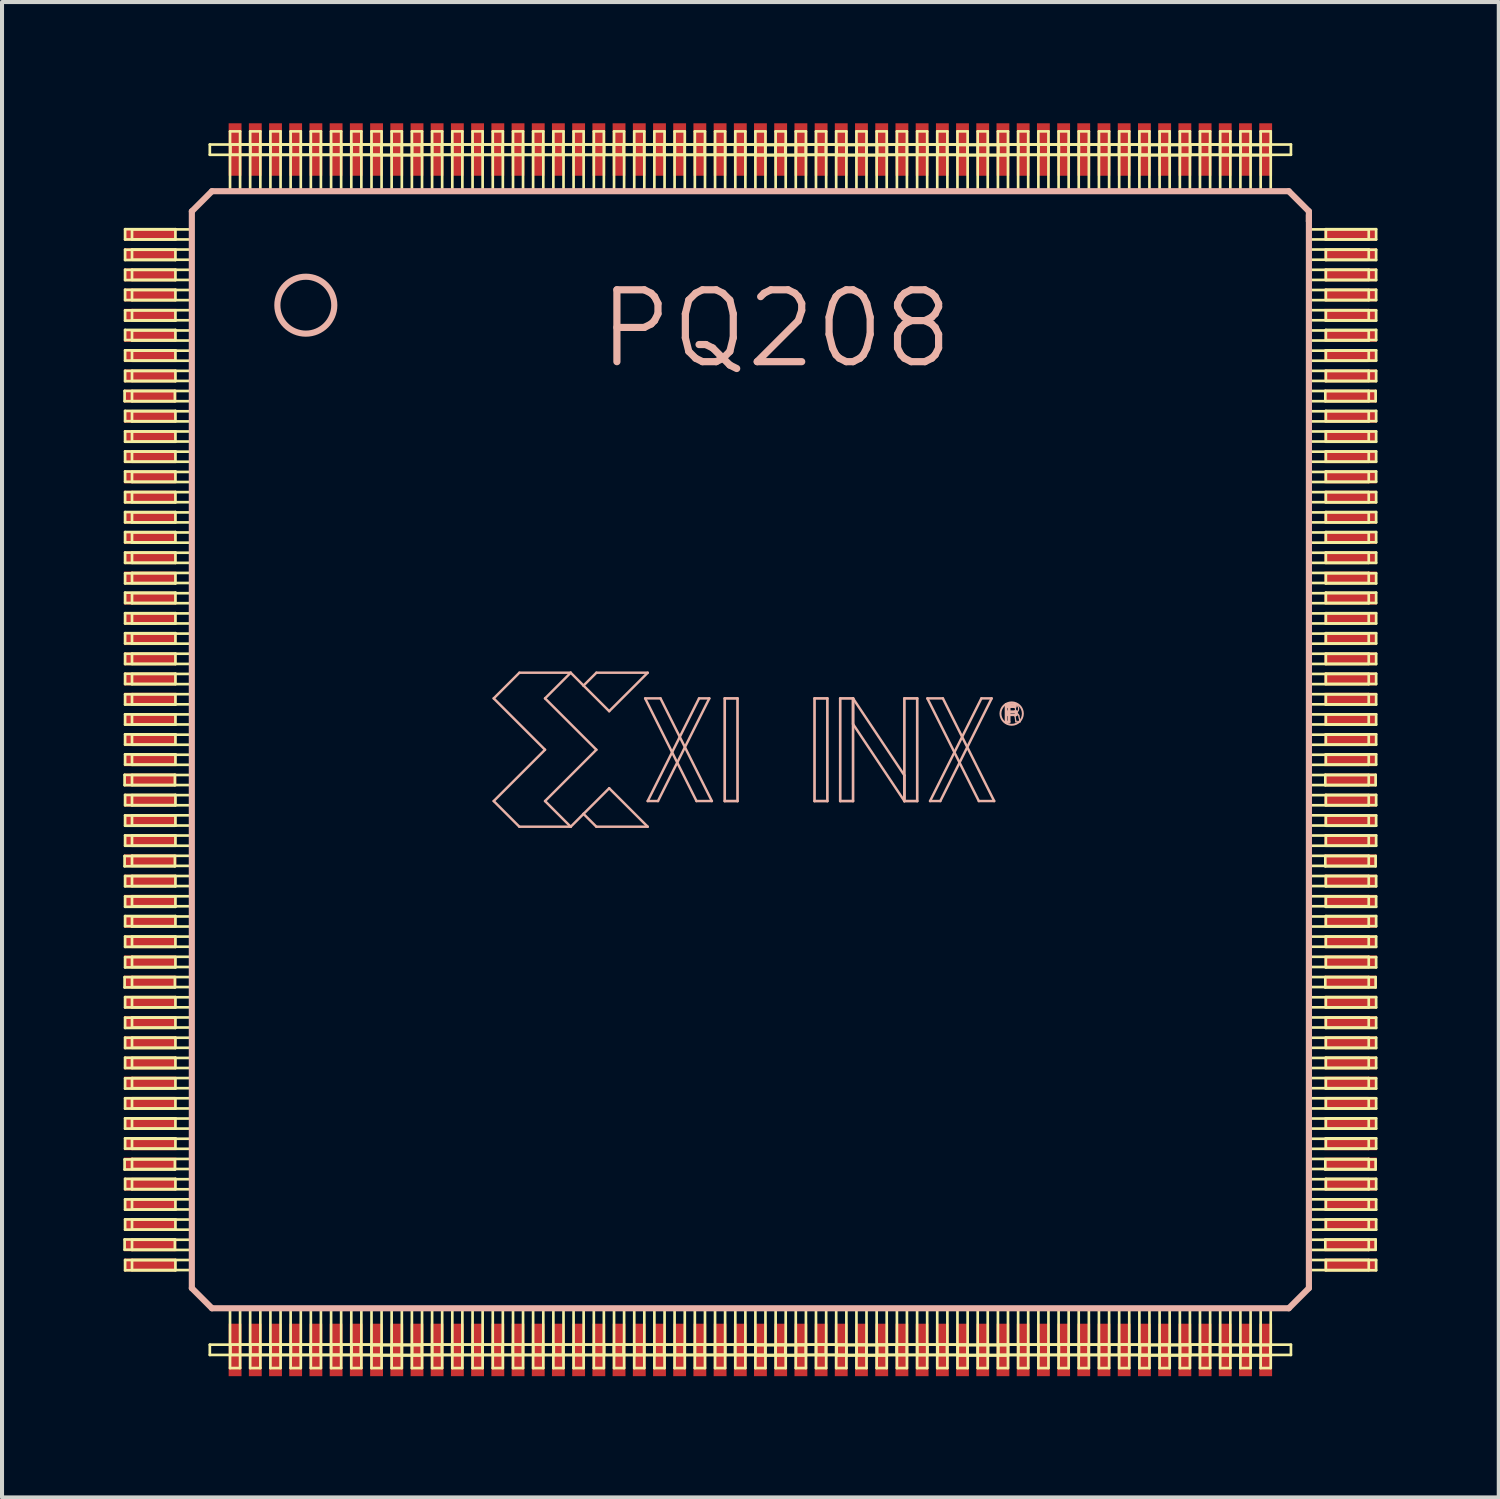
<source format=kicad_pcb>
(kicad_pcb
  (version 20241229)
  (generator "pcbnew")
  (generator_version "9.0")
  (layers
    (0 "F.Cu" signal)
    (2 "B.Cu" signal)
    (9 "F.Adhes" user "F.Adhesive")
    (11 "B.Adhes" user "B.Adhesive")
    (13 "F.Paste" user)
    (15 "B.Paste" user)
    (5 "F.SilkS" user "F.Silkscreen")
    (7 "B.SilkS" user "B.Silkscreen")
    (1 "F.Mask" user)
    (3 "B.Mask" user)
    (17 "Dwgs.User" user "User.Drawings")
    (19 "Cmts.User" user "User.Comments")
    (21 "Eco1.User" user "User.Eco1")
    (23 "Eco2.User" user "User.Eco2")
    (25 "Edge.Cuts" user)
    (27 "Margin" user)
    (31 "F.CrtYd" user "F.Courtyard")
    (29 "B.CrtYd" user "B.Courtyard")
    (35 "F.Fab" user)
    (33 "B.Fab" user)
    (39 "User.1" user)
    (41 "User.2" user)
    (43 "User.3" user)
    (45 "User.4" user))
  (footprint "PQ208"
    (layer "F.Cu")
    (at 15.514 15.498)
    (property "Reference" "PQ208" (at 0.635 -10.414 0) (layer "B.SilkS") (effects (font (size 1.778 1.778) (thickness 0.178))))
    (attr smd)
    (fp_line (start -15.481 -8.877) (end -14.237 -8.877) (stroke (width 0.066) (type solid)) (layer "F.SilkS"))
    (fp_line (start -15.481 -8.623) (end -15.481 -8.877) (stroke (width 0.066) (type solid)) (layer "F.SilkS"))
    (fp_line (start -15.481 -8.623) (end -14.237 -8.623) (stroke (width 0.066) (type solid)) (layer "F.SilkS"))
    (fp_line (start -15.481 0.622) (end -14.237 0.622) (stroke (width 0.066) (type solid)) (layer "F.SilkS"))
    (fp_line (start -15.481 0.876) (end -15.481 0.622) (stroke (width 0.066) (type solid)) (layer "F.SilkS"))
    (fp_line (start -15.481 0.876) (end -14.237 0.876) (stroke (width 0.066) (type solid)) (layer "F.SilkS"))
    (fp_line (start -15.481 2.629) (end -14.237 2.629) (stroke (width 0.066) (type solid)) (layer "F.SilkS"))
    (fp_line (start -15.481 2.883) (end -15.481 2.629) (stroke (width 0.066) (type solid)) (layer "F.SilkS"))
    (fp_line (start -15.481 2.883) (end -14.237 2.883) (stroke (width 0.066) (type solid)) (layer "F.SilkS"))
    (fp_line (start -15.481 5.626) (end -14.237 5.626) (stroke (width 0.066) (type solid)) (layer "F.SilkS"))
    (fp_line (start -15.481 5.88) (end -15.481 5.626) (stroke (width 0.066) (type solid)) (layer "F.SilkS"))
    (fp_line (start -15.481 5.88) (end -14.237 5.88) (stroke (width 0.066) (type solid)) (layer "F.SilkS"))
    (fp_line (start -15.481 10.135) (end -14.237 10.135) (stroke (width 0.066) (type solid)) (layer "F.SilkS"))
    (fp_line (start -15.481 10.386) (end -15.481 10.135) (stroke (width 0.066) (type solid)) (layer "F.SilkS"))
    (fp_line (start -15.481 10.386) (end -14.237 10.386) (stroke (width 0.066) (type solid)) (layer "F.SilkS"))
    (fp_line (start -15.481 12.116) (end -14.237 12.116) (stroke (width 0.066) (type solid)) (layer "F.SilkS"))
    (fp_line (start -15.481 12.37) (end -15.481 12.116) (stroke (width 0.066) (type solid)) (layer "F.SilkS"))
    (fp_line (start -15.481 12.37) (end -14.237 12.37) (stroke (width 0.066) (type solid)) (layer "F.SilkS"))
    (fp_line (start -15.469 -12.878) (end -14.224 -12.878) (stroke (width 0.066) (type solid)) (layer "F.SilkS"))
    (fp_line (start -15.469 -12.624) (end -15.469 -12.878) (stroke (width 0.066) (type solid)) (layer "F.SilkS"))
    (fp_line (start -15.469 -12.624) (end -14.224 -12.624) (stroke (width 0.066) (type solid)) (layer "F.SilkS"))
    (fp_line (start -15.469 -12.37) (end -14.224 -12.37) (stroke (width 0.066) (type solid)) (layer "F.SilkS"))
    (fp_line (start -15.469 -12.116) (end -15.469 -12.37) (stroke (width 0.066) (type solid)) (layer "F.SilkS"))
    (fp_line (start -15.469 -12.116) (end -14.224 -12.116) (stroke (width 0.066) (type solid)) (layer "F.SilkS"))
    (fp_line (start -15.469 -11.874) (end -14.224 -11.874) (stroke (width 0.066) (type solid)) (layer "F.SilkS"))
    (fp_line (start -15.469 -11.62) (end -15.469 -11.874) (stroke (width 0.066) (type solid)) (layer "F.SilkS"))
    (fp_line (start -15.469 -11.62) (end -14.224 -11.62) (stroke (width 0.066) (type solid)) (layer "F.SilkS"))
    (fp_line (start -15.469 -11.379) (end -14.224 -11.379) (stroke (width 0.066) (type solid)) (layer "F.SilkS"))
    (fp_line (start -15.469 -11.125) (end -15.469 -11.379) (stroke (width 0.066) (type solid)) (layer "F.SilkS"))
    (fp_line (start -15.469 -11.125) (end -14.224 -11.125) (stroke (width 0.066) (type solid)) (layer "F.SilkS"))
    (fp_line (start -15.469 -10.871) (end -14.224 -10.871) (stroke (width 0.066) (type solid)) (layer "F.SilkS"))
    (fp_line (start -15.469 -10.617) (end -15.469 -10.871) (stroke (width 0.066) (type solid)) (layer "F.SilkS"))
    (fp_line (start -15.469 -10.617) (end -14.224 -10.617) (stroke (width 0.066) (type solid)) (layer "F.SilkS"))
    (fp_line (start -15.469 -10.386) (end -14.224 -10.386) (stroke (width 0.066) (type solid)) (layer "F.SilkS"))
    (fp_line (start -15.469 -10.135) (end -15.469 -10.386) (stroke (width 0.066) (type solid)) (layer "F.SilkS"))
    (fp_line (start -15.469 -10.135) (end -14.224 -10.135) (stroke (width 0.066) (type solid)) (layer "F.SilkS"))
    (fp_line (start -15.469 -9.881) (end -14.224 -9.881) (stroke (width 0.066) (type solid)) (layer "F.SilkS"))
    (fp_line (start -15.469 -9.627) (end -15.469 -9.881) (stroke (width 0.066) (type solid)) (layer "F.SilkS"))
    (fp_line (start -15.469 -9.627) (end -14.224 -9.627) (stroke (width 0.066) (type solid)) (layer "F.SilkS"))
    (fp_line (start -15.469 -9.373) (end -14.224 -9.373) (stroke (width 0.066) (type solid)) (layer "F.SilkS"))
    (fp_line (start -15.469 -9.119) (end -15.469 -9.373) (stroke (width 0.066) (type solid)) (layer "F.SilkS"))
    (fp_line (start -15.469 -9.119) (end -14.224 -9.119) (stroke (width 0.066) (type solid)) (layer "F.SilkS"))
    (fp_line (start -15.469 -8.382) (end -14.224 -8.382) (stroke (width 0.066) (type solid)) (layer "F.SilkS"))
    (fp_line (start -15.469 -8.128) (end -15.469 -8.382) (stroke (width 0.066) (type solid)) (layer "F.SilkS"))
    (fp_line (start -15.469 -8.128) (end -14.224 -8.128) (stroke (width 0.066) (type solid)) (layer "F.SilkS"))
    (fp_line (start -15.469 -7.874) (end -14.224 -7.874) (stroke (width 0.066) (type solid)) (layer "F.SilkS"))
    (fp_line (start -15.469 -7.62) (end -15.469 -7.874) (stroke (width 0.066) (type solid)) (layer "F.SilkS"))
    (fp_line (start -15.469 -7.62) (end -14.224 -7.62) (stroke (width 0.066) (type solid)) (layer "F.SilkS"))
    (fp_line (start -15.469 -7.379) (end -14.224 -7.379) (stroke (width 0.066) (type solid)) (layer "F.SilkS"))
    (fp_line (start -15.469 -7.125) (end -15.469 -7.379) (stroke (width 0.066) (type solid)) (layer "F.SilkS"))
    (fp_line (start -15.469 -7.125) (end -14.224 -7.125) (stroke (width 0.066) (type solid)) (layer "F.SilkS"))
    (fp_line (start -15.469 -6.883) (end -14.224 -6.883) (stroke (width 0.066) (type solid)) (layer "F.SilkS"))
    (fp_line (start -15.469 -6.629) (end -15.469 -6.883) (stroke (width 0.066) (type solid)) (layer "F.SilkS"))
    (fp_line (start -15.469 -6.629) (end -14.224 -6.629) (stroke (width 0.066) (type solid)) (layer "F.SilkS"))
    (fp_line (start -15.469 -6.375) (end -14.224 -6.375) (stroke (width 0.066) (type solid)) (layer "F.SilkS"))
    (fp_line (start -15.469 -6.121) (end -15.469 -6.375) (stroke (width 0.066) (type solid)) (layer "F.SilkS"))
    (fp_line (start -15.469 -6.121) (end -14.224 -6.121) (stroke (width 0.066) (type solid)) (layer "F.SilkS"))
    (fp_line (start -15.469 -5.88) (end -14.224 -5.88) (stroke (width 0.066) (type solid)) (layer "F.SilkS"))
    (fp_line (start -15.469 -5.626) (end -15.469 -5.88) (stroke (width 0.066) (type solid)) (layer "F.SilkS"))
    (fp_line (start -15.469 -5.626) (end -14.224 -5.626) (stroke (width 0.066) (type solid)) (layer "F.SilkS"))
    (fp_line (start -15.469 -5.385) (end -14.224 -5.385) (stroke (width 0.066) (type solid)) (layer "F.SilkS"))
    (fp_line (start -15.469 -5.131) (end -15.469 -5.385) (stroke (width 0.066) (type solid)) (layer "F.SilkS"))
    (fp_line (start -15.469 -5.131) (end -14.224 -5.131) (stroke (width 0.066) (type solid)) (layer "F.SilkS"))
    (fp_line (start -15.469 -4.877) (end -14.224 -4.877) (stroke (width 0.066) (type solid)) (layer "F.SilkS"))
    (fp_line (start -15.469 -4.623) (end -15.469 -4.877) (stroke (width 0.066) (type solid)) (layer "F.SilkS"))
    (fp_line (start -15.469 -4.623) (end -14.224 -4.623) (stroke (width 0.066) (type solid)) (layer "F.SilkS"))
    (fp_line (start -15.469 -4.366) (end -14.224 -4.366) (stroke (width 0.066) (type solid)) (layer "F.SilkS"))
    (fp_line (start -15.469 -4.115) (end -15.469 -4.366) (stroke (width 0.066) (type solid)) (layer "F.SilkS"))
    (fp_line (start -15.469 -4.115) (end -14.224 -4.115) (stroke (width 0.066) (type solid)) (layer "F.SilkS"))
    (fp_line (start -15.469 -3.886) (end -14.224 -3.886) (stroke (width 0.066) (type solid)) (layer "F.SilkS"))
    (fp_line (start -15.469 -3.63) (end -15.469 -3.886) (stroke (width 0.066) (type solid)) (layer "F.SilkS"))
    (fp_line (start -15.469 -3.63) (end -14.224 -3.63) (stroke (width 0.066) (type solid)) (layer "F.SilkS"))
    (fp_line (start -15.469 -3.378) (end -14.224 -3.378) (stroke (width 0.066) (type solid)) (layer "F.SilkS"))
    (fp_line (start -15.469 -3.124) (end -15.469 -3.378) (stroke (width 0.066) (type solid)) (layer "F.SilkS"))
    (fp_line (start -15.469 -3.124) (end -14.224 -3.124) (stroke (width 0.066) (type solid)) (layer "F.SilkS"))
    (fp_line (start -15.469 -2.883) (end -14.224 -2.883) (stroke (width 0.066) (type solid)) (layer "F.SilkS"))
    (fp_line (start -15.469 -2.629) (end -15.469 -2.883) (stroke (width 0.066) (type solid)) (layer "F.SilkS"))
    (fp_line (start -15.469 -2.629) (end -14.224 -2.629) (stroke (width 0.066) (type solid)) (layer "F.SilkS"))
    (fp_line (start -15.469 -2.375) (end -14.224 -2.375) (stroke (width 0.066) (type solid)) (layer "F.SilkS"))
    (fp_line (start -15.469 -2.121) (end -15.469 -2.375) (stroke (width 0.066) (type solid)) (layer "F.SilkS"))
    (fp_line (start -15.469 -2.121) (end -14.224 -2.121) (stroke (width 0.066) (type solid)) (layer "F.SilkS"))
    (fp_line (start -15.469 -1.88) (end -14.224 -1.88) (stroke (width 0.066) (type solid)) (layer "F.SilkS"))
    (fp_line (start -15.469 -1.626) (end -15.469 -1.88) (stroke (width 0.066) (type solid)) (layer "F.SilkS"))
    (fp_line (start -15.469 -1.626) (end -14.224 -1.626) (stroke (width 0.066) (type solid)) (layer "F.SilkS"))
    (fp_line (start -15.469 -1.372) (end -14.224 -1.372) (stroke (width 0.066) (type solid)) (layer "F.SilkS"))
    (fp_line (start -15.469 -1.118) (end -15.469 -1.372) (stroke (width 0.066) (type solid)) (layer "F.SilkS"))
    (fp_line (start -15.469 -1.118) (end -14.224 -1.118) (stroke (width 0.066) (type solid)) (layer "F.SilkS"))
    (fp_line (start -15.469 -0.876) (end -14.224 -0.876) (stroke (width 0.066) (type solid)) (layer "F.SilkS"))
    (fp_line (start -15.469 -0.622) (end -15.469 -0.876) (stroke (width 0.066) (type solid)) (layer "F.SilkS"))
    (fp_line (start -15.469 -0.622) (end -14.224 -0.622) (stroke (width 0.066) (type solid)) (layer "F.SilkS"))
    (fp_line (start -15.469 -0.381) (end -14.224 -0.381) (stroke (width 0.066) (type solid)) (layer "F.SilkS"))
    (fp_line (start -15.469 -0.127) (end -15.469 -0.381) (stroke (width 0.066) (type solid)) (layer "F.SilkS"))
    (fp_line (start -15.469 -0.127) (end -14.224 -0.127) (stroke (width 0.066) (type solid)) (layer "F.SilkS"))
    (fp_line (start -15.469 0.114) (end -14.224 0.114) (stroke (width 0.066) (type solid)) (layer "F.SilkS"))
    (fp_line (start -15.469 0.368) (end -15.469 0.114) (stroke (width 0.066) (type solid)) (layer "F.SilkS"))
    (fp_line (start -15.469 0.368) (end -14.224 0.368) (stroke (width 0.066) (type solid)) (layer "F.SilkS"))
    (fp_line (start -15.469 1.118) (end -14.224 1.118) (stroke (width 0.066) (type solid)) (layer "F.SilkS"))
    (fp_line (start -15.469 1.372) (end -15.469 1.118) (stroke (width 0.066) (type solid)) (layer "F.SilkS"))
    (fp_line (start -15.469 1.372) (end -14.224 1.372) (stroke (width 0.066) (type solid)) (layer "F.SilkS"))
    (fp_line (start -15.469 1.626) (end -14.224 1.626) (stroke (width 0.066) (type solid)) (layer "F.SilkS"))
    (fp_line (start -15.469 1.88) (end -15.469 1.626) (stroke (width 0.066) (type solid)) (layer "F.SilkS"))
    (fp_line (start -15.469 1.88) (end -14.224 1.88) (stroke (width 0.066) (type solid)) (layer "F.SilkS"))
    (fp_line (start -15.469 2.121) (end -14.224 2.121) (stroke (width 0.066) (type solid)) (layer "F.SilkS"))
    (fp_line (start -15.469 2.375) (end -15.469 2.121) (stroke (width 0.066) (type solid)) (layer "F.SilkS"))
    (fp_line (start -15.469 2.375) (end -14.224 2.375) (stroke (width 0.066) (type solid)) (layer "F.SilkS"))
    (fp_line (start -15.469 3.124) (end -14.224 3.124) (stroke (width 0.066) (type solid)) (layer "F.SilkS"))
    (fp_line (start -15.469 3.378) (end -15.469 3.124) (stroke (width 0.066) (type solid)) (layer "F.SilkS"))
    (fp_line (start -15.469 3.378) (end -14.224 3.378) (stroke (width 0.066) (type solid)) (layer "F.SilkS"))
    (fp_line (start -15.469 3.63) (end -14.224 3.63) (stroke (width 0.066) (type solid)) (layer "F.SilkS"))
    (fp_line (start -15.469 3.886) (end -15.469 3.63) (stroke (width 0.066) (type solid)) (layer "F.SilkS"))
    (fp_line (start -15.469 3.886) (end -14.224 3.886) (stroke (width 0.066) (type solid)) (layer "F.SilkS"))
    (fp_line (start -15.469 4.115) (end -14.224 4.115) (stroke (width 0.066) (type solid)) (layer "F.SilkS"))
    (fp_line (start -15.469 4.366) (end -15.469 4.115) (stroke (width 0.066) (type solid)) (layer "F.SilkS"))
    (fp_line (start -15.469 4.366) (end -14.224 4.366) (stroke (width 0.066) (type solid)) (layer "F.SilkS"))
    (fp_line (start -15.469 4.623) (end -14.224 4.623) (stroke (width 0.066) (type solid)) (layer "F.SilkS"))
    (fp_line (start -15.469 4.877) (end -15.469 4.623) (stroke (width 0.066) (type solid)) (layer "F.SilkS"))
    (fp_line (start -15.469 4.877) (end -14.224 4.877) (stroke (width 0.066) (type solid)) (layer "F.SilkS"))
    (fp_line (start -15.469 5.131) (end -14.224 5.131) (stroke (width 0.066) (type solid)) (layer "F.SilkS"))
    (fp_line (start -15.469 5.385) (end -15.469 5.131) (stroke (width 0.066) (type solid)) (layer "F.SilkS"))
    (fp_line (start -15.469 5.385) (end -14.224 5.385) (stroke (width 0.066) (type solid)) (layer "F.SilkS"))
    (fp_line (start -15.469 6.121) (end -14.224 6.121) (stroke (width 0.066) (type solid)) (layer "F.SilkS"))
    (fp_line (start -15.469 6.375) (end -15.469 6.121) (stroke (width 0.066) (type solid)) (layer "F.SilkS"))
    (fp_line (start -15.469 6.375) (end -14.224 6.375) (stroke (width 0.066) (type solid)) (layer "F.SilkS"))
    (fp_line (start -15.469 6.629) (end -14.224 6.629) (stroke (width 0.066) (type solid)) (layer "F.SilkS"))
    (fp_line (start -15.469 6.883) (end -15.469 6.629) (stroke (width 0.066) (type solid)) (layer "F.SilkS"))
    (fp_line (start -15.469 6.883) (end -14.224 6.883) (stroke (width 0.066) (type solid)) (layer "F.SilkS"))
    (fp_line (start -15.469 7.125) (end -14.224 7.125) (stroke (width 0.066) (type solid)) (layer "F.SilkS"))
    (fp_line (start -15.469 7.379) (end -15.469 7.125) (stroke (width 0.066) (type solid)) (layer "F.SilkS"))
    (fp_line (start -15.469 7.379) (end -14.224 7.379) (stroke (width 0.066) (type solid)) (layer "F.SilkS"))
    (fp_line (start -15.469 7.62) (end -14.224 7.62) (stroke (width 0.066) (type solid)) (layer "F.SilkS"))
    (fp_line (start -15.469 7.874) (end -15.469 7.62) (stroke (width 0.066) (type solid)) (layer "F.SilkS"))
    (fp_line (start -15.469 7.874) (end -14.224 7.874) (stroke (width 0.066) (type solid)) (layer "F.SilkS"))
    (fp_line (start -15.469 8.128) (end -14.224 8.128) (stroke (width 0.066) (type solid)) (layer "F.SilkS"))
    (fp_line (start -15.469 8.382) (end -15.469 8.128) (stroke (width 0.066) (type solid)) (layer "F.SilkS"))
    (fp_line (start -15.469 8.382) (end -14.224 8.382) (stroke (width 0.066) (type solid)) (layer "F.SilkS"))
    (fp_line (start -15.469 8.623) (end -14.224 8.623) (stroke (width 0.066) (type solid)) (layer "F.SilkS"))
    (fp_line (start -15.469 8.877) (end -15.469 8.623) (stroke (width 0.066) (type solid)) (layer "F.SilkS"))
    (fp_line (start -15.469 8.877) (end -14.224 8.877) (stroke (width 0.066) (type solid)) (layer "F.SilkS"))
    (fp_line (start -15.469 9.119) (end -14.224 9.119) (stroke (width 0.066) (type solid)) (layer "F.SilkS"))
    (fp_line (start -15.469 9.373) (end -15.469 9.119) (stroke (width 0.066) (type solid)) (layer "F.SilkS"))
    (fp_line (start -15.469 9.373) (end -14.224 9.373) (stroke (width 0.066) (type solid)) (layer "F.SilkS"))
    (fp_line (start -15.469 9.614) (end -14.224 9.614) (stroke (width 0.066) (type solid)) (layer "F.SilkS"))
    (fp_line (start -15.469 9.868) (end -15.469 9.614) (stroke (width 0.066) (type solid)) (layer "F.SilkS"))
    (fp_line (start -15.469 9.868) (end -14.224 9.868) (stroke (width 0.066) (type solid)) (layer "F.SilkS"))
    (fp_line (start -15.469 10.617) (end -14.224 10.617) (stroke (width 0.066) (type solid)) (layer "F.SilkS"))
    (fp_line (start -15.469 10.871) (end -15.469 10.617) (stroke (width 0.066) (type solid)) (layer "F.SilkS"))
    (fp_line (start -15.469 10.871) (end -14.224 10.871) (stroke (width 0.066) (type solid)) (layer "F.SilkS"))
    (fp_line (start -15.469 11.125) (end -14.224 11.125) (stroke (width 0.066) (type solid)) (layer "F.SilkS"))
    (fp_line (start -15.469 11.379) (end -15.469 11.125) (stroke (width 0.066) (type solid)) (layer "F.SilkS"))
    (fp_line (start -15.469 11.379) (end -14.224 11.379) (stroke (width 0.066) (type solid)) (layer "F.SilkS"))
    (fp_line (start -15.469 11.62) (end -14.224 11.62) (stroke (width 0.066) (type solid)) (layer "F.SilkS"))
    (fp_line (start -15.469 11.874) (end -15.469 11.62) (stroke (width 0.066) (type solid)) (layer "F.SilkS"))
    (fp_line (start -15.469 11.874) (end -14.224 11.874) (stroke (width 0.066) (type solid)) (layer "F.SilkS"))
    (fp_line (start -15.469 12.624) (end -14.224 12.624) (stroke (width 0.066) (type solid)) (layer "F.SilkS"))
    (fp_line (start -15.469 12.878) (end -15.469 12.624) (stroke (width 0.066) (type solid)) (layer "F.SilkS"))
    (fp_line (start -15.469 12.878) (end -14.224 12.878) (stroke (width 0.066) (type solid)) (layer "F.SilkS"))
    (fp_line (start -15.298 -12.873) (end -13.818 -12.873) (stroke (width 0.066) (type solid)) (layer "F.SilkS"))
    (fp_line (start -15.298 -12.624) (end -15.298 -12.873) (stroke (width 0.066) (type solid)) (layer "F.SilkS"))
    (fp_line (start -15.298 -12.624) (end -13.818 -12.624) (stroke (width 0.066) (type solid)) (layer "F.SilkS"))
    (fp_line (start -15.298 -12.375) (end -13.818 -12.375) (stroke (width 0.066) (type solid)) (layer "F.SilkS"))
    (fp_line (start -15.298 -12.123) (end -15.298 -12.375) (stroke (width 0.066) (type solid)) (layer "F.SilkS"))
    (fp_line (start -15.298 -12.123) (end -13.818 -12.123) (stroke (width 0.066) (type solid)) (layer "F.SilkS"))
    (fp_line (start -15.298 -11.874) (end -13.818 -11.874) (stroke (width 0.066) (type solid)) (layer "F.SilkS"))
    (fp_line (start -15.298 -11.623) (end -15.298 -11.874) (stroke (width 0.066) (type solid)) (layer "F.SilkS"))
    (fp_line (start -15.298 -11.623) (end -13.818 -11.623) (stroke (width 0.066) (type solid)) (layer "F.SilkS"))
    (fp_line (start -15.298 -11.374) (end -13.818 -11.374) (stroke (width 0.066) (type solid)) (layer "F.SilkS"))
    (fp_line (start -15.298 -11.123) (end -15.298 -11.374) (stroke (width 0.066) (type solid)) (layer "F.SilkS"))
    (fp_line (start -15.298 -11.123) (end -13.818 -11.123) (stroke (width 0.066) (type solid)) (layer "F.SilkS"))
    (fp_line (start -15.298 -10.874) (end -13.818 -10.874) (stroke (width 0.066) (type solid)) (layer "F.SilkS"))
    (fp_line (start -15.298 -10.625) (end -15.298 -10.874) (stroke (width 0.066) (type solid)) (layer "F.SilkS"))
    (fp_line (start -15.298 -10.625) (end -13.818 -10.625) (stroke (width 0.066) (type solid)) (layer "F.SilkS"))
    (fp_line (start -15.298 -10.373) (end -13.818 -10.373) (stroke (width 0.066) (type solid)) (layer "F.SilkS"))
    (fp_line (start -15.298 -10.124) (end -15.298 -10.373) (stroke (width 0.066) (type solid)) (layer "F.SilkS"))
    (fp_line (start -15.298 -10.124) (end -13.818 -10.124) (stroke (width 0.066) (type solid)) (layer "F.SilkS"))
    (fp_line (start -15.298 -9.873) (end -13.818 -9.873) (stroke (width 0.066) (type solid)) (layer "F.SilkS"))
    (fp_line (start -15.298 -9.624) (end -15.298 -9.873) (stroke (width 0.066) (type solid)) (layer "F.SilkS"))
    (fp_line (start -15.298 -9.624) (end -13.818 -9.624) (stroke (width 0.066) (type solid)) (layer "F.SilkS"))
    (fp_line (start -15.298 -9.373) (end -13.818 -9.373) (stroke (width 0.066) (type solid)) (layer "F.SilkS"))
    (fp_line (start -15.298 -9.124) (end -15.298 -9.373) (stroke (width 0.066) (type solid)) (layer "F.SilkS"))
    (fp_line (start -15.298 -9.124) (end -13.818 -9.124) (stroke (width 0.066) (type solid)) (layer "F.SilkS"))
    (fp_line (start -15.298 -8.875) (end -13.818 -8.875) (stroke (width 0.066) (type solid)) (layer "F.SilkS"))
    (fp_line (start -15.298 -8.623) (end -15.298 -8.875) (stroke (width 0.066) (type solid)) (layer "F.SilkS"))
    (fp_line (start -15.298 -8.623) (end -13.818 -8.623) (stroke (width 0.066) (type solid)) (layer "F.SilkS"))
    (fp_line (start -15.298 -8.374) (end -13.818 -8.374) (stroke (width 0.066) (type solid)) (layer "F.SilkS"))
    (fp_line (start -15.298 -8.123) (end -15.298 -8.374) (stroke (width 0.066) (type solid)) (layer "F.SilkS"))
    (fp_line (start -15.298 -8.123) (end -13.818 -8.123) (stroke (width 0.066) (type solid)) (layer "F.SilkS"))
    (fp_line (start -15.298 -7.874) (end -13.818 -7.874) (stroke (width 0.066) (type solid)) (layer "F.SilkS"))
    (fp_line (start -15.298 -7.625) (end -15.298 -7.874) (stroke (width 0.066) (type solid)) (layer "F.SilkS"))
    (fp_line (start -15.298 -7.625) (end -13.818 -7.625) (stroke (width 0.066) (type solid)) (layer "F.SilkS"))
    (fp_line (start -15.298 -7.374) (end -13.818 -7.374) (stroke (width 0.066) (type solid)) (layer "F.SilkS"))
    (fp_line (start -15.298 -7.125) (end -15.298 -7.374) (stroke (width 0.066) (type solid)) (layer "F.SilkS"))
    (fp_line (start -15.298 -7.125) (end -13.818 -7.125) (stroke (width 0.066) (type solid)) (layer "F.SilkS"))
    (fp_line (start -15.298 -6.873) (end -13.818 -6.873) (stroke (width 0.066) (type solid)) (layer "F.SilkS"))
    (fp_line (start -15.298 -6.624) (end -15.298 -6.873) (stroke (width 0.066) (type solid)) (layer "F.SilkS"))
    (fp_line (start -15.298 -6.624) (end -13.818 -6.624) (stroke (width 0.066) (type solid)) (layer "F.SilkS"))
    (fp_line (start -15.298 -6.373) (end -13.818 -6.373) (stroke (width 0.066) (type solid)) (layer "F.SilkS"))
    (fp_line (start -15.298 -6.124) (end -15.298 -6.373) (stroke (width 0.066) (type solid)) (layer "F.SilkS"))
    (fp_line (start -15.298 -6.124) (end -13.818 -6.124) (stroke (width 0.066) (type solid)) (layer "F.SilkS"))
    (fp_line (start -15.298 -5.872) (end -13.818 -5.872) (stroke (width 0.066) (type solid)) (layer "F.SilkS"))
    (fp_line (start -15.298 -5.624) (end -15.298 -5.872) (stroke (width 0.066) (type solid)) (layer "F.SilkS"))
    (fp_line (start -15.298 -5.624) (end -13.818 -5.624) (stroke (width 0.066) (type solid)) (layer "F.SilkS"))
    (fp_line (start -15.298 -5.375) (end -13.818 -5.375) (stroke (width 0.066) (type solid)) (layer "F.SilkS"))
    (fp_line (start -15.298 -5.123) (end -15.298 -5.375) (stroke (width 0.066) (type solid)) (layer "F.SilkS"))
    (fp_line (start -15.298 -5.123) (end -13.818 -5.123) (stroke (width 0.066) (type solid)) (layer "F.SilkS"))
    (fp_line (start -15.298 -4.874) (end -13.818 -4.874) (stroke (width 0.066) (type solid)) (layer "F.SilkS"))
    (fp_line (start -15.298 -4.623) (end -15.298 -4.874) (stroke (width 0.066) (type solid)) (layer "F.SilkS"))
    (fp_line (start -15.298 -4.623) (end -13.818 -4.623) (stroke (width 0.066) (type solid)) (layer "F.SilkS"))
    (fp_line (start -15.298 -4.374) (end -13.818 -4.374) (stroke (width 0.066) (type solid)) (layer "F.SilkS"))
    (fp_line (start -15.298 -4.125) (end -15.298 -4.374) (stroke (width 0.066) (type solid)) (layer "F.SilkS"))
    (fp_line (start -15.298 -4.125) (end -13.818 -4.125) (stroke (width 0.066) (type solid)) (layer "F.SilkS"))
    (fp_line (start -15.298 -3.873) (end -13.818 -3.873) (stroke (width 0.066) (type solid)) (layer "F.SilkS"))
    (fp_line (start -15.298 -3.625) (end -15.298 -3.873) (stroke (width 0.066) (type solid)) (layer "F.SilkS"))
    (fp_line (start -15.298 -3.625) (end -13.818 -3.625) (stroke (width 0.066) (type solid)) (layer "F.SilkS"))
    (fp_line (start -15.298 -3.373) (end -13.818 -3.373) (stroke (width 0.066) (type solid)) (layer "F.SilkS"))
    (fp_line (start -15.298 -3.124) (end -15.298 -3.373) (stroke (width 0.066) (type solid)) (layer "F.SilkS"))
    (fp_line (start -15.298 -3.124) (end -13.818 -3.124) (stroke (width 0.066) (type solid)) (layer "F.SilkS"))
    (fp_line (start -15.298 -2.873) (end -13.818 -2.873) (stroke (width 0.066) (type solid)) (layer "F.SilkS"))
    (fp_line (start -15.298 -2.624) (end -15.298 -2.873) (stroke (width 0.066) (type solid)) (layer "F.SilkS"))
    (fp_line (start -15.298 -2.624) (end -13.818 -2.624) (stroke (width 0.066) (type solid)) (layer "F.SilkS"))
    (fp_line (start -15.298 -2.375) (end -13.818 -2.375) (stroke (width 0.066) (type solid)) (layer "F.SilkS"))
    (fp_line (start -15.298 -2.123) (end -15.298 -2.375) (stroke (width 0.066) (type solid)) (layer "F.SilkS"))
    (fp_line (start -15.298 -2.123) (end -13.818 -2.123) (stroke (width 0.066) (type solid)) (layer "F.SilkS"))
    (fp_line (start -15.298 -1.875) (end -13.818 -1.875) (stroke (width 0.066) (type solid)) (layer "F.SilkS"))
    (fp_line (start -15.298 -1.623) (end -15.298 -1.875) (stroke (width 0.066) (type solid)) (layer "F.SilkS"))
    (fp_line (start -15.298 -1.623) (end -13.818 -1.623) (stroke (width 0.066) (type solid)) (layer "F.SilkS"))
    (fp_line (start -15.298 -1.374) (end -13.818 -1.374) (stroke (width 0.066) (type solid)) (layer "F.SilkS"))
    (fp_line (start -15.298 -1.123) (end -15.298 -1.374) (stroke (width 0.066) (type solid)) (layer "F.SilkS"))
    (fp_line (start -15.298 -1.123) (end -13.818 -1.123) (stroke (width 0.066) (type solid)) (layer "F.SilkS"))
    (fp_line (start -15.298 -0.874) (end -13.818 -0.874) (stroke (width 0.066) (type solid)) (layer "F.SilkS"))
    (fp_line (start -15.298 -0.625) (end -15.298 -0.874) (stroke (width 0.066) (type solid)) (layer "F.SilkS"))
    (fp_line (start -15.298 -0.625) (end -13.818 -0.625) (stroke (width 0.066) (type solid)) (layer "F.SilkS"))
    (fp_line (start -15.298 -0.373) (end -13.818 -0.373) (stroke (width 0.066) (type solid)) (layer "F.SilkS"))
    (fp_line (start -15.298 -0.124) (end -15.298 -0.373) (stroke (width 0.066) (type solid)) (layer "F.SilkS"))
    (fp_line (start -15.298 -0.124) (end -13.818 -0.124) (stroke (width 0.066) (type solid)) (layer "F.SilkS"))
    (fp_line (start -15.298 0.124) (end -13.818 0.124) (stroke (width 0.066) (type solid)) (layer "F.SilkS"))
    (fp_line (start -15.298 0.373) (end -15.298 0.124) (stroke (width 0.066) (type solid)) (layer "F.SilkS"))
    (fp_line (start -15.298 0.373) (end -13.818 0.373) (stroke (width 0.066) (type solid)) (layer "F.SilkS"))
    (fp_line (start -15.298 0.625) (end -13.818 0.625) (stroke (width 0.066) (type solid)) (layer "F.SilkS"))
    (fp_line (start -15.298 0.874) (end -15.298 0.625) (stroke (width 0.066) (type solid)) (layer "F.SilkS"))
    (fp_line (start -15.298 0.874) (end -13.818 0.874) (stroke (width 0.066) (type solid)) (layer "F.SilkS"))
    (fp_line (start -15.298 1.123) (end -13.818 1.123) (stroke (width 0.066) (type solid)) (layer "F.SilkS"))
    (fp_line (start -15.298 1.374) (end -15.298 1.123) (stroke (width 0.066) (type solid)) (layer "F.SilkS"))
    (fp_line (start -15.298 1.374) (end -13.818 1.374) (stroke (width 0.066) (type solid)) (layer "F.SilkS"))
    (fp_line (start -15.298 1.623) (end -13.818 1.623) (stroke (width 0.066) (type solid)) (layer "F.SilkS"))
    (fp_line (start -15.298 1.875) (end -15.298 1.623) (stroke (width 0.066) (type solid)) (layer "F.SilkS"))
    (fp_line (start -15.298 1.875) (end -13.818 1.875) (stroke (width 0.066) (type solid)) (layer "F.SilkS"))
    (fp_line (start -15.298 2.123) (end -13.818 2.123) (stroke (width 0.066) (type solid)) (layer "F.SilkS"))
    (fp_line (start -15.298 2.375) (end -15.298 2.123) (stroke (width 0.066) (type solid)) (layer "F.SilkS"))
    (fp_line (start -15.298 2.375) (end -13.818 2.375) (stroke (width 0.066) (type solid)) (layer "F.SilkS"))
    (fp_line (start -15.298 2.624) (end -13.818 2.624) (stroke (width 0.066) (type solid)) (layer "F.SilkS"))
    (fp_line (start -15.298 2.873) (end -15.298 2.624) (stroke (width 0.066) (type solid)) (layer "F.SilkS"))
    (fp_line (start -15.298 2.873) (end -13.818 2.873) (stroke (width 0.066) (type solid)) (layer "F.SilkS"))
    (fp_line (start -15.298 3.124) (end -13.818 3.124) (stroke (width 0.066) (type solid)) (layer "F.SilkS"))
    (fp_line (start -15.298 3.373) (end -15.298 3.124) (stroke (width 0.066) (type solid)) (layer "F.SilkS"))
    (fp_line (start -15.298 3.373) (end -13.818 3.373) (stroke (width 0.066) (type solid)) (layer "F.SilkS"))
    (fp_line (start -15.298 3.625) (end -13.818 3.625) (stroke (width 0.066) (type solid)) (layer "F.SilkS"))
    (fp_line (start -15.298 3.873) (end -15.298 3.625) (stroke (width 0.066) (type solid)) (layer "F.SilkS"))
    (fp_line (start -15.298 3.873) (end -13.818 3.873) (stroke (width 0.066) (type solid)) (layer "F.SilkS"))
    (fp_line (start -15.298 4.125) (end -13.818 4.125) (stroke (width 0.066) (type solid)) (layer "F.SilkS"))
    (fp_line (start -15.298 4.374) (end -15.298 4.125) (stroke (width 0.066) (type solid)) (layer "F.SilkS"))
    (fp_line (start -15.298 4.374) (end -13.818 4.374) (stroke (width 0.066) (type solid)) (layer "F.SilkS"))
    (fp_line (start -15.298 4.623) (end -13.818 4.623) (stroke (width 0.066) (type solid)) (layer "F.SilkS"))
    (fp_line (start -15.298 4.874) (end -15.298 4.623) (stroke (width 0.066) (type solid)) (layer "F.SilkS"))
    (fp_line (start -15.298 4.874) (end -13.818 4.874) (stroke (width 0.066) (type solid)) (layer "F.SilkS"))
    (fp_line (start -15.298 5.123) (end -13.818 5.123) (stroke (width 0.066) (type solid)) (layer "F.SilkS"))
    (fp_line (start -15.298 5.375) (end -15.298 5.123) (stroke (width 0.066) (type solid)) (layer "F.SilkS"))
    (fp_line (start -15.298 5.375) (end -13.818 5.375) (stroke (width 0.066) (type solid)) (layer "F.SilkS"))
    (fp_line (start -15.298 5.624) (end -13.818 5.624) (stroke (width 0.066) (type solid)) (layer "F.SilkS"))
    (fp_line (start -15.298 5.872) (end -15.298 5.624) (stroke (width 0.066) (type solid)) (layer "F.SilkS"))
    (fp_line (start -15.298 5.872) (end -13.818 5.872) (stroke (width 0.066) (type solid)) (layer "F.SilkS"))
    (fp_line (start -15.298 6.124) (end -13.818 6.124) (stroke (width 0.066) (type solid)) (layer "F.SilkS"))
    (fp_line (start -15.298 6.373) (end -15.298 6.124) (stroke (width 0.066) (type solid)) (layer "F.SilkS"))
    (fp_line (start -15.298 6.373) (end -13.818 6.373) (stroke (width 0.066) (type solid)) (layer "F.SilkS"))
    (fp_line (start -15.298 6.624) (end -13.818 6.624) (stroke (width 0.066) (type solid)) (layer "F.SilkS"))
    (fp_line (start -15.298 6.873) (end -15.298 6.624) (stroke (width 0.066) (type solid)) (layer "F.SilkS"))
    (fp_line (start -15.298 6.873) (end -13.818 6.873) (stroke (width 0.066) (type solid)) (layer "F.SilkS"))
    (fp_line (start -15.298 7.125) (end -13.818 7.125) (stroke (width 0.066) (type solid)) (layer "F.SilkS"))
    (fp_line (start -15.298 7.374) (end -15.298 7.125) (stroke (width 0.066) (type solid)) (layer "F.SilkS"))
    (fp_line (start -15.298 7.374) (end -13.818 7.374) (stroke (width 0.066) (type solid)) (layer "F.SilkS"))
    (fp_line (start -15.298 7.625) (end -13.818 7.625) (stroke (width 0.066) (type solid)) (layer "F.SilkS"))
    (fp_line (start -15.298 7.874) (end -15.298 7.625) (stroke (width 0.066) (type solid)) (layer "F.SilkS"))
    (fp_line (start -15.298 7.874) (end -13.818 7.874) (stroke (width 0.066) (type solid)) (layer "F.SilkS"))
    (fp_line (start -15.298 8.123) (end -13.818 8.123) (stroke (width 0.066) (type solid)) (layer "F.SilkS"))
    (fp_line (start -15.298 8.374) (end -15.298 8.123) (stroke (width 0.066) (type solid)) (layer "F.SilkS"))
    (fp_line (start -15.298 8.374) (end -13.818 8.374) (stroke (width 0.066) (type solid)) (layer "F.SilkS"))
    (fp_line (start -15.298 8.623) (end -13.818 8.623) (stroke (width 0.066) (type solid)) (layer "F.SilkS"))
    (fp_line (start -15.298 8.875) (end -15.298 8.623) (stroke (width 0.066) (type solid)) (layer "F.SilkS"))
    (fp_line (start -15.298 8.875) (end -13.818 8.875) (stroke (width 0.066) (type solid)) (layer "F.SilkS"))
    (fp_line (start -15.298 9.124) (end -13.818 9.124) (stroke (width 0.066) (type solid)) (layer "F.SilkS"))
    (fp_line (start -15.298 9.373) (end -15.298 9.124) (stroke (width 0.066) (type solid)) (layer "F.SilkS"))
    (fp_line (start -15.298 9.373) (end -13.818 9.373) (stroke (width 0.066) (type solid)) (layer "F.SilkS"))
    (fp_line (start -15.298 9.624) (end -13.818 9.624) (stroke (width 0.066) (type solid)) (layer "F.SilkS"))
    (fp_line (start -15.298 9.873) (end -15.298 9.624) (stroke (width 0.066) (type solid)) (layer "F.SilkS"))
    (fp_line (start -15.298 9.873) (end -13.818 9.873) (stroke (width 0.066) (type solid)) (layer "F.SilkS"))
    (fp_line (start -15.298 10.124) (end -13.818 10.124) (stroke (width 0.066) (type solid)) (layer "F.SilkS"))
    (fp_line (start -15.298 10.373) (end -15.298 10.124) (stroke (width 0.066) (type solid)) (layer "F.SilkS"))
    (fp_line (start -15.298 10.373) (end -13.818 10.373) (stroke (width 0.066) (type solid)) (layer "F.SilkS"))
    (fp_line (start -15.298 10.625) (end -13.818 10.625) (stroke (width 0.066) (type solid)) (layer "F.SilkS"))
    (fp_line (start -15.298 10.874) (end -15.298 10.625) (stroke (width 0.066) (type solid)) (layer "F.SilkS"))
    (fp_line (start -15.298 10.874) (end -13.818 10.874) (stroke (width 0.066) (type solid)) (layer "F.SilkS"))
    (fp_line (start -15.298 11.123) (end -13.818 11.123) (stroke (width 0.066) (type solid)) (layer "F.SilkS"))
    (fp_line (start -15.298 11.374) (end -15.298 11.123) (stroke (width 0.066) (type solid)) (layer "F.SilkS"))
    (fp_line (start -15.298 11.374) (end -13.818 11.374) (stroke (width 0.066) (type solid)) (layer "F.SilkS"))
    (fp_line (start -15.298 11.623) (end -13.818 11.623) (stroke (width 0.066) (type solid)) (layer "F.SilkS"))
    (fp_line (start -15.298 11.874) (end -15.298 11.623) (stroke (width 0.066) (type solid)) (layer "F.SilkS"))
    (fp_line (start -15.298 11.874) (end -13.818 11.874) (stroke (width 0.066) (type solid)) (layer "F.SilkS"))
    (fp_line (start -15.298 12.123) (end -13.818 12.123) (stroke (width 0.066) (type solid)) (layer "F.SilkS"))
    (fp_line (start -15.298 12.375) (end -15.298 12.123) (stroke (width 0.066) (type solid)) (layer "F.SilkS"))
    (fp_line (start -15.298 12.375) (end -13.818 12.375) (stroke (width 0.066) (type solid)) (layer "F.SilkS"))
    (fp_line (start -15.298 12.624) (end -13.818 12.624) (stroke (width 0.066) (type solid)) (layer "F.SilkS"))
    (fp_line (start -15.298 12.873) (end -15.298 12.624) (stroke (width 0.066) (type solid)) (layer "F.SilkS"))
    (fp_line (start -15.298 12.873) (end -13.818 12.873) (stroke (width 0.066) (type solid)) (layer "F.SilkS"))
    (fp_line (start -14.237 -8.623) (end -14.237 -8.877) (stroke (width 0.066) (type solid)) (layer "F.SilkS"))
    (fp_line (start -14.237 0.876) (end -14.237 0.622) (stroke (width 0.066) (type solid)) (layer "F.SilkS"))
    (fp_line (start -14.237 2.883) (end -14.237 2.629) (stroke (width 0.066) (type solid)) (layer "F.SilkS"))
    (fp_line (start -14.237 5.88) (end -14.237 5.626) (stroke (width 0.066) (type solid)) (layer "F.SilkS"))
    (fp_line (start -14.237 10.386) (end -14.237 10.135) (stroke (width 0.066) (type solid)) (layer "F.SilkS"))
    (fp_line (start -14.237 12.37) (end -14.237 12.116) (stroke (width 0.066) (type solid)) (layer "F.SilkS"))
    (fp_line (start -14.224 -12.624) (end -14.224 -12.878) (stroke (width 0.066) (type solid)) (layer "F.SilkS"))
    (fp_line (start -14.224 -12.116) (end -14.224 -12.37) (stroke (width 0.066) (type solid)) (layer "F.SilkS"))
    (fp_line (start -14.224 -11.62) (end -14.224 -11.874) (stroke (width 0.066) (type solid)) (layer "F.SilkS"))
    (fp_line (start -14.224 -11.125) (end -14.224 -11.379) (stroke (width 0.066) (type solid)) (layer "F.SilkS"))
    (fp_line (start -14.224 -10.617) (end -14.224 -10.871) (stroke (width 0.066) (type solid)) (layer "F.SilkS"))
    (fp_line (start -14.224 -10.135) (end -14.224 -10.386) (stroke (width 0.066) (type solid)) (layer "F.SilkS"))
    (fp_line (start -14.224 -9.627) (end -14.224 -9.881) (stroke (width 0.066) (type solid)) (layer "F.SilkS"))
    (fp_line (start -14.224 -9.119) (end -14.224 -9.373) (stroke (width 0.066) (type solid)) (layer "F.SilkS"))
    (fp_line (start -14.224 -8.128) (end -14.224 -8.382) (stroke (width 0.066) (type solid)) (layer "F.SilkS"))
    (fp_line (start -14.224 -7.62) (end -14.224 -7.874) (stroke (width 0.066) (type solid)) (layer "F.SilkS"))
    (fp_line (start -14.224 -7.125) (end -14.224 -7.379) (stroke (width 0.066) (type solid)) (layer "F.SilkS"))
    (fp_line (start -14.224 -6.629) (end -14.224 -6.883) (stroke (width 0.066) (type solid)) (layer "F.SilkS"))
    (fp_line (start -14.224 -6.121) (end -14.224 -6.375) (stroke (width 0.066) (type solid)) (layer "F.SilkS"))
    (fp_line (start -14.224 -5.626) (end -14.224 -5.88) (stroke (width 0.066) (type solid)) (layer "F.SilkS"))
    (fp_line (start -14.224 -5.131) (end -14.224 -5.385) (stroke (width 0.066) (type solid)) (layer "F.SilkS"))
    (fp_line (start -14.224 -4.623) (end -14.224 -4.877) (stroke (width 0.066) (type solid)) (layer "F.SilkS"))
    (fp_line (start -14.224 -4.115) (end -14.224 -4.366) (stroke (width 0.066) (type solid)) (layer "F.SilkS"))
    (fp_line (start -14.224 -3.63) (end -14.224 -3.886) (stroke (width 0.066) (type solid)) (layer "F.SilkS"))
    (fp_line (start -14.224 -3.124) (end -14.224 -3.378) (stroke (width 0.066) (type solid)) (layer "F.SilkS"))
    (fp_line (start -14.224 -2.629) (end -14.224 -2.883) (stroke (width 0.066) (type solid)) (layer "F.SilkS"))
    (fp_line (start -14.224 -2.121) (end -14.224 -2.375) (stroke (width 0.066) (type solid)) (layer "F.SilkS"))
    (fp_line (start -14.224 -1.626) (end -14.224 -1.88) (stroke (width 0.066) (type solid)) (layer "F.SilkS"))
    (fp_line (start -14.224 -1.118) (end -14.224 -1.372) (stroke (width 0.066) (type solid)) (layer "F.SilkS"))
    (fp_line (start -14.224 -0.622) (end -14.224 -0.876) (stroke (width 0.066) (type solid)) (layer "F.SilkS"))
    (fp_line (start -14.224 -0.127) (end -14.224 -0.381) (stroke (width 0.066) (type solid)) (layer "F.SilkS"))
    (fp_line (start -14.224 0.368) (end -14.224 0.114) (stroke (width 0.066) (type solid)) (layer "F.SilkS"))
    (fp_line (start -14.224 1.372) (end -14.224 1.118) (stroke (width 0.066) (type solid)) (layer "F.SilkS"))
    (fp_line (start -14.224 1.88) (end -14.224 1.626) (stroke (width 0.066) (type solid)) (layer "F.SilkS"))
    (fp_line (start -14.224 2.375) (end -14.224 2.121) (stroke (width 0.066) (type solid)) (layer "F.SilkS"))
    (fp_line (start -14.224 3.378) (end -14.224 3.124) (stroke (width 0.066) (type solid)) (layer "F.SilkS"))
    (fp_line (start -14.224 3.886) (end -14.224 3.63) (stroke (width 0.066) (type solid)) (layer "F.SilkS"))
    (fp_line (start -14.224 4.366) (end -14.224 4.115) (stroke (width 0.066) (type solid)) (layer "F.SilkS"))
    (fp_line (start -14.224 4.877) (end -14.224 4.623) (stroke (width 0.066) (type solid)) (layer "F.SilkS"))
    (fp_line (start -14.224 5.385) (end -14.224 5.131) (stroke (width 0.066) (type solid)) (layer "F.SilkS"))
    (fp_line (start -14.224 6.375) (end -14.224 6.121) (stroke (width 0.066) (type solid)) (layer "F.SilkS"))
    (fp_line (start -14.224 6.883) (end -14.224 6.629) (stroke (width 0.066) (type solid)) (layer "F.SilkS"))
    (fp_line (start -14.224 7.379) (end -14.224 7.125) (stroke (width 0.066) (type solid)) (layer "F.SilkS"))
    (fp_line (start -14.224 7.874) (end -14.224 7.62) (stroke (width 0.066) (type solid)) (layer "F.SilkS"))
    (fp_line (start -14.224 8.382) (end -14.224 8.128) (stroke (width 0.066) (type solid)) (layer "F.SilkS"))
    (fp_line (start -14.224 8.877) (end -14.224 8.623) (stroke (width 0.066) (type solid)) (layer "F.SilkS"))
    (fp_line (start -14.224 9.373) (end -14.224 9.119) (stroke (width 0.066) (type solid)) (layer "F.SilkS"))
    (fp_line (start -14.224 9.868) (end -14.224 9.614) (stroke (width 0.066) (type solid)) (layer "F.SilkS"))
    (fp_line (start -14.224 10.871) (end -14.224 10.617) (stroke (width 0.066) (type solid)) (layer "F.SilkS"))
    (fp_line (start -14.224 11.379) (end -14.224 11.125) (stroke (width 0.066) (type solid)) (layer "F.SilkS"))
    (fp_line (start -14.224 11.874) (end -14.224 11.62) (stroke (width 0.066) (type solid)) (layer "F.SilkS"))
    (fp_line (start -14.224 12.878) (end -14.224 12.624) (stroke (width 0.066) (type solid)) (layer "F.SilkS"))
    (fp_line (start -13.818 -12.624) (end -13.818 -12.873) (stroke (width 0.066) (type solid)) (layer "F.SilkS"))
    (fp_line (start -13.818 -12.123) (end -13.818 -12.375) (stroke (width 0.066) (type solid)) (layer "F.SilkS"))
    (fp_line (start -13.818 -11.623) (end -13.818 -11.874) (stroke (width 0.066) (type solid)) (layer "F.SilkS"))
    (fp_line (start -13.818 -11.123) (end -13.818 -11.374) (stroke (width 0.066) (type solid)) (layer "F.SilkS"))
    (fp_line (start -13.818 -10.625) (end -13.818 -10.874) (stroke (width 0.066) (type solid)) (layer "F.SilkS"))
    (fp_line (start -13.818 -10.124) (end -13.818 -10.373) (stroke (width 0.066) (type solid)) (layer "F.SilkS"))
    (fp_line (start -13.818 -9.624) (end -13.818 -9.873) (stroke (width 0.066) (type solid)) (layer "F.SilkS"))
    (fp_line (start -13.818 -9.124) (end -13.818 -9.373) (stroke (width 0.066) (type solid)) (layer "F.SilkS"))
    (fp_line (start -13.818 -8.623) (end -13.818 -8.875) (stroke (width 0.066) (type solid)) (layer "F.SilkS"))
    (fp_line (start -13.818 -8.123) (end -13.818 -8.374) (stroke (width 0.066) (type solid)) (layer "F.SilkS"))
    (fp_line (start -13.818 -7.625) (end -13.818 -7.874) (stroke (width 0.066) (type solid)) (layer "F.SilkS"))
    (fp_line (start -13.818 -7.125) (end -13.818 -7.374) (stroke (width 0.066) (type solid)) (layer "F.SilkS"))
    (fp_line (start -13.818 -6.624) (end -13.818 -6.873) (stroke (width 0.066) (type solid)) (layer "F.SilkS"))
    (fp_line (start -13.818 -6.124) (end -13.818 -6.373) (stroke (width 0.066) (type solid)) (layer "F.SilkS"))
    (fp_line (start -13.818 -5.624) (end -13.818 -5.872) (stroke (width 0.066) (type solid)) (layer "F.SilkS"))
    (fp_line (start -13.818 -5.123) (end -13.818 -5.375) (stroke (width 0.066) (type solid)) (layer "F.SilkS"))
    (fp_line (start -13.818 -4.623) (end -13.818 -4.874) (stroke (width 0.066) (type solid)) (layer "F.SilkS"))
    (fp_line (start -13.818 -4.125) (end -13.818 -4.374) (stroke (width 0.066) (type solid)) (layer "F.SilkS"))
    (fp_line (start -13.818 -3.625) (end -13.818 -3.873) (stroke (width 0.066) (type solid)) (layer "F.SilkS"))
    (fp_line (start -13.818 -3.124) (end -13.818 -3.373) (stroke (width 0.066) (type solid)) (layer "F.SilkS"))
    (fp_line (start -13.818 -2.624) (end -13.818 -2.873) (stroke (width 0.066) (type solid)) (layer "F.SilkS"))
    (fp_line (start -13.818 -2.123) (end -13.818 -2.375) (stroke (width 0.066) (type solid)) (layer "F.SilkS"))
    (fp_line (start -13.818 -1.623) (end -13.818 -1.875) (stroke (width 0.066) (type solid)) (layer "F.SilkS"))
    (fp_line (start -13.818 -1.123) (end -13.818 -1.374) (stroke (width 0.066) (type solid)) (layer "F.SilkS"))
    (fp_line (start -13.818 -0.625) (end -13.818 -0.874) (stroke (width 0.066) (type solid)) (layer "F.SilkS"))
    (fp_line (start -13.818 -0.124) (end -13.818 -0.373) (stroke (width 0.066) (type solid)) (layer "F.SilkS"))
    (fp_line (start -13.818 0.373) (end -13.818 0.124) (stroke (width 0.066) (type solid)) (layer "F.SilkS"))
    (fp_line (start -13.818 0.874) (end -13.818 0.625) (stroke (width 0.066) (type solid)) (layer "F.SilkS"))
    (fp_line (start -13.818 1.374) (end -13.818 1.123) (stroke (width 0.066) (type solid)) (layer "F.SilkS"))
    (fp_line (start -13.818 1.875) (end -13.818 1.623) (stroke (width 0.066) (type solid)) (layer "F.SilkS"))
    (fp_line (start -13.818 2.375) (end -13.818 2.123) (stroke (width 0.066) (type solid)) (layer "F.SilkS"))
    (fp_line (start -13.818 2.873) (end -13.818 2.624) (stroke (width 0.066) (type solid)) (layer "F.SilkS"))
    (fp_line (start -13.818 3.373) (end -13.818 3.124) (stroke (width 0.066) (type solid)) (layer "F.SilkS"))
    (fp_line (start -13.818 3.873) (end -13.818 3.625) (stroke (width 0.066) (type solid)) (layer "F.SilkS"))
    (fp_line (start -13.818 4.374) (end -13.818 4.125) (stroke (width 0.066) (type solid)) (layer "F.SilkS"))
    (fp_line (start -13.818 4.874) (end -13.818 4.623) (stroke (width 0.066) (type solid)) (layer "F.SilkS"))
    (fp_line (start -13.818 5.375) (end -13.818 5.123) (stroke (width 0.066) (type solid)) (layer "F.SilkS"))
    (fp_line (start -13.818 5.872) (end -13.818 5.624) (stroke (width 0.066) (type solid)) (layer "F.SilkS"))
    (fp_line (start -13.818 6.373) (end -13.818 6.124) (stroke (width 0.066) (type solid)) (layer "F.SilkS"))
    (fp_line (start -13.818 6.873) (end -13.818 6.624) (stroke (width 0.066) (type solid)) (layer "F.SilkS"))
    (fp_line (start -13.818 7.374) (end -13.818 7.125) (stroke (width 0.066) (type solid)) (layer "F.SilkS"))
    (fp_line (start -13.818 7.874) (end -13.818 7.625) (stroke (width 0.066) (type solid)) (layer "F.SilkS"))
    (fp_line (start -13.818 8.374) (end -13.818 8.123) (stroke (width 0.066) (type solid)) (layer "F.SilkS"))
    (fp_line (start -13.818 8.875) (end -13.818 8.623) (stroke (width 0.066) (type solid)) (layer "F.SilkS"))
    (fp_line (start -13.818 9.373) (end -13.818 9.124) (stroke (width 0.066) (type solid)) (layer "F.SilkS"))
    (fp_line (start -13.818 9.873) (end -13.818 9.624) (stroke (width 0.066) (type solid)) (layer "F.SilkS"))
    (fp_line (start -13.818 10.373) (end -13.818 10.124) (stroke (width 0.066) (type solid)) (layer "F.SilkS"))
    (fp_line (start -13.818 10.874) (end -13.818 10.625) (stroke (width 0.066) (type solid)) (layer "F.SilkS"))
    (fp_line (start -13.818 11.374) (end -13.818 11.123) (stroke (width 0.066) (type solid)) (layer "F.SilkS"))
    (fp_line (start -13.818 11.874) (end -13.818 11.623) (stroke (width 0.066) (type solid)) (layer "F.SilkS"))
    (fp_line (start -13.818 12.375) (end -13.818 12.123) (stroke (width 0.066) (type solid)) (layer "F.SilkS"))
    (fp_line (start -13.818 12.873) (end -13.818 12.624) (stroke (width 0.066) (type solid)) (layer "F.SilkS"))
    (fp_line (start -13.373 -14.973) (end -12.129 -14.973) (stroke (width 0.066) (type solid)) (layer "F.SilkS"))
    (fp_line (start -13.373 -14.719) (end -13.373 -14.973) (stroke (width 0.066) (type solid)) (layer "F.SilkS"))
    (fp_line (start -13.373 -14.719) (end -12.129 -14.719) (stroke (width 0.066) (type solid)) (layer "F.SilkS"))
    (fp_line (start -13.373 14.719) (end -12.129 14.719) (stroke (width 0.066) (type solid)) (layer "F.SilkS"))
    (fp_line (start -13.373 14.973) (end -13.373 14.719) (stroke (width 0.066) (type solid)) (layer "F.SilkS"))
    (fp_line (start -13.373 14.973) (end -12.129 14.973) (stroke (width 0.066) (type solid)) (layer "F.SilkS"))
    (fp_line (start -12.873 -15.298) (end -12.624 -15.298) (stroke (width 0.066) (type solid)) (layer "F.SilkS"))
    (fp_line (start -12.873 -13.818) (end -12.873 -15.298) (stroke (width 0.066) (type solid)) (layer "F.SilkS"))
    (fp_line (start -12.873 -13.818) (end -12.624 -13.818) (stroke (width 0.066) (type solid)) (layer "F.SilkS"))
    (fp_line (start -12.873 13.818) (end -12.624 13.818) (stroke (width 0.066) (type solid)) (layer "F.SilkS"))
    (fp_line (start -12.873 15.298) (end -12.873 13.818) (stroke (width 0.066) (type solid)) (layer "F.SilkS"))
    (fp_line (start -12.873 15.298) (end -12.624 15.298) (stroke (width 0.066) (type solid)) (layer "F.SilkS"))
    (fp_line (start -12.863 -14.973) (end -11.62 -14.973) (stroke (width 0.066) (type solid)) (layer "F.SilkS"))
    (fp_line (start -12.863 -14.719) (end -12.863 -14.973) (stroke (width 0.066) (type solid)) (layer "F.SilkS"))
    (fp_line (start -12.863 -14.719) (end -11.62 -14.719) (stroke (width 0.066) (type solid)) (layer "F.SilkS"))
    (fp_line (start -12.863 14.719) (end -11.62 14.719) (stroke (width 0.066) (type solid)) (layer "F.SilkS"))
    (fp_line (start -12.863 14.973) (end -12.863 14.719) (stroke (width 0.066) (type solid)) (layer "F.SilkS"))
    (fp_line (start -12.863 14.973) (end -11.62 14.973) (stroke (width 0.066) (type solid)) (layer "F.SilkS"))
    (fp_line (start -12.624 -13.818) (end -12.624 -15.298) (stroke (width 0.066) (type solid)) (layer "F.SilkS"))
    (fp_line (start -12.624 15.298) (end -12.624 13.818) (stroke (width 0.066) (type solid)) (layer "F.SilkS"))
    (fp_line (start -12.375 -15.298) (end -12.123 -15.298) (stroke (width 0.066) (type solid)) (layer "F.SilkS"))
    (fp_line (start -12.375 -13.818) (end -12.375 -15.298) (stroke (width 0.066) (type solid)) (layer "F.SilkS"))
    (fp_line (start -12.375 -13.818) (end -12.123 -13.818) (stroke (width 0.066) (type solid)) (layer "F.SilkS"))
    (fp_line (start -12.375 13.818) (end -12.123 13.818) (stroke (width 0.066) (type solid)) (layer "F.SilkS"))
    (fp_line (start -12.375 15.298) (end -12.375 13.818) (stroke (width 0.066) (type solid)) (layer "F.SilkS"))
    (fp_line (start -12.375 15.298) (end -12.123 15.298) (stroke (width 0.066) (type solid)) (layer "F.SilkS"))
    (fp_line (start -12.37 -14.973) (end -11.125 -14.973) (stroke (width 0.066) (type solid)) (layer "F.SilkS"))
    (fp_line (start -12.37 -14.719) (end -12.37 -14.973) (stroke (width 0.066) (type solid)) (layer "F.SilkS"))
    (fp_line (start -12.37 -14.719) (end -11.125 -14.719) (stroke (width 0.066) (type solid)) (layer "F.SilkS"))
    (fp_line (start -12.37 14.719) (end -11.125 14.719) (stroke (width 0.066) (type solid)) (layer "F.SilkS"))
    (fp_line (start -12.37 14.973) (end -12.37 14.719) (stroke (width 0.066) (type solid)) (layer "F.SilkS"))
    (fp_line (start -12.37 14.973) (end -11.125 14.973) (stroke (width 0.066) (type solid)) (layer "F.SilkS"))
    (fp_line (start -12.129 -14.719) (end -12.129 -14.973) (stroke (width 0.066) (type solid)) (layer "F.SilkS"))
    (fp_line (start -12.129 14.973) (end -12.129 14.719) (stroke (width 0.066) (type solid)) (layer "F.SilkS"))
    (fp_line (start -12.123 -13.818) (end -12.123 -15.298) (stroke (width 0.066) (type solid)) (layer "F.SilkS"))
    (fp_line (start -12.123 15.298) (end -12.123 13.818) (stroke (width 0.066) (type solid)) (layer "F.SilkS"))
    (fp_line (start -11.874 -15.298) (end -11.623 -15.298) (stroke (width 0.066) (type solid)) (layer "F.SilkS"))
    (fp_line (start -11.874 -14.973) (end -10.63 -14.973) (stroke (width 0.066) (type solid)) (layer "F.SilkS"))
    (fp_line (start -11.874 -14.719) (end -11.874 -14.973) (stroke (width 0.066) (type solid)) (layer "F.SilkS"))
    (fp_line (start -11.874 -14.719) (end -10.63 -14.719) (stroke (width 0.066) (type solid)) (layer "F.SilkS"))
    (fp_line (start -11.874 -13.818) (end -11.874 -15.298) (stroke (width 0.066) (type solid)) (layer "F.SilkS"))
    (fp_line (start -11.874 -13.818) (end -11.623 -13.818) (stroke (width 0.066) (type solid)) (layer "F.SilkS"))
    (fp_line (start -11.874 13.818) (end -11.623 13.818) (stroke (width 0.066) (type solid)) (layer "F.SilkS"))
    (fp_line (start -11.874 14.719) (end -10.63 14.719) (stroke (width 0.066) (type solid)) (layer "F.SilkS"))
    (fp_line (start -11.874 14.973) (end -11.874 14.719) (stroke (width 0.066) (type solid)) (layer "F.SilkS"))
    (fp_line (start -11.874 14.973) (end -10.63 14.973) (stroke (width 0.066) (type solid)) (layer "F.SilkS"))
    (fp_line (start -11.874 15.298) (end -11.874 13.818) (stroke (width 0.066) (type solid)) (layer "F.SilkS"))
    (fp_line (start -11.874 15.298) (end -11.623 15.298) (stroke (width 0.066) (type solid)) (layer "F.SilkS"))
    (fp_line (start -11.623 -13.818) (end -11.623 -15.298) (stroke (width 0.066) (type solid)) (layer "F.SilkS"))
    (fp_line (start -11.623 15.298) (end -11.623 13.818) (stroke (width 0.066) (type solid)) (layer "F.SilkS"))
    (fp_line (start -11.62 -14.719) (end -11.62 -14.973) (stroke (width 0.066) (type solid)) (layer "F.SilkS"))
    (fp_line (start -11.62 14.973) (end -11.62 14.719) (stroke (width 0.066) (type solid)) (layer "F.SilkS"))
    (fp_line (start -11.374 -15.298) (end -11.123 -15.298) (stroke (width 0.066) (type solid)) (layer "F.SilkS"))
    (fp_line (start -11.374 -13.818) (end -11.374 -15.298) (stroke (width 0.066) (type solid)) (layer "F.SilkS"))
    (fp_line (start -11.374 -13.818) (end -11.123 -13.818) (stroke (width 0.066) (type solid)) (layer "F.SilkS"))
    (fp_line (start -11.374 13.818) (end -11.123 13.818) (stroke (width 0.066) (type solid)) (layer "F.SilkS"))
    (fp_line (start -11.374 15.298) (end -11.374 13.818) (stroke (width 0.066) (type solid)) (layer "F.SilkS"))
    (fp_line (start -11.374 15.298) (end -11.123 15.298) (stroke (width 0.066) (type solid)) (layer "F.SilkS"))
    (fp_line (start -11.367 -14.973) (end -10.122 -14.973) (stroke (width 0.066) (type solid)) (layer "F.SilkS"))
    (fp_line (start -11.367 -14.719) (end -11.367 -14.973) (stroke (width 0.066) (type solid)) (layer "F.SilkS"))
    (fp_line (start -11.367 -14.719) (end -10.122 -14.719) (stroke (width 0.066) (type solid)) (layer "F.SilkS"))
    (fp_line (start -11.367 14.719) (end -10.122 14.719) (stroke (width 0.066) (type solid)) (layer "F.SilkS"))
    (fp_line (start -11.367 14.973) (end -11.367 14.719) (stroke (width 0.066) (type solid)) (layer "F.SilkS"))
    (fp_line (start -11.367 14.973) (end -10.122 14.973) (stroke (width 0.066) (type solid)) (layer "F.SilkS"))
    (fp_line (start -11.125 -14.719) (end -11.125 -14.973) (stroke (width 0.066) (type solid)) (layer "F.SilkS"))
    (fp_line (start -11.125 14.973) (end -11.125 14.719) (stroke (width 0.066) (type solid)) (layer "F.SilkS"))
    (fp_line (start -11.123 -13.818) (end -11.123 -15.298) (stroke (width 0.066) (type solid)) (layer "F.SilkS"))
    (fp_line (start -11.123 15.298) (end -11.123 13.818) (stroke (width 0.066) (type solid)) (layer "F.SilkS"))
    (fp_line (start -10.884 -14.973) (end -9.639 -14.973) (stroke (width 0.066) (type solid)) (layer "F.SilkS"))
    (fp_line (start -10.884 -14.719) (end -10.884 -14.973) (stroke (width 0.066) (type solid)) (layer "F.SilkS"))
    (fp_line (start -10.884 -14.719) (end -9.639 -14.719) (stroke (width 0.066) (type solid)) (layer "F.SilkS"))
    (fp_line (start -10.884 14.719) (end -9.639 14.719) (stroke (width 0.066) (type solid)) (layer "F.SilkS"))
    (fp_line (start -10.884 14.973) (end -10.884 14.719) (stroke (width 0.066) (type solid)) (layer "F.SilkS"))
    (fp_line (start -10.884 14.973) (end -9.639 14.973) (stroke (width 0.066) (type solid)) (layer "F.SilkS"))
    (fp_line (start -10.874 -15.298) (end -10.625 -15.298) (stroke (width 0.066) (type solid)) (layer "F.SilkS"))
    (fp_line (start -10.874 -13.818) (end -10.874 -15.298) (stroke (width 0.066) (type solid)) (layer "F.SilkS"))
    (fp_line (start -10.874 -13.818) (end -10.625 -13.818) (stroke (width 0.066) (type solid)) (layer "F.SilkS"))
    (fp_line (start -10.874 13.818) (end -10.625 13.818) (stroke (width 0.066) (type solid)) (layer "F.SilkS"))
    (fp_line (start -10.874 15.298) (end -10.874 13.818) (stroke (width 0.066) (type solid)) (layer "F.SilkS"))
    (fp_line (start -10.874 15.298) (end -10.625 15.298) (stroke (width 0.066) (type solid)) (layer "F.SilkS"))
    (fp_line (start -10.63 -14.719) (end -10.63 -14.973) (stroke (width 0.066) (type solid)) (layer "F.SilkS"))
    (fp_line (start -10.63 14.973) (end -10.63 14.719) (stroke (width 0.066) (type solid)) (layer "F.SilkS"))
    (fp_line (start -10.625 -13.818) (end -10.625 -15.298) (stroke (width 0.066) (type solid)) (layer "F.SilkS"))
    (fp_line (start -10.625 15.298) (end -10.625 13.818) (stroke (width 0.066) (type solid)) (layer "F.SilkS"))
    (fp_line (start -10.373 -15.298) (end -10.124 -15.298) (stroke (width 0.066) (type solid)) (layer "F.SilkS"))
    (fp_line (start -10.373 -14.973) (end -9.131 -14.973) (stroke (width 0.066) (type solid)) (layer "F.SilkS"))
    (fp_line (start -10.373 -14.719) (end -10.373 -14.973) (stroke (width 0.066) (type solid)) (layer "F.SilkS"))
    (fp_line (start -10.373 -14.719) (end -9.131 -14.719) (stroke (width 0.066) (type solid)) (layer "F.SilkS"))
    (fp_line (start -10.373 -13.818) (end -10.373 -15.298) (stroke (width 0.066) (type solid)) (layer "F.SilkS"))
    (fp_line (start -10.373 -13.818) (end -10.124 -13.818) (stroke (width 0.066) (type solid)) (layer "F.SilkS"))
    (fp_line (start -10.373 13.818) (end -10.124 13.818) (stroke (width 0.066) (type solid)) (layer "F.SilkS"))
    (fp_line (start -10.373 14.719) (end -9.131 14.719) (stroke (width 0.066) (type solid)) (layer "F.SilkS"))
    (fp_line (start -10.373 14.973) (end -10.373 14.719) (stroke (width 0.066) (type solid)) (layer "F.SilkS"))
    (fp_line (start -10.373 14.973) (end -9.131 14.973) (stroke (width 0.066) (type solid)) (layer "F.SilkS"))
    (fp_line (start -10.373 15.298) (end -10.373 13.818) (stroke (width 0.066) (type solid)) (layer "F.SilkS"))
    (fp_line (start -10.373 15.298) (end -10.124 15.298) (stroke (width 0.066) (type solid)) (layer "F.SilkS"))
    (fp_line (start -10.124 -13.818) (end -10.124 -15.298) (stroke (width 0.066) (type solid)) (layer "F.SilkS"))
    (fp_line (start -10.124 15.298) (end -10.124 13.818) (stroke (width 0.066) (type solid)) (layer "F.SilkS"))
    (fp_line (start -10.122 -14.719) (end -10.122 -14.973) (stroke (width 0.066) (type solid)) (layer "F.SilkS"))
    (fp_line (start -10.122 14.973) (end -10.122 14.719) (stroke (width 0.066) (type solid)) (layer "F.SilkS"))
    (fp_line (start -9.873 -15.298) (end -9.624 -15.298) (stroke (width 0.066) (type solid)) (layer "F.SilkS"))
    (fp_line (start -9.873 -13.818) (end -9.873 -15.298) (stroke (width 0.066) (type solid)) (layer "F.SilkS"))
    (fp_line (start -9.873 -13.818) (end -9.624 -13.818) (stroke (width 0.066) (type solid)) (layer "F.SilkS"))
    (fp_line (start -9.873 13.818) (end -9.624 13.818) (stroke (width 0.066) (type solid)) (layer "F.SilkS"))
    (fp_line (start -9.873 15.298) (end -9.873 13.818) (stroke (width 0.066) (type solid)) (layer "F.SilkS"))
    (fp_line (start -9.873 15.298) (end -9.624 15.298) (stroke (width 0.066) (type solid)) (layer "F.SilkS"))
    (fp_line (start -9.868 -14.973) (end -8.623 -14.973) (stroke (width 0.066) (type solid)) (layer "F.SilkS"))
    (fp_line (start -9.868 -14.719) (end -9.868 -14.973) (stroke (width 0.066) (type solid)) (layer "F.SilkS"))
    (fp_line (start -9.868 -14.719) (end -8.623 -14.719) (stroke (width 0.066) (type solid)) (layer "F.SilkS"))
    (fp_line (start -9.868 14.719) (end -8.623 14.719) (stroke (width 0.066) (type solid)) (layer "F.SilkS"))
    (fp_line (start -9.868 14.973) (end -9.868 14.719) (stroke (width 0.066) (type solid)) (layer "F.SilkS"))
    (fp_line (start -9.868 14.973) (end -8.623 14.973) (stroke (width 0.066) (type solid)) (layer "F.SilkS"))
    (fp_line (start -9.639 -14.719) (end -9.639 -14.973) (stroke (width 0.066) (type solid)) (layer "F.SilkS"))
    (fp_line (start -9.639 14.973) (end -9.639 14.719) (stroke (width 0.066) (type solid)) (layer "F.SilkS"))
    (fp_line (start -9.624 -13.818) (end -9.624 -15.298) (stroke (width 0.066) (type solid)) (layer "F.SilkS"))
    (fp_line (start -9.624 15.298) (end -9.624 13.818) (stroke (width 0.066) (type solid)) (layer "F.SilkS"))
    (fp_line (start -9.373 -15.298) (end -9.124 -15.298) (stroke (width 0.066) (type solid)) (layer "F.SilkS"))
    (fp_line (start -9.373 -14.961) (end -8.128 -14.961) (stroke (width 0.066) (type solid)) (layer "F.SilkS"))
    (fp_line (start -9.373 -14.707) (end -9.373 -14.961) (stroke (width 0.066) (type solid)) (layer "F.SilkS"))
    (fp_line (start -9.373 -14.707) (end -8.128 -14.707) (stroke (width 0.066) (type solid)) (layer "F.SilkS"))
    (fp_line (start -9.373 -13.818) (end -9.373 -15.298) (stroke (width 0.066) (type solid)) (layer "F.SilkS"))
    (fp_line (start -9.373 -13.818) (end -9.124 -13.818) (stroke (width 0.066) (type solid)) (layer "F.SilkS"))
    (fp_line (start -9.373 13.818) (end -9.124 13.818) (stroke (width 0.066) (type solid)) (layer "F.SilkS"))
    (fp_line (start -9.373 14.732) (end -8.128 14.732) (stroke (width 0.066) (type solid)) (layer "F.SilkS"))
    (fp_line (start -9.373 14.986) (end -9.373 14.732) (stroke (width 0.066) (type solid)) (layer "F.SilkS"))
    (fp_line (start -9.373 14.986) (end -8.128 14.986) (stroke (width 0.066) (type solid)) (layer "F.SilkS"))
    (fp_line (start -9.373 15.298) (end -9.373 13.818) (stroke (width 0.066) (type solid)) (layer "F.SilkS"))
    (fp_line (start -9.373 15.298) (end -9.124 15.298) (stroke (width 0.066) (type solid)) (layer "F.SilkS"))
    (fp_line (start -9.131 -14.719) (end -9.131 -14.973) (stroke (width 0.066) (type solid)) (layer "F.SilkS"))
    (fp_line (start -9.131 14.973) (end -9.131 14.719) (stroke (width 0.066) (type solid)) (layer "F.SilkS"))
    (fp_line (start -9.124 -13.818) (end -9.124 -15.298) (stroke (width 0.066) (type solid)) (layer "F.SilkS"))
    (fp_line (start -9.124 15.298) (end -9.124 13.818) (stroke (width 0.066) (type solid)) (layer "F.SilkS"))
    (fp_line (start -8.877 -14.973) (end -7.633 -14.973) (stroke (width 0.066) (type solid)) (layer "F.SilkS"))
    (fp_line (start -8.877 -14.719) (end -8.877 -14.973) (stroke (width 0.066) (type solid)) (layer "F.SilkS"))
    (fp_line (start -8.877 -14.719) (end -7.633 -14.719) (stroke (width 0.066) (type solid)) (layer "F.SilkS"))
    (fp_line (start -8.877 14.719) (end -7.633 14.719) (stroke (width 0.066) (type solid)) (layer "F.SilkS"))
    (fp_line (start -8.877 14.973) (end -8.877 14.719) (stroke (width 0.066) (type solid)) (layer "F.SilkS"))
    (fp_line (start -8.877 14.973) (end -7.633 14.973) (stroke (width 0.066) (type solid)) (layer "F.SilkS"))
    (fp_line (start -8.875 -15.298) (end -8.623 -15.298) (stroke (width 0.066) (type solid)) (layer "F.SilkS"))
    (fp_line (start -8.875 -13.818) (end -8.875 -15.298) (stroke (width 0.066) (type solid)) (layer "F.SilkS"))
    (fp_line (start -8.875 -13.818) (end -8.623 -13.818) (stroke (width 0.066) (type solid)) (layer "F.SilkS"))
    (fp_line (start -8.875 13.818) (end -8.623 13.818) (stroke (width 0.066) (type solid)) (layer "F.SilkS"))
    (fp_line (start -8.875 15.298) (end -8.875 13.818) (stroke (width 0.066) (type solid)) (layer "F.SilkS"))
    (fp_line (start -8.875 15.298) (end -8.623 15.298) (stroke (width 0.066) (type solid)) (layer "F.SilkS"))
    (fp_line (start -8.623 -14.719) (end -8.623 -14.973) (stroke (width 0.066) (type solid)) (layer "F.SilkS"))
    (fp_line (start -8.623 -13.818) (end -8.623 -15.298) (stroke (width 0.066) (type solid)) (layer "F.SilkS"))
    (fp_line (start -8.623 14.973) (end -8.623 14.719) (stroke (width 0.066) (type solid)) (layer "F.SilkS"))
    (fp_line (start -8.623 15.298) (end -8.623 13.818) (stroke (width 0.066) (type solid)) (layer "F.SilkS"))
    (fp_line (start -8.374 -15.298) (end -8.123 -15.298) (stroke (width 0.066) (type solid)) (layer "F.SilkS"))
    (fp_line (start -8.374 -13.818) (end -8.374 -15.298) (stroke (width 0.066) (type solid)) (layer "F.SilkS"))
    (fp_line (start -8.374 -13.818) (end -8.123 -13.818) (stroke (width 0.066) (type solid)) (layer "F.SilkS"))
    (fp_line (start -8.374 13.818) (end -8.123 13.818) (stroke (width 0.066) (type solid)) (layer "F.SilkS"))
    (fp_line (start -8.374 15.298) (end -8.374 13.818) (stroke (width 0.066) (type solid)) (layer "F.SilkS"))
    (fp_line (start -8.374 15.298) (end -8.123 15.298) (stroke (width 0.066) (type solid)) (layer "F.SilkS"))
    (fp_line (start -8.369 -14.973) (end -7.125 -14.973) (stroke (width 0.066) (type solid)) (layer "F.SilkS"))
    (fp_line (start -8.369 -14.719) (end -8.369 -14.973) (stroke (width 0.066) (type solid)) (layer "F.SilkS"))
    (fp_line (start -8.369 -14.719) (end -7.125 -14.719) (stroke (width 0.066) (type solid)) (layer "F.SilkS"))
    (fp_line (start -8.369 14.719) (end -7.125 14.719) (stroke (width 0.066) (type solid)) (layer "F.SilkS"))
    (fp_line (start -8.369 14.973) (end -8.369 14.719) (stroke (width 0.066) (type solid)) (layer "F.SilkS"))
    (fp_line (start -8.369 14.973) (end -7.125 14.973) (stroke (width 0.066) (type solid)) (layer "F.SilkS"))
    (fp_line (start -8.128 -14.707) (end -8.128 -14.961) (stroke (width 0.066) (type solid)) (layer "F.SilkS"))
    (fp_line (start -8.128 14.986) (end -8.128 14.732) (stroke (width 0.066) (type solid)) (layer "F.SilkS"))
    (fp_line (start -8.123 -13.818) (end -8.123 -15.298) (stroke (width 0.066) (type solid)) (layer "F.SilkS"))
    (fp_line (start -8.123 15.298) (end -8.123 13.818) (stroke (width 0.066) (type solid)) (layer "F.SilkS"))
    (fp_line (start -7.874 -15.298) (end -7.625 -15.298) (stroke (width 0.066) (type solid)) (layer "F.SilkS"))
    (fp_line (start -7.874 -14.973) (end -6.629 -14.973) (stroke (width 0.066) (type solid)) (layer "F.SilkS"))
    (fp_line (start -7.874 -14.719) (end -7.874 -14.973) (stroke (width 0.066) (type solid)) (layer "F.SilkS"))
    (fp_line (start -7.874 -14.719) (end -6.629 -14.719) (stroke (width 0.066) (type solid)) (layer "F.SilkS"))
    (fp_line (start -7.874 -13.818) (end -7.874 -15.298) (stroke (width 0.066) (type solid)) (layer "F.SilkS"))
    (fp_line (start -7.874 -13.818) (end -7.625 -13.818) (stroke (width 0.066) (type solid)) (layer "F.SilkS"))
    (fp_line (start -7.874 13.818) (end -7.625 13.818) (stroke (width 0.066) (type solid)) (layer "F.SilkS"))
    (fp_line (start -7.874 14.719) (end -6.629 14.719) (stroke (width 0.066) (type solid)) (layer "F.SilkS"))
    (fp_line (start -7.874 14.973) (end -7.874 14.719) (stroke (width 0.066) (type solid)) (layer "F.SilkS"))
    (fp_line (start -7.874 14.973) (end -6.629 14.973) (stroke (width 0.066) (type solid)) (layer "F.SilkS"))
    (fp_line (start -7.874 15.298) (end -7.874 13.818) (stroke (width 0.066) (type solid)) (layer "F.SilkS"))
    (fp_line (start -7.874 15.298) (end -7.625 15.298) (stroke (width 0.066) (type solid)) (layer "F.SilkS"))
    (fp_line (start -7.633 -14.719) (end -7.633 -14.973) (stroke (width 0.066) (type solid)) (layer "F.SilkS"))
    (fp_line (start -7.633 14.973) (end -7.633 14.719) (stroke (width 0.066) (type solid)) (layer "F.SilkS"))
    (fp_line (start -7.625 -13.818) (end -7.625 -15.298) (stroke (width 0.066) (type solid)) (layer "F.SilkS"))
    (fp_line (start -7.625 15.298) (end -7.625 13.818) (stroke (width 0.066) (type solid)) (layer "F.SilkS"))
    (fp_line (start -7.379 -14.973) (end -6.134 -14.973) (stroke (width 0.066) (type solid)) (layer "F.SilkS"))
    (fp_line (start -7.379 -14.719) (end -7.379 -14.973) (stroke (width 0.066) (type solid)) (layer "F.SilkS"))
    (fp_line (start -7.379 -14.719) (end -6.134 -14.719) (stroke (width 0.066) (type solid)) (layer "F.SilkS"))
    (fp_line (start -7.379 14.719) (end -6.134 14.719) (stroke (width 0.066) (type solid)) (layer "F.SilkS"))
    (fp_line (start -7.379 14.973) (end -7.379 14.719) (stroke (width 0.066) (type solid)) (layer "F.SilkS"))
    (fp_line (start -7.379 14.973) (end -6.134 14.973) (stroke (width 0.066) (type solid)) (layer "F.SilkS"))
    (fp_line (start -7.374 -15.298) (end -7.125 -15.298) (stroke (width 0.066) (type solid)) (layer "F.SilkS"))
    (fp_line (start -7.374 -13.818) (end -7.374 -15.298) (stroke (width 0.066) (type solid)) (layer "F.SilkS"))
    (fp_line (start -7.374 -13.818) (end -7.125 -13.818) (stroke (width 0.066) (type solid)) (layer "F.SilkS"))
    (fp_line (start -7.374 13.818) (end -7.125 13.818) (stroke (width 0.066) (type solid)) (layer "F.SilkS"))
    (fp_line (start -7.374 15.298) (end -7.374 13.818) (stroke (width 0.066) (type solid)) (layer "F.SilkS"))
    (fp_line (start -7.374 15.298) (end -7.125 15.298) (stroke (width 0.066) (type solid)) (layer "F.SilkS"))
    (fp_line (start -7.125 -14.719) (end -7.125 -14.973) (stroke (width 0.066) (type solid)) (layer "F.SilkS"))
    (fp_line (start -7.125 -13.818) (end -7.125 -15.298) (stroke (width 0.066) (type solid)) (layer "F.SilkS"))
    (fp_line (start -7.125 14.973) (end -7.125 14.719) (stroke (width 0.066) (type solid)) (layer "F.SilkS"))
    (fp_line (start -7.125 15.298) (end -7.125 13.818) (stroke (width 0.066) (type solid)) (layer "F.SilkS"))
    (fp_line (start -6.873 -15.298) (end -6.624 -15.298) (stroke (width 0.066) (type solid)) (layer "F.SilkS"))
    (fp_line (start -6.873 -13.818) (end -6.873 -15.298) (stroke (width 0.066) (type solid)) (layer "F.SilkS"))
    (fp_line (start -6.873 -13.818) (end -6.624 -13.818) (stroke (width 0.066) (type solid)) (layer "F.SilkS"))
    (fp_line (start -6.873 13.818) (end -6.624 13.818) (stroke (width 0.066) (type solid)) (layer "F.SilkS"))
    (fp_line (start -6.873 15.298) (end -6.873 13.818) (stroke (width 0.066) (type solid)) (layer "F.SilkS"))
    (fp_line (start -6.873 15.298) (end -6.624 15.298) (stroke (width 0.066) (type solid)) (layer "F.SilkS"))
    (fp_line (start -6.871 -14.973) (end -5.626 -14.973) (stroke (width 0.066) (type solid)) (layer "F.SilkS"))
    (fp_line (start -6.871 -14.719) (end -6.871 -14.973) (stroke (width 0.066) (type solid)) (layer "F.SilkS"))
    (fp_line (start -6.871 -14.719) (end -5.626 -14.719) (stroke (width 0.066) (type solid)) (layer "F.SilkS"))
    (fp_line (start -6.871 14.719) (end -5.626 14.719) (stroke (width 0.066) (type solid)) (layer "F.SilkS"))
    (fp_line (start -6.871 14.973) (end -6.871 14.719) (stroke (width 0.066) (type solid)) (layer "F.SilkS"))
    (fp_line (start -6.871 14.973) (end -5.626 14.973) (stroke (width 0.066) (type solid)) (layer "F.SilkS"))
    (fp_line (start -6.629 -14.719) (end -6.629 -14.973) (stroke (width 0.066) (type solid)) (layer "F.SilkS"))
    (fp_line (start -6.629 14.973) (end -6.629 14.719) (stroke (width 0.066) (type solid)) (layer "F.SilkS"))
    (fp_line (start -6.624 -13.818) (end -6.624 -15.298) (stroke (width 0.066) (type solid)) (layer "F.SilkS"))
    (fp_line (start -6.624 15.298) (end -6.624 13.818) (stroke (width 0.066) (type solid)) (layer "F.SilkS"))
    (fp_line (start -6.375 -14.973) (end -5.131 -14.973) (stroke (width 0.066) (type solid)) (layer "F.SilkS"))
    (fp_line (start -6.375 -14.719) (end -6.375 -14.973) (stroke (width 0.066) (type solid)) (layer "F.SilkS"))
    (fp_line (start -6.375 -14.719) (end -5.131 -14.719) (stroke (width 0.066) (type solid)) (layer "F.SilkS"))
    (fp_line (start -6.375 14.719) (end -5.131 14.719) (stroke (width 0.066) (type solid)) (layer "F.SilkS"))
    (fp_line (start -6.375 14.973) (end -6.375 14.719) (stroke (width 0.066) (type solid)) (layer "F.SilkS"))
    (fp_line (start -6.375 14.973) (end -5.131 14.973) (stroke (width 0.066) (type solid)) (layer "F.SilkS"))
    (fp_line (start -6.373 -15.298) (end -6.124 -15.298) (stroke (width 0.066) (type solid)) (layer "F.SilkS"))
    (fp_line (start -6.373 -13.818) (end -6.373 -15.298) (stroke (width 0.066) (type solid)) (layer "F.SilkS"))
    (fp_line (start -6.373 -13.818) (end -6.124 -13.818) (stroke (width 0.066) (type solid)) (layer "F.SilkS"))
    (fp_line (start -6.373 13.818) (end -6.124 13.818) (stroke (width 0.066) (type solid)) (layer "F.SilkS"))
    (fp_line (start -6.373 15.298) (end -6.373 13.818) (stroke (width 0.066) (type solid)) (layer "F.SilkS"))
    (fp_line (start -6.373 15.298) (end -6.124 15.298) (stroke (width 0.066) (type solid)) (layer "F.SilkS"))
    (fp_line (start -6.134 -14.719) (end -6.134 -14.973) (stroke (width 0.066) (type solid)) (layer "F.SilkS"))
    (fp_line (start -6.134 14.973) (end -6.134 14.719) (stroke (width 0.066) (type solid)) (layer "F.SilkS"))
    (fp_line (start -6.124 -13.818) (end -6.124 -15.298) (stroke (width 0.066) (type solid)) (layer "F.SilkS"))
    (fp_line (start -6.124 15.298) (end -6.124 13.818) (stroke (width 0.066) (type solid)) (layer "F.SilkS"))
    (fp_line (start -5.88 -14.973) (end -4.636 -14.973) (stroke (width 0.066) (type solid)) (layer "F.SilkS"))
    (fp_line (start -5.88 -14.719) (end -5.88 -14.973) (stroke (width 0.066) (type solid)) (layer "F.SilkS"))
    (fp_line (start -5.88 -14.719) (end -4.636 -14.719) (stroke (width 0.066) (type solid)) (layer "F.SilkS"))
    (fp_line (start -5.88 14.719) (end -4.636 14.719) (stroke (width 0.066) (type solid)) (layer "F.SilkS"))
    (fp_line (start -5.88 14.973) (end -5.88 14.719) (stroke (width 0.066) (type solid)) (layer "F.SilkS"))
    (fp_line (start -5.88 14.973) (end -4.636 14.973) (stroke (width 0.066) (type solid)) (layer "F.SilkS"))
    (fp_line (start -5.872 -15.298) (end -5.624 -15.298) (stroke (width 0.066) (type solid)) (layer "F.SilkS"))
    (fp_line (start -5.872 -13.818) (end -5.872 -15.298) (stroke (width 0.066) (type solid)) (layer "F.SilkS"))
    (fp_line (start -5.872 -13.818) (end -5.624 -13.818) (stroke (width 0.066) (type solid)) (layer "F.SilkS"))
    (fp_line (start -5.872 13.818) (end -5.624 13.818) (stroke (width 0.066) (type solid)) (layer "F.SilkS"))
    (fp_line (start -5.872 15.298) (end -5.872 13.818) (stroke (width 0.066) (type solid)) (layer "F.SilkS"))
    (fp_line (start -5.872 15.298) (end -5.624 15.298) (stroke (width 0.066) (type solid)) (layer "F.SilkS"))
    (fp_line (start -5.626 -14.719) (end -5.626 -14.973) (stroke (width 0.066) (type solid)) (layer "F.SilkS"))
    (fp_line (start -5.626 14.973) (end -5.626 14.719) (stroke (width 0.066) (type solid)) (layer "F.SilkS"))
    (fp_line (start -5.624 -13.818) (end -5.624 -15.298) (stroke (width 0.066) (type solid)) (layer "F.SilkS"))
    (fp_line (start -5.624 15.298) (end -5.624 13.818) (stroke (width 0.066) (type solid)) (layer "F.SilkS"))
    (fp_line (start -5.375 -15.298) (end -5.123 -15.298) (stroke (width 0.066) (type solid)) (layer "F.SilkS"))
    (fp_line (start -5.375 -13.818) (end -5.375 -15.298) (stroke (width 0.066) (type solid)) (layer "F.SilkS"))
    (fp_line (start -5.375 -13.818) (end -5.123 -13.818) (stroke (width 0.066) (type solid)) (layer "F.SilkS"))
    (fp_line (start -5.375 13.818) (end -5.123 13.818) (stroke (width 0.066) (type solid)) (layer "F.SilkS"))
    (fp_line (start -5.375 15.298) (end -5.375 13.818) (stroke (width 0.066) (type solid)) (layer "F.SilkS"))
    (fp_line (start -5.375 15.298) (end -5.123 15.298) (stroke (width 0.066) (type solid)) (layer "F.SilkS"))
    (fp_line (start -5.372 -14.973) (end -4.128 -14.973) (stroke (width 0.066) (type solid)) (layer "F.SilkS"))
    (fp_line (start -5.372 -14.719) (end -5.372 -14.973) (stroke (width 0.066) (type solid)) (layer "F.SilkS"))
    (fp_line (start -5.372 -14.719) (end -4.128 -14.719) (stroke (width 0.066) (type solid)) (layer "F.SilkS"))
    (fp_line (start -5.372 14.719) (end -4.128 14.719) (stroke (width 0.066) (type solid)) (layer "F.SilkS"))
    (fp_line (start -5.372 14.973) (end -5.372 14.719) (stroke (width 0.066) (type solid)) (layer "F.SilkS"))
    (fp_line (start -5.372 14.973) (end -4.128 14.973) (stroke (width 0.066) (type solid)) (layer "F.SilkS"))
    (fp_line (start -5.131 -14.719) (end -5.131 -14.973) (stroke (width 0.066) (type solid)) (layer "F.SilkS"))
    (fp_line (start -5.131 14.973) (end -5.131 14.719) (stroke (width 0.066) (type solid)) (layer "F.SilkS"))
    (fp_line (start -5.123 -13.818) (end -5.123 -15.298) (stroke (width 0.066) (type solid)) (layer "F.SilkS"))
    (fp_line (start -5.123 15.298) (end -5.123 13.818) (stroke (width 0.066) (type solid)) (layer "F.SilkS"))
    (fp_line (start -4.874 -15.298) (end -4.623 -15.298) (stroke (width 0.066) (type solid)) (layer "F.SilkS"))
    (fp_line (start -4.874 -13.818) (end -4.874 -15.298) (stroke (width 0.066) (type solid)) (layer "F.SilkS"))
    (fp_line (start -4.874 -13.818) (end -4.623 -13.818) (stroke (width 0.066) (type solid)) (layer "F.SilkS"))
    (fp_line (start -4.874 13.818) (end -4.623 13.818) (stroke (width 0.066) (type solid)) (layer "F.SilkS"))
    (fp_line (start -4.874 15.298) (end -4.874 13.818) (stroke (width 0.066) (type solid)) (layer "F.SilkS"))
    (fp_line (start -4.874 15.298) (end -4.623 15.298) (stroke (width 0.066) (type solid)) (layer "F.SilkS"))
    (fp_line (start -4.864 -14.973) (end -3.617 -14.973) (stroke (width 0.066) (type solid)) (layer "F.SilkS"))
    (fp_line (start -4.864 -14.719) (end -4.864 -14.973) (stroke (width 0.066) (type solid)) (layer "F.SilkS"))
    (fp_line (start -4.864 -14.719) (end -3.617 -14.719) (stroke (width 0.066) (type solid)) (layer "F.SilkS"))
    (fp_line (start -4.864 14.719) (end -3.617 14.719) (stroke (width 0.066) (type solid)) (layer "F.SilkS"))
    (fp_line (start -4.864 14.973) (end -4.864 14.719) (stroke (width 0.066) (type solid)) (layer "F.SilkS"))
    (fp_line (start -4.864 14.973) (end -3.617 14.973) (stroke (width 0.066) (type solid)) (layer "F.SilkS"))
    (fp_line (start -4.636 -14.719) (end -4.636 -14.973) (stroke (width 0.066) (type solid)) (layer "F.SilkS"))
    (fp_line (start -4.636 14.973) (end -4.636 14.719) (stroke (width 0.066) (type solid)) (layer "F.SilkS"))
    (fp_line (start -4.623 -13.818) (end -4.623 -15.298) (stroke (width 0.066) (type solid)) (layer "F.SilkS"))
    (fp_line (start -4.623 15.298) (end -4.623 13.818) (stroke (width 0.066) (type solid)) (layer "F.SilkS"))
    (fp_line (start -4.379 -14.973) (end -3.137 -14.973) (stroke (width 0.066) (type solid)) (layer "F.SilkS"))
    (fp_line (start -4.379 -14.719) (end -4.379 -14.973) (stroke (width 0.066) (type solid)) (layer "F.SilkS"))
    (fp_line (start -4.379 -14.719) (end -3.137 -14.719) (stroke (width 0.066) (type solid)) (layer "F.SilkS"))
    (fp_line (start -4.379 14.719) (end -3.137 14.719) (stroke (width 0.066) (type solid)) (layer "F.SilkS"))
    (fp_line (start -4.379 14.973) (end -4.379 14.719) (stroke (width 0.066) (type solid)) (layer "F.SilkS"))
    (fp_line (start -4.379 14.973) (end -3.137 14.973) (stroke (width 0.066) (type solid)) (layer "F.SilkS"))
    (fp_line (start -4.374 -15.298) (end -4.125 -15.298) (stroke (width 0.066) (type solid)) (layer "F.SilkS"))
    (fp_line (start -4.374 -13.818) (end -4.374 -15.298) (stroke (width 0.066) (type solid)) (layer "F.SilkS"))
    (fp_line (start -4.374 -13.818) (end -4.125 -13.818) (stroke (width 0.066) (type solid)) (layer "F.SilkS"))
    (fp_line (start -4.374 13.818) (end -4.125 13.818) (stroke (width 0.066) (type solid)) (layer "F.SilkS"))
    (fp_line (start -4.374 15.298) (end -4.374 13.818) (stroke (width 0.066) (type solid)) (layer "F.SilkS"))
    (fp_line (start -4.374 15.298) (end -4.125 15.298) (stroke (width 0.066) (type solid)) (layer "F.SilkS"))
    (fp_line (start -4.128 -14.719) (end -4.128 -14.973) (stroke (width 0.066) (type solid)) (layer "F.SilkS"))
    (fp_line (start -4.128 14.973) (end -4.128 14.719) (stroke (width 0.066) (type solid)) (layer "F.SilkS"))
    (fp_line (start -4.125 -13.818) (end -4.125 -15.298) (stroke (width 0.066) (type solid)) (layer "F.SilkS"))
    (fp_line (start -4.125 15.298) (end -4.125 13.818) (stroke (width 0.066) (type solid)) (layer "F.SilkS"))
    (fp_line (start -3.873 -15.298) (end -3.625 -15.298) (stroke (width 0.066) (type solid)) (layer "F.SilkS"))
    (fp_line (start -3.873 -14.973) (end -2.629 -14.973) (stroke (width 0.066) (type solid)) (layer "F.SilkS"))
    (fp_line (start -3.873 -14.719) (end -3.873 -14.973) (stroke (width 0.066) (type solid)) (layer "F.SilkS"))
    (fp_line (start -3.873 -14.719) (end -2.629 -14.719) (stroke (width 0.066) (type solid)) (layer "F.SilkS"))
    (fp_line (start -3.873 -13.818) (end -3.873 -15.298) (stroke (width 0.066) (type solid)) (layer "F.SilkS"))
    (fp_line (start -3.873 -13.818) (end -3.625 -13.818) (stroke (width 0.066) (type solid)) (layer "F.SilkS"))
    (fp_line (start -3.873 13.818) (end -3.625 13.818) (stroke (width 0.066) (type solid)) (layer "F.SilkS"))
    (fp_line (start -3.873 14.719) (end -2.629 14.719) (stroke (width 0.066) (type solid)) (layer "F.SilkS"))
    (fp_line (start -3.873 14.973) (end -3.873 14.719) (stroke (width 0.066) (type solid)) (layer "F.SilkS"))
    (fp_line (start -3.873 14.973) (end -2.629 14.973) (stroke (width 0.066) (type solid)) (layer "F.SilkS"))
    (fp_line (start -3.873 15.298) (end -3.873 13.818) (stroke (width 0.066) (type solid)) (layer "F.SilkS"))
    (fp_line (start -3.873 15.298) (end -3.625 15.298) (stroke (width 0.066) (type solid)) (layer "F.SilkS"))
    (fp_line (start -3.625 -13.818) (end -3.625 -15.298) (stroke (width 0.066) (type solid)) (layer "F.SilkS"))
    (fp_line (start -3.625 15.298) (end -3.625 13.818) (stroke (width 0.066) (type solid)) (layer "F.SilkS"))
    (fp_line (start -3.617 -14.719) (end -3.617 -14.973) (stroke (width 0.066) (type solid)) (layer "F.SilkS"))
    (fp_line (start -3.617 14.973) (end -3.617 14.719) (stroke (width 0.066) (type solid)) (layer "F.SilkS"))
    (fp_line (start -3.378 -14.973) (end -2.134 -14.973) (stroke (width 0.066) (type solid)) (layer "F.SilkS"))
    (fp_line (start -3.378 -14.719) (end -3.378 -14.973) (stroke (width 0.066) (type solid)) (layer "F.SilkS"))
    (fp_line (start -3.378 -14.719) (end -2.134 -14.719) (stroke (width 0.066) (type solid)) (layer "F.SilkS"))
    (fp_line (start -3.378 14.719) (end -2.134 14.719) (stroke (width 0.066) (type solid)) (layer "F.SilkS"))
    (fp_line (start -3.378 14.973) (end -3.378 14.719) (stroke (width 0.066) (type solid)) (layer "F.SilkS"))
    (fp_line (start -3.378 14.973) (end -2.134 14.973) (stroke (width 0.066) (type solid)) (layer "F.SilkS"))
    (fp_line (start -3.373 -15.298) (end -3.124 -15.298) (stroke (width 0.066) (type solid)) (layer "F.SilkS"))
    (fp_line (start -3.373 -13.818) (end -3.373 -15.298) (stroke (width 0.066) (type solid)) (layer "F.SilkS"))
    (fp_line (start -3.373 -13.818) (end -3.124 -13.818) (stroke (width 0.066) (type solid)) (layer "F.SilkS"))
    (fp_line (start -3.373 13.818) (end -3.124 13.818) (stroke (width 0.066) (type solid)) (layer "F.SilkS"))
    (fp_line (start -3.373 15.298) (end -3.373 13.818) (stroke (width 0.066) (type solid)) (layer "F.SilkS"))
    (fp_line (start -3.373 15.298) (end -3.124 15.298) (stroke (width 0.066) (type solid)) (layer "F.SilkS"))
    (fp_line (start -3.137 -14.719) (end -3.137 -14.973) (stroke (width 0.066) (type solid)) (layer "F.SilkS"))
    (fp_line (start -3.137 14.973) (end -3.137 14.719) (stroke (width 0.066) (type solid)) (layer "F.SilkS"))
    (fp_line (start -3.124 -13.818) (end -3.124 -15.298) (stroke (width 0.066) (type solid)) (layer "F.SilkS"))
    (fp_line (start -3.124 15.298) (end -3.124 13.818) (stroke (width 0.066) (type solid)) (layer "F.SilkS"))
    (fp_line (start -2.873 -15.298) (end -2.624 -15.298) (stroke (width 0.066) (type solid)) (layer "F.SilkS"))
    (fp_line (start -2.873 -13.818) (end -2.873 -15.298) (stroke (width 0.066) (type solid)) (layer "F.SilkS"))
    (fp_line (start -2.873 -13.818) (end -2.624 -13.818) (stroke (width 0.066) (type solid)) (layer "F.SilkS"))
    (fp_line (start -2.873 13.818) (end -2.624 13.818) (stroke (width 0.066) (type solid)) (layer "F.SilkS"))
    (fp_line (start -2.873 15.298) (end -2.873 13.818) (stroke (width 0.066) (type solid)) (layer "F.SilkS"))
    (fp_line (start -2.873 15.298) (end -2.624 15.298) (stroke (width 0.066) (type solid)) (layer "F.SilkS"))
    (fp_line (start -2.87 -14.973) (end -1.626 -14.973) (stroke (width 0.066) (type solid)) (layer "F.SilkS"))
    (fp_line (start -2.87 -14.719) (end -2.87 -14.973) (stroke (width 0.066) (type solid)) (layer "F.SilkS"))
    (fp_line (start -2.87 -14.719) (end -1.626 -14.719) (stroke (width 0.066) (type solid)) (layer "F.SilkS"))
    (fp_line (start -2.87 14.719) (end -1.626 14.719) (stroke (width 0.066) (type solid)) (layer "F.SilkS"))
    (fp_line (start -2.87 14.973) (end -2.87 14.719) (stroke (width 0.066) (type solid)) (layer "F.SilkS"))
    (fp_line (start -2.87 14.973) (end -1.626 14.973) (stroke (width 0.066) (type solid)) (layer "F.SilkS"))
    (fp_line (start -2.629 -14.719) (end -2.629 -14.973) (stroke (width 0.066) (type solid)) (layer "F.SilkS"))
    (fp_line (start -2.629 14.973) (end -2.629 14.719) (stroke (width 0.066) (type solid)) (layer "F.SilkS"))
    (fp_line (start -2.624 -13.818) (end -2.624 -15.298) (stroke (width 0.066) (type solid)) (layer "F.SilkS"))
    (fp_line (start -2.624 15.298) (end -2.624 13.818) (stroke (width 0.066) (type solid)) (layer "F.SilkS"))
    (fp_line (start -2.375 -15.298) (end -2.123 -15.298) (stroke (width 0.066) (type solid)) (layer "F.SilkS"))
    (fp_line (start -2.375 -14.973) (end -1.13 -14.973) (stroke (width 0.066) (type solid)) (layer "F.SilkS"))
    (fp_line (start -2.375 -14.719) (end -2.375 -14.973) (stroke (width 0.066) (type solid)) (layer "F.SilkS"))
    (fp_line (start -2.375 -14.719) (end -1.13 -14.719) (stroke (width 0.066) (type solid)) (layer "F.SilkS"))
    (fp_line (start -2.375 -13.818) (end -2.375 -15.298) (stroke (width 0.066) (type solid)) (layer "F.SilkS"))
    (fp_line (start -2.375 -13.818) (end -2.123 -13.818) (stroke (width 0.066) (type solid)) (layer "F.SilkS"))
    (fp_line (start -2.375 13.818) (end -2.123 13.818) (stroke (width 0.066) (type solid)) (layer "F.SilkS"))
    (fp_line (start -2.375 14.719) (end -1.13 14.719) (stroke (width 0.066) (type solid)) (layer "F.SilkS"))
    (fp_line (start -2.375 14.973) (end -2.375 14.719) (stroke (width 0.066) (type solid)) (layer "F.SilkS"))
    (fp_line (start -2.375 14.973) (end -1.13 14.973) (stroke (width 0.066) (type solid)) (layer "F.SilkS"))
    (fp_line (start -2.375 15.298) (end -2.375 13.818) (stroke (width 0.066) (type solid)) (layer "F.SilkS"))
    (fp_line (start -2.375 15.298) (end -2.123 15.298) (stroke (width 0.066) (type solid)) (layer "F.SilkS"))
    (fp_line (start -2.134 -14.719) (end -2.134 -14.973) (stroke (width 0.066) (type solid)) (layer "F.SilkS"))
    (fp_line (start -2.134 14.973) (end -2.134 14.719) (stroke (width 0.066) (type solid)) (layer "F.SilkS"))
    (fp_line (start -2.123 -13.818) (end -2.123 -15.298) (stroke (width 0.066) (type solid)) (layer "F.SilkS"))
    (fp_line (start -2.123 15.298) (end -2.123 13.818) (stroke (width 0.066) (type solid)) (layer "F.SilkS"))
    (fp_line (start -1.875 -15.298) (end -1.623 -15.298) (stroke (width 0.066) (type solid)) (layer "F.SilkS"))
    (fp_line (start -1.875 -13.818) (end -1.875 -15.298) (stroke (width 0.066) (type solid)) (layer "F.SilkS"))
    (fp_line (start -1.875 -13.818) (end -1.623 -13.818) (stroke (width 0.066) (type solid)) (layer "F.SilkS"))
    (fp_line (start -1.875 13.818) (end -1.623 13.818) (stroke (width 0.066) (type solid)) (layer "F.SilkS"))
    (fp_line (start -1.875 15.298) (end -1.875 13.818) (stroke (width 0.066) (type solid)) (layer "F.SilkS"))
    (fp_line (start -1.875 15.298) (end -1.623 15.298) (stroke (width 0.066) (type solid)) (layer "F.SilkS"))
    (fp_line (start -1.867 -14.973) (end -0.622 -14.973) (stroke (width 0.066) (type solid)) (layer "F.SilkS"))
    (fp_line (start -1.867 -14.719) (end -1.867 -14.973) (stroke (width 0.066) (type solid)) (layer "F.SilkS"))
    (fp_line (start -1.867 -14.719) (end -0.622 -14.719) (stroke (width 0.066) (type solid)) (layer "F.SilkS"))
    (fp_line (start -1.867 14.719) (end -0.622 14.719) (stroke (width 0.066) (type solid)) (layer "F.SilkS"))
    (fp_line (start -1.867 14.973) (end -1.867 14.719) (stroke (width 0.066) (type solid)) (layer "F.SilkS"))
    (fp_line (start -1.867 14.973) (end -0.622 14.973) (stroke (width 0.066) (type solid)) (layer "F.SilkS"))
    (fp_line (start -1.626 -14.719) (end -1.626 -14.973) (stroke (width 0.066) (type solid)) (layer "F.SilkS"))
    (fp_line (start -1.626 14.973) (end -1.626 14.719) (stroke (width 0.066) (type solid)) (layer "F.SilkS"))
    (fp_line (start -1.623 -13.818) (end -1.623 -15.298) (stroke (width 0.066) (type solid)) (layer "F.SilkS"))
    (fp_line (start -1.623 15.298) (end -1.623 13.818) (stroke (width 0.066) (type solid)) (layer "F.SilkS"))
    (fp_line (start -1.374 -15.298) (end -1.123 -15.298) (stroke (width 0.066) (type solid)) (layer "F.SilkS"))
    (fp_line (start -1.374 -13.818) (end -1.374 -15.298) (stroke (width 0.066) (type solid)) (layer "F.SilkS"))
    (fp_line (start -1.374 -13.818) (end -1.123 -13.818) (stroke (width 0.066) (type solid)) (layer "F.SilkS"))
    (fp_line (start -1.374 13.818) (end -1.123 13.818) (stroke (width 0.066) (type solid)) (layer "F.SilkS"))
    (fp_line (start -1.374 15.298) (end -1.374 13.818) (stroke (width 0.066) (type solid)) (layer "F.SilkS"))
    (fp_line (start -1.374 15.298) (end -1.123 15.298) (stroke (width 0.066) (type solid)) (layer "F.SilkS"))
    (fp_line (start -1.372 -14.973) (end -0.127 -14.973) (stroke (width 0.066) (type solid)) (layer "F.SilkS"))
    (fp_line (start -1.372 -14.719) (end -1.372 -14.973) (stroke (width 0.066) (type solid)) (layer "F.SilkS"))
    (fp_line (start -1.372 -14.719) (end -0.127 -14.719) (stroke (width 0.066) (type solid)) (layer "F.SilkS"))
    (fp_line (start -1.372 14.719) (end -0.127 14.719) (stroke (width 0.066) (type solid)) (layer "F.SilkS"))
    (fp_line (start -1.372 14.973) (end -1.372 14.719) (stroke (width 0.066) (type solid)) (layer "F.SilkS"))
    (fp_line (start -1.372 14.973) (end -0.127 14.973) (stroke (width 0.066) (type solid)) (layer "F.SilkS"))
    (fp_line (start -1.13 -14.719) (end -1.13 -14.973) (stroke (width 0.066) (type solid)) (layer "F.SilkS"))
    (fp_line (start -1.13 14.973) (end -1.13 14.719) (stroke (width 0.066) (type solid)) (layer "F.SilkS"))
    (fp_line (start -1.123 -13.818) (end -1.123 -15.298) (stroke (width 0.066) (type solid)) (layer "F.SilkS"))
    (fp_line (start -1.123 15.298) (end -1.123 13.818) (stroke (width 0.066) (type solid)) (layer "F.SilkS"))
    (fp_line (start -0.876 -14.973) (end 0.368 -14.973) (stroke (width 0.066) (type solid)) (layer "F.SilkS"))
    (fp_line (start -0.876 -14.719) (end -0.876 -14.973) (stroke (width 0.066) (type solid)) (layer "F.SilkS"))
    (fp_line (start -0.876 -14.719) (end 0.368 -14.719) (stroke (width 0.066) (type solid)) (layer "F.SilkS"))
    (fp_line (start -0.876 14.719) (end 0.368 14.719) (stroke (width 0.066) (type solid)) (layer "F.SilkS"))
    (fp_line (start -0.876 14.973) (end -0.876 14.719) (stroke (width 0.066) (type solid)) (layer "F.SilkS"))
    (fp_line (start -0.876 14.973) (end 0.368 14.973) (stroke (width 0.066) (type solid)) (layer "F.SilkS"))
    (fp_line (start -0.874 -15.298) (end -0.625 -15.298) (stroke (width 0.066) (type solid)) (layer "F.SilkS"))
    (fp_line (start -0.874 -13.818) (end -0.874 -15.298) (stroke (width 0.066) (type solid)) (layer "F.SilkS"))
    (fp_line (start -0.874 -13.818) (end -0.625 -13.818) (stroke (width 0.066) (type solid)) (layer "F.SilkS"))
    (fp_line (start -0.874 13.818) (end -0.625 13.818) (stroke (width 0.066) (type solid)) (layer "F.SilkS"))
    (fp_line (start -0.874 15.298) (end -0.874 13.818) (stroke (width 0.066) (type solid)) (layer "F.SilkS"))
    (fp_line (start -0.874 15.298) (end -0.625 15.298) (stroke (width 0.066) (type solid)) (layer "F.SilkS"))
    (fp_line (start -0.625 -13.818) (end -0.625 -15.298) (stroke (width 0.066) (type solid)) (layer "F.SilkS"))
    (fp_line (start -0.625 15.298) (end -0.625 13.818) (stroke (width 0.066) (type solid)) (layer "F.SilkS"))
    (fp_line (start -0.622 -14.719) (end -0.622 -14.973) (stroke (width 0.066) (type solid)) (layer "F.SilkS"))
    (fp_line (start -0.622 14.973) (end -0.622 14.719) (stroke (width 0.066) (type solid)) (layer "F.SilkS"))
    (fp_line (start -0.381 -14.973) (end 0.864 -14.973) (stroke (width 0.066) (type solid)) (layer "F.SilkS"))
    (fp_line (start -0.381 -14.719) (end -0.381 -14.973) (stroke (width 0.066) (type solid)) (layer "F.SilkS"))
    (fp_line (start -0.381 -14.719) (end 0.864 -14.719) (stroke (width 0.066) (type solid)) (layer "F.SilkS"))
    (fp_line (start -0.381 14.719) (end 0.864 14.719) (stroke (width 0.066) (type solid)) (layer "F.SilkS"))
    (fp_line (start -0.381 14.973) (end -0.381 14.719) (stroke (width 0.066) (type solid)) (layer "F.SilkS"))
    (fp_line (start -0.381 14.973) (end 0.864 14.973) (stroke (width 0.066) (type solid)) (layer "F.SilkS"))
    (fp_line (start -0.373 -15.298) (end -0.124 -15.298) (stroke (width 0.066) (type solid)) (layer "F.SilkS"))
    (fp_line (start -0.373 -13.818) (end -0.373 -15.298) (stroke (width 0.066) (type solid)) (layer "F.SilkS"))
    (fp_line (start -0.373 -13.818) (end -0.124 -13.818) (stroke (width 0.066) (type solid)) (layer "F.SilkS"))
    (fp_line (start -0.373 13.818) (end -0.124 13.818) (stroke (width 0.066) (type solid)) (layer "F.SilkS"))
    (fp_line (start -0.373 15.298) (end -0.373 13.818) (stroke (width 0.066) (type solid)) (layer "F.SilkS"))
    (fp_line (start -0.373 15.298) (end -0.124 15.298) (stroke (width 0.066) (type solid)) (layer "F.SilkS"))
    (fp_line (start -0.127 -14.719) (end -0.127 -14.973) (stroke (width 0.066) (type solid)) (layer "F.SilkS"))
    (fp_line (start -0.127 14.973) (end -0.127 14.719) (stroke (width 0.066) (type solid)) (layer "F.SilkS"))
    (fp_line (start -0.124 -13.818) (end -0.124 -15.298) (stroke (width 0.066) (type solid)) (layer "F.SilkS"))
    (fp_line (start -0.124 15.298) (end -0.124 13.818) (stroke (width 0.066) (type solid)) (layer "F.SilkS"))
    (fp_line (start 0.124 -15.298) (end 0.373 -15.298) (stroke (width 0.066) (type solid)) (layer "F.SilkS"))
    (fp_line (start 0.124 -13.818) (end 0.124 -15.298) (stroke (width 0.066) (type solid)) (layer "F.SilkS"))
    (fp_line (start 0.124 -13.818) (end 0.373 -13.818) (stroke (width 0.066) (type solid)) (layer "F.SilkS"))
    (fp_line (start 0.124 13.818) (end 0.373 13.818) (stroke (width 0.066) (type solid)) (layer "F.SilkS"))
    (fp_line (start 0.124 15.298) (end 0.124 13.818) (stroke (width 0.066) (type solid)) (layer "F.SilkS"))
    (fp_line (start 0.124 15.298) (end 0.373 15.298) (stroke (width 0.066) (type solid)) (layer "F.SilkS"))
    (fp_line (start 0.127 -14.961) (end 1.372 -14.961) (stroke (width 0.066) (type solid)) (layer "F.SilkS"))
    (fp_line (start 0.127 -14.707) (end 0.127 -14.961) (stroke (width 0.066) (type solid)) (layer "F.SilkS"))
    (fp_line (start 0.127 -14.707) (end 1.372 -14.707) (stroke (width 0.066) (type solid)) (layer "F.SilkS"))
    (fp_line (start 0.127 14.732) (end 1.372 14.732) (stroke (width 0.066) (type solid)) (layer "F.SilkS"))
    (fp_line (start 0.127 14.986) (end 0.127 14.732) (stroke (width 0.066) (type solid)) (layer "F.SilkS"))
    (fp_line (start 0.127 14.986) (end 1.372 14.986) (stroke (width 0.066) (type solid)) (layer "F.SilkS"))
    (fp_line (start 0.368 -14.719) (end 0.368 -14.973) (stroke (width 0.066) (type solid)) (layer "F.SilkS"))
    (fp_line (start 0.368 14.973) (end 0.368 14.719) (stroke (width 0.066) (type solid)) (layer "F.SilkS"))
    (fp_line (start 0.373 -13.818) (end 0.373 -15.298) (stroke (width 0.066) (type solid)) (layer "F.SilkS"))
    (fp_line (start 0.373 15.298) (end 0.373 13.818) (stroke (width 0.066) (type solid)) (layer "F.SilkS"))
    (fp_line (start 0.622 -14.973) (end 1.867 -14.973) (stroke (width 0.066) (type solid)) (layer "F.SilkS"))
    (fp_line (start 0.622 -14.719) (end 0.622 -14.973) (stroke (width 0.066) (type solid)) (layer "F.SilkS"))
    (fp_line (start 0.622 -14.719) (end 1.867 -14.719) (stroke (width 0.066) (type solid)) (layer "F.SilkS"))
    (fp_line (start 0.622 14.719) (end 1.867 14.719) (stroke (width 0.066) (type solid)) (layer "F.SilkS"))
    (fp_line (start 0.622 14.973) (end 0.622 14.719) (stroke (width 0.066) (type solid)) (layer "F.SilkS"))
    (fp_line (start 0.622 14.973) (end 1.867 14.973) (stroke (width 0.066) (type solid)) (layer "F.SilkS"))
    (fp_line (start 0.625 -15.298) (end 0.874 -15.298) (stroke (width 0.066) (type solid)) (layer "F.SilkS"))
    (fp_line (start 0.625 -13.818) (end 0.625 -15.298) (stroke (width 0.066) (type solid)) (layer "F.SilkS"))
    (fp_line (start 0.625 -13.818) (end 0.874 -13.818) (stroke (width 0.066) (type solid)) (layer "F.SilkS"))
    (fp_line (start 0.625 13.818) (end 0.874 13.818) (stroke (width 0.066) (type solid)) (layer "F.SilkS"))
    (fp_line (start 0.625 15.298) (end 0.625 13.818) (stroke (width 0.066) (type solid)) (layer "F.SilkS"))
    (fp_line (start 0.625 15.298) (end 0.874 15.298) (stroke (width 0.066) (type solid)) (layer "F.SilkS"))
    (fp_line (start 0.864 -14.719) (end 0.864 -14.973) (stroke (width 0.066) (type solid)) (layer "F.SilkS"))
    (fp_line (start 0.864 14.973) (end 0.864 14.719) (stroke (width 0.066) (type solid)) (layer "F.SilkS"))
    (fp_line (start 0.874 -13.818) (end 0.874 -15.298) (stroke (width 0.066) (type solid)) (layer "F.SilkS"))
    (fp_line (start 0.874 15.298) (end 0.874 13.818) (stroke (width 0.066) (type solid)) (layer "F.SilkS"))
    (fp_line (start 1.123 -15.298) (end 1.374 -15.298) (stroke (width 0.066) (type solid)) (layer "F.SilkS"))
    (fp_line (start 1.123 -13.818) (end 1.123 -15.298) (stroke (width 0.066) (type solid)) (layer "F.SilkS"))
    (fp_line (start 1.123 -13.818) (end 1.374 -13.818) (stroke (width 0.066) (type solid)) (layer "F.SilkS"))
    (fp_line (start 1.123 13.818) (end 1.374 13.818) (stroke (width 0.066) (type solid)) (layer "F.SilkS"))
    (fp_line (start 1.123 15.298) (end 1.123 13.818) (stroke (width 0.066) (type solid)) (layer "F.SilkS"))
    (fp_line (start 1.123 15.298) (end 1.374 15.298) (stroke (width 0.066) (type solid)) (layer "F.SilkS"))
    (fp_line (start 1.13 -14.973) (end 2.375 -14.973) (stroke (width 0.066) (type solid)) (layer "F.SilkS"))
    (fp_line (start 1.13 -14.719) (end 1.13 -14.973) (stroke (width 0.066) (type solid)) (layer "F.SilkS"))
    (fp_line (start 1.13 -14.719) (end 2.375 -14.719) (stroke (width 0.066) (type solid)) (layer "F.SilkS"))
    (fp_line (start 1.13 14.719) (end 2.375 14.719) (stroke (width 0.066) (type solid)) (layer "F.SilkS"))
    (fp_line (start 1.13 14.973) (end 1.13 14.719) (stroke (width 0.066) (type solid)) (layer "F.SilkS"))
    (fp_line (start 1.13 14.973) (end 2.375 14.973) (stroke (width 0.066) (type solid)) (layer "F.SilkS"))
    (fp_line (start 1.372 -14.707) (end 1.372 -14.961) (stroke (width 0.066) (type solid)) (layer "F.SilkS"))
    (fp_line (start 1.372 14.986) (end 1.372 14.732) (stroke (width 0.066) (type solid)) (layer "F.SilkS"))
    (fp_line (start 1.374 -13.818) (end 1.374 -15.298) (stroke (width 0.066) (type solid)) (layer "F.SilkS"))
    (fp_line (start 1.374 15.298) (end 1.374 13.818) (stroke (width 0.066) (type solid)) (layer "F.SilkS"))
    (fp_line (start 1.623 -15.298) (end 1.875 -15.298) (stroke (width 0.066) (type solid)) (layer "F.SilkS"))
    (fp_line (start 1.623 -13.818) (end 1.623 -15.298) (stroke (width 0.066) (type solid)) (layer "F.SilkS"))
    (fp_line (start 1.623 -13.818) (end 1.875 -13.818) (stroke (width 0.066) (type solid)) (layer "F.SilkS"))
    (fp_line (start 1.623 13.818) (end 1.875 13.818) (stroke (width 0.066) (type solid)) (layer "F.SilkS"))
    (fp_line (start 1.623 15.298) (end 1.623 13.818) (stroke (width 0.066) (type solid)) (layer "F.SilkS"))
    (fp_line (start 1.623 15.298) (end 1.875 15.298) (stroke (width 0.066) (type solid)) (layer "F.SilkS"))
    (fp_line (start 1.626 -14.973) (end 2.87 -14.973) (stroke (width 0.066) (type solid)) (layer "F.SilkS"))
    (fp_line (start 1.626 -14.719) (end 1.626 -14.973) (stroke (width 0.066) (type solid)) (layer "F.SilkS"))
    (fp_line (start 1.626 -14.719) (end 2.87 -14.719) (stroke (width 0.066) (type solid)) (layer "F.SilkS"))
    (fp_line (start 1.626 14.719) (end 2.87 14.719) (stroke (width 0.066) (type solid)) (layer "F.SilkS"))
    (fp_line (start 1.626 14.973) (end 1.626 14.719) (stroke (width 0.066) (type solid)) (layer "F.SilkS"))
    (fp_line (start 1.626 14.973) (end 2.87 14.973) (stroke (width 0.066) (type solid)) (layer "F.SilkS"))
    (fp_line (start 1.867 -14.719) (end 1.867 -14.973) (stroke (width 0.066) (type solid)) (layer "F.SilkS"))
    (fp_line (start 1.867 14.973) (end 1.867 14.719) (stroke (width 0.066) (type solid)) (layer "F.SilkS"))
    (fp_line (start 1.875 -13.818) (end 1.875 -15.298) (stroke (width 0.066) (type solid)) (layer "F.SilkS"))
    (fp_line (start 1.875 15.298) (end 1.875 13.818) (stroke (width 0.066) (type solid)) (layer "F.SilkS"))
    (fp_line (start 2.123 -15.298) (end 2.375 -15.298) (stroke (width 0.066) (type solid)) (layer "F.SilkS"))
    (fp_line (start 2.123 -13.818) (end 2.123 -15.298) (stroke (width 0.066) (type solid)) (layer "F.SilkS"))
    (fp_line (start 2.123 -13.818) (end 2.375 -13.818) (stroke (width 0.066) (type solid)) (layer "F.SilkS"))
    (fp_line (start 2.123 13.818) (end 2.375 13.818) (stroke (width 0.066) (type solid)) (layer "F.SilkS"))
    (fp_line (start 2.123 15.298) (end 2.123 13.818) (stroke (width 0.066) (type solid)) (layer "F.SilkS"))
    (fp_line (start 2.123 15.298) (end 2.375 15.298) (stroke (width 0.066) (type solid)) (layer "F.SilkS"))
    (fp_line (start 2.134 -14.961) (end 3.378 -14.961) (stroke (width 0.066) (type solid)) (layer "F.SilkS"))
    (fp_line (start 2.134 -14.707) (end 2.134 -14.961) (stroke (width 0.066) (type solid)) (layer "F.SilkS"))
    (fp_line (start 2.134 -14.707) (end 3.378 -14.707) (stroke (width 0.066) (type solid)) (layer "F.SilkS"))
    (fp_line (start 2.134 14.732) (end 3.378 14.732) (stroke (width 0.066) (type solid)) (layer "F.SilkS"))
    (fp_line (start 2.134 14.986) (end 2.134 14.732) (stroke (width 0.066) (type solid)) (layer "F.SilkS"))
    (fp_line (start 2.134 14.986) (end 3.378 14.986) (stroke (width 0.066) (type solid)) (layer "F.SilkS"))
    (fp_line (start 2.375 -14.719) (end 2.375 -14.973) (stroke (width 0.066) (type solid)) (layer "F.SilkS"))
    (fp_line (start 2.375 -13.818) (end 2.375 -15.298) (stroke (width 0.066) (type solid)) (layer "F.SilkS"))
    (fp_line (start 2.375 14.973) (end 2.375 14.719) (stroke (width 0.066) (type solid)) (layer "F.SilkS"))
    (fp_line (start 2.375 15.298) (end 2.375 13.818) (stroke (width 0.066) (type solid)) (layer "F.SilkS"))
    (fp_line (start 2.624 -15.298) (end 2.873 -15.298) (stroke (width 0.066) (type solid)) (layer "F.SilkS"))
    (fp_line (start 2.624 -13.818) (end 2.624 -15.298) (stroke (width 0.066) (type solid)) (layer "F.SilkS"))
    (fp_line (start 2.624 -13.818) (end 2.873 -13.818) (stroke (width 0.066) (type solid)) (layer "F.SilkS"))
    (fp_line (start 2.624 13.818) (end 2.873 13.818) (stroke (width 0.066) (type solid)) (layer "F.SilkS"))
    (fp_line (start 2.624 15.298) (end 2.624 13.818) (stroke (width 0.066) (type solid)) (layer "F.SilkS"))
    (fp_line (start 2.624 15.298) (end 2.873 15.298) (stroke (width 0.066) (type solid)) (layer "F.SilkS"))
    (fp_line (start 2.629 -14.973) (end 3.873 -14.973) (stroke (width 0.066) (type solid)) (layer "F.SilkS"))
    (fp_line (start 2.629 -14.719) (end 2.629 -14.973) (stroke (width 0.066) (type solid)) (layer "F.SilkS"))
    (fp_line (start 2.629 -14.719) (end 3.873 -14.719) (stroke (width 0.066) (type solid)) (layer "F.SilkS"))
    (fp_line (start 2.629 14.719) (end 3.873 14.719) (stroke (width 0.066) (type solid)) (layer "F.SilkS"))
    (fp_line (start 2.629 14.973) (end 2.629 14.719) (stroke (width 0.066) (type solid)) (layer "F.SilkS"))
    (fp_line (start 2.629 14.973) (end 3.873 14.973) (stroke (width 0.066) (type solid)) (layer "F.SilkS"))
    (fp_line (start 2.87 -14.719) (end 2.87 -14.973) (stroke (width 0.066) (type solid)) (layer "F.SilkS"))
    (fp_line (start 2.87 14.973) (end 2.87 14.719) (stroke (width 0.066) (type solid)) (layer "F.SilkS"))
    (fp_line (start 2.873 -13.818) (end 2.873 -15.298) (stroke (width 0.066) (type solid)) (layer "F.SilkS"))
    (fp_line (start 2.873 15.298) (end 2.873 13.818) (stroke (width 0.066) (type solid)) (layer "F.SilkS"))
    (fp_line (start 3.124 -15.298) (end 3.373 -15.298) (stroke (width 0.066) (type solid)) (layer "F.SilkS"))
    (fp_line (start 3.124 -13.818) (end 3.124 -15.298) (stroke (width 0.066) (type solid)) (layer "F.SilkS"))
    (fp_line (start 3.124 -13.818) (end 3.373 -13.818) (stroke (width 0.066) (type solid)) (layer "F.SilkS"))
    (fp_line (start 3.124 13.818) (end 3.373 13.818) (stroke (width 0.066) (type solid)) (layer "F.SilkS"))
    (fp_line (start 3.124 15.298) (end 3.124 13.818) (stroke (width 0.066) (type solid)) (layer "F.SilkS"))
    (fp_line (start 3.124 15.298) (end 3.373 15.298) (stroke (width 0.066) (type solid)) (layer "F.SilkS"))
    (fp_line (start 3.137 -14.973) (end 4.379 -14.973) (stroke (width 0.066) (type solid)) (layer "F.SilkS"))
    (fp_line (start 3.137 -14.719) (end 3.137 -14.973) (stroke (width 0.066) (type solid)) (layer "F.SilkS"))
    (fp_line (start 3.137 -14.719) (end 4.379 -14.719) (stroke (width 0.066) (type solid)) (layer "F.SilkS"))
    (fp_line (start 3.137 14.719) (end 4.379 14.719) (stroke (width 0.066) (type solid)) (layer "F.SilkS"))
    (fp_line (start 3.137 14.973) (end 3.137 14.719) (stroke (width 0.066) (type solid)) (layer "F.SilkS"))
    (fp_line (start 3.137 14.973) (end 4.379 14.973) (stroke (width 0.066) (type solid)) (layer "F.SilkS"))
    (fp_line (start 3.373 -13.818) (end 3.373 -15.298) (stroke (width 0.066) (type solid)) (layer "F.SilkS"))
    (fp_line (start 3.373 15.298) (end 3.373 13.818) (stroke (width 0.066) (type solid)) (layer "F.SilkS"))
    (fp_line (start 3.378 -14.707) (end 3.378 -14.961) (stroke (width 0.066) (type solid)) (layer "F.SilkS"))
    (fp_line (start 3.378 14.986) (end 3.378 14.732) (stroke (width 0.066) (type solid)) (layer "F.SilkS"))
    (fp_line (start 3.617 -14.973) (end 4.864 -14.973) (stroke (width 0.066) (type solid)) (layer "F.SilkS"))
    (fp_line (start 3.617 -14.719) (end 3.617 -14.973) (stroke (width 0.066) (type solid)) (layer "F.SilkS"))
    (fp_line (start 3.617 -14.719) (end 4.864 -14.719) (stroke (width 0.066) (type solid)) (layer "F.SilkS"))
    (fp_line (start 3.617 14.719) (end 4.864 14.719) (stroke (width 0.066) (type solid)) (layer "F.SilkS"))
    (fp_line (start 3.617 14.973) (end 3.617 14.719) (stroke (width 0.066) (type solid)) (layer "F.SilkS"))
    (fp_line (start 3.617 14.973) (end 4.864 14.973) (stroke (width 0.066) (type solid)) (layer "F.SilkS"))
    (fp_line (start 3.625 -15.298) (end 3.873 -15.298) (stroke (width 0.066) (type solid)) (layer "F.SilkS"))
    (fp_line (start 3.625 -13.818) (end 3.625 -15.298) (stroke (width 0.066) (type solid)) (layer "F.SilkS"))
    (fp_line (start 3.625 -13.818) (end 3.873 -13.818) (stroke (width 0.066) (type solid)) (layer "F.SilkS"))
    (fp_line (start 3.625 13.818) (end 3.873 13.818) (stroke (width 0.066) (type solid)) (layer "F.SilkS"))
    (fp_line (start 3.625 15.298) (end 3.625 13.818) (stroke (width 0.066) (type solid)) (layer "F.SilkS"))
    (fp_line (start 3.625 15.298) (end 3.873 15.298) (stroke (width 0.066) (type solid)) (layer "F.SilkS"))
    (fp_line (start 3.873 -14.719) (end 3.873 -14.973) (stroke (width 0.066) (type solid)) (layer "F.SilkS"))
    (fp_line (start 3.873 -13.818) (end 3.873 -15.298) (stroke (width 0.066) (type solid)) (layer "F.SilkS"))
    (fp_line (start 3.873 14.973) (end 3.873 14.719) (stroke (width 0.066) (type solid)) (layer "F.SilkS"))
    (fp_line (start 3.873 15.298) (end 3.873 13.818) (stroke (width 0.066) (type solid)) (layer "F.SilkS"))
    (fp_line (start 4.125 -15.298) (end 4.374 -15.298) (stroke (width 0.066) (type solid)) (layer "F.SilkS"))
    (fp_line (start 4.125 -13.818) (end 4.125 -15.298) (stroke (width 0.066) (type solid)) (layer "F.SilkS"))
    (fp_line (start 4.125 -13.818) (end 4.374 -13.818) (stroke (width 0.066) (type solid)) (layer "F.SilkS"))
    (fp_line (start 4.125 13.818) (end 4.374 13.818) (stroke (width 0.066) (type solid)) (layer "F.SilkS"))
    (fp_line (start 4.125 15.298) (end 4.125 13.818) (stroke (width 0.066) (type solid)) (layer "F.SilkS"))
    (fp_line (start 4.125 15.298) (end 4.374 15.298) (stroke (width 0.066) (type solid)) (layer "F.SilkS"))
    (fp_line (start 4.128 -14.973) (end 5.372 -14.973) (stroke (width 0.066) (type solid)) (layer "F.SilkS"))
    (fp_line (start 4.128 -14.719) (end 4.128 -14.973) (stroke (width 0.066) (type solid)) (layer "F.SilkS"))
    (fp_line (start 4.128 -14.719) (end 5.372 -14.719) (stroke (width 0.066) (type solid)) (layer "F.SilkS"))
    (fp_line (start 4.128 14.719) (end 5.372 14.719) (stroke (width 0.066) (type solid)) (layer "F.SilkS"))
    (fp_line (start 4.128 14.973) (end 4.128 14.719) (stroke (width 0.066) (type solid)) (layer "F.SilkS"))
    (fp_line (start 4.128 14.973) (end 5.372 14.973) (stroke (width 0.066) (type solid)) (layer "F.SilkS"))
    (fp_line (start 4.374 -13.818) (end 4.374 -15.298) (stroke (width 0.066) (type solid)) (layer "F.SilkS"))
    (fp_line (start 4.374 15.298) (end 4.374 13.818) (stroke (width 0.066) (type solid)) (layer "F.SilkS"))
    (fp_line (start 4.379 -14.719) (end 4.379 -14.973) (stroke (width 0.066) (type solid)) (layer "F.SilkS"))
    (fp_line (start 4.379 14.973) (end 4.379 14.719) (stroke (width 0.066) (type solid)) (layer "F.SilkS"))
    (fp_line (start 4.623 -15.298) (end 4.874 -15.298) (stroke (width 0.066) (type solid)) (layer "F.SilkS"))
    (fp_line (start 4.623 -13.818) (end 4.623 -15.298) (stroke (width 0.066) (type solid)) (layer "F.SilkS"))
    (fp_line (start 4.623 -13.818) (end 4.874 -13.818) (stroke (width 0.066) (type solid)) (layer "F.SilkS"))
    (fp_line (start 4.623 13.818) (end 4.874 13.818) (stroke (width 0.066) (type solid)) (layer "F.SilkS"))
    (fp_line (start 4.623 15.298) (end 4.623 13.818) (stroke (width 0.066) (type solid)) (layer "F.SilkS"))
    (fp_line (start 4.623 15.298) (end 4.874 15.298) (stroke (width 0.066) (type solid)) (layer "F.SilkS"))
    (fp_line (start 4.636 -14.973) (end 5.88 -14.973) (stroke (width 0.066) (type solid)) (layer "F.SilkS"))
    (fp_line (start 4.636 -14.719) (end 4.636 -14.973) (stroke (width 0.066) (type solid)) (layer "F.SilkS"))
    (fp_line (start 4.636 -14.719) (end 5.88 -14.719) (stroke (width 0.066) (type solid)) (layer "F.SilkS"))
    (fp_line (start 4.636 14.719) (end 5.88 14.719) (stroke (width 0.066) (type solid)) (layer "F.SilkS"))
    (fp_line (start 4.636 14.973) (end 4.636 14.719) (stroke (width 0.066) (type solid)) (layer "F.SilkS"))
    (fp_line (start 4.636 14.973) (end 5.88 14.973) (stroke (width 0.066) (type solid)) (layer "F.SilkS"))
    (fp_line (start 4.864 -14.719) (end 4.864 -14.973) (stroke (width 0.066) (type solid)) (layer "F.SilkS"))
    (fp_line (start 4.864 14.973) (end 4.864 14.719) (stroke (width 0.066) (type solid)) (layer "F.SilkS"))
    (fp_line (start 4.874 -13.818) (end 4.874 -15.298) (stroke (width 0.066) (type solid)) (layer "F.SilkS"))
    (fp_line (start 4.874 15.298) (end 4.874 13.818) (stroke (width 0.066) (type solid)) (layer "F.SilkS"))
    (fp_line (start 5.123 -15.298) (end 5.375 -15.298) (stroke (width 0.066) (type solid)) (layer "F.SilkS"))
    (fp_line (start 5.123 -13.818) (end 5.123 -15.298) (stroke (width 0.066) (type solid)) (layer "F.SilkS"))
    (fp_line (start 5.123 -13.818) (end 5.375 -13.818) (stroke (width 0.066) (type solid)) (layer "F.SilkS"))
    (fp_line (start 5.123 13.818) (end 5.375 13.818) (stroke (width 0.066) (type solid)) (layer "F.SilkS"))
    (fp_line (start 5.123 15.298) (end 5.123 13.818) (stroke (width 0.066) (type solid)) (layer "F.SilkS"))
    (fp_line (start 5.123 15.298) (end 5.375 15.298) (stroke (width 0.066) (type solid)) (layer "F.SilkS"))
    (fp_line (start 5.131 -14.961) (end 6.375 -14.961) (stroke (width 0.066) (type solid)) (layer "F.SilkS"))
    (fp_line (start 5.131 -14.707) (end 5.131 -14.961) (stroke (width 0.066) (type solid)) (layer "F.SilkS"))
    (fp_line (start 5.131 -14.707) (end 6.375 -14.707) (stroke (width 0.066) (type solid)) (layer "F.SilkS"))
    (fp_line (start 5.131 14.732) (end 6.375 14.732) (stroke (width 0.066) (type solid)) (layer "F.SilkS"))
    (fp_line (start 5.131 14.986) (end 5.131 14.732) (stroke (width 0.066) (type solid)) (layer "F.SilkS"))
    (fp_line (start 5.131 14.986) (end 6.375 14.986) (stroke (width 0.066) (type solid)) (layer "F.SilkS"))
    (fp_line (start 5.372 -14.719) (end 5.372 -14.973) (stroke (width 0.066) (type solid)) (layer "F.SilkS"))
    (fp_line (start 5.372 14.973) (end 5.372 14.719) (stroke (width 0.066) (type solid)) (layer "F.SilkS"))
    (fp_line (start 5.375 -13.818) (end 5.375 -15.298) (stroke (width 0.066) (type solid)) (layer "F.SilkS"))
    (fp_line (start 5.375 15.298) (end 5.375 13.818) (stroke (width 0.066) (type solid)) (layer "F.SilkS"))
    (fp_line (start 5.624 -15.298) (end 5.872 -15.298) (stroke (width 0.066) (type solid)) (layer "F.SilkS"))
    (fp_line (start 5.624 -13.818) (end 5.624 -15.298) (stroke (width 0.066) (type solid)) (layer "F.SilkS"))
    (fp_line (start 5.624 -13.818) (end 5.872 -13.818) (stroke (width 0.066) (type solid)) (layer "F.SilkS"))
    (fp_line (start 5.624 13.818) (end 5.872 13.818) (stroke (width 0.066) (type solid)) (layer "F.SilkS"))
    (fp_line (start 5.624 15.298) (end 5.624 13.818) (stroke (width 0.066) (type solid)) (layer "F.SilkS"))
    (fp_line (start 5.624 15.298) (end 5.872 15.298) (stroke (width 0.066) (type solid)) (layer "F.SilkS"))
    (fp_line (start 5.626 -14.973) (end 6.871 -14.973) (stroke (width 0.066) (type solid)) (layer "F.SilkS"))
    (fp_line (start 5.626 -14.719) (end 5.626 -14.973) (stroke (width 0.066) (type solid)) (layer "F.SilkS"))
    (fp_line (start 5.626 -14.719) (end 6.871 -14.719) (stroke (width 0.066) (type solid)) (layer "F.SilkS"))
    (fp_line (start 5.626 14.719) (end 6.871 14.719) (stroke (width 0.066) (type solid)) (layer "F.SilkS"))
    (fp_line (start 5.626 14.973) (end 5.626 14.719) (stroke (width 0.066) (type solid)) (layer "F.SilkS"))
    (fp_line (start 5.626 14.973) (end 6.871 14.973) (stroke (width 0.066) (type solid)) (layer "F.SilkS"))
    (fp_line (start 5.872 -13.818) (end 5.872 -15.298) (stroke (width 0.066) (type solid)) (layer "F.SilkS"))
    (fp_line (start 5.872 15.298) (end 5.872 13.818) (stroke (width 0.066) (type solid)) (layer "F.SilkS"))
    (fp_line (start 5.88 -14.719) (end 5.88 -14.973) (stroke (width 0.066) (type solid)) (layer "F.SilkS"))
    (fp_line (start 5.88 14.973) (end 5.88 14.719) (stroke (width 0.066) (type solid)) (layer "F.SilkS"))
    (fp_line (start 6.124 -15.298) (end 6.373 -15.298) (stroke (width 0.066) (type solid)) (layer "F.SilkS"))
    (fp_line (start 6.124 -13.818) (end 6.124 -15.298) (stroke (width 0.066) (type solid)) (layer "F.SilkS"))
    (fp_line (start 6.124 -13.818) (end 6.373 -13.818) (stroke (width 0.066) (type solid)) (layer "F.SilkS"))
    (fp_line (start 6.124 13.818) (end 6.373 13.818) (stroke (width 0.066) (type solid)) (layer "F.SilkS"))
    (fp_line (start 6.124 15.298) (end 6.124 13.818) (stroke (width 0.066) (type solid)) (layer "F.SilkS"))
    (fp_line (start 6.124 15.298) (end 6.373 15.298) (stroke (width 0.066) (type solid)) (layer "F.SilkS"))
    (fp_line (start 6.134 -14.973) (end 7.379 -14.973) (stroke (width 0.066) (type solid)) (layer "F.SilkS"))
    (fp_line (start 6.134 -14.719) (end 6.134 -14.973) (stroke (width 0.066) (type solid)) (layer "F.SilkS"))
    (fp_line (start 6.134 -14.719) (end 7.379 -14.719) (stroke (width 0.066) (type solid)) (layer "F.SilkS"))
    (fp_line (start 6.134 14.719) (end 7.379 14.719) (stroke (width 0.066) (type solid)) (layer "F.SilkS"))
    (fp_line (start 6.134 14.973) (end 6.134 14.719) (stroke (width 0.066) (type solid)) (layer "F.SilkS"))
    (fp_line (start 6.134 14.973) (end 7.379 14.973) (stroke (width 0.066) (type solid)) (layer "F.SilkS"))
    (fp_line (start 6.373 -13.818) (end 6.373 -15.298) (stroke (width 0.066) (type solid)) (layer "F.SilkS"))
    (fp_line (start 6.373 15.298) (end 6.373 13.818) (stroke (width 0.066) (type solid)) (layer "F.SilkS"))
    (fp_line (start 6.375 -14.707) (end 6.375 -14.961) (stroke (width 0.066) (type solid)) (layer "F.SilkS"))
    (fp_line (start 6.375 14.986) (end 6.375 14.732) (stroke (width 0.066) (type solid)) (layer "F.SilkS"))
    (fp_line (start 6.624 -15.298) (end 6.873 -15.298) (stroke (width 0.066) (type solid)) (layer "F.SilkS"))
    (fp_line (start 6.624 -13.818) (end 6.624 -15.298) (stroke (width 0.066) (type solid)) (layer "F.SilkS"))
    (fp_line (start 6.624 -13.818) (end 6.873 -13.818) (stroke (width 0.066) (type solid)) (layer "F.SilkS"))
    (fp_line (start 6.624 13.818) (end 6.873 13.818) (stroke (width 0.066) (type solid)) (layer "F.SilkS"))
    (fp_line (start 6.624 15.298) (end 6.624 13.818) (stroke (width 0.066) (type solid)) (layer "F.SilkS"))
    (fp_line (start 6.624 15.298) (end 6.873 15.298) (stroke (width 0.066) (type solid)) (layer "F.SilkS"))
    (fp_line (start 6.629 -14.973) (end 7.874 -14.973) (stroke (width 0.066) (type solid)) (layer "F.SilkS"))
    (fp_line (start 6.629 -14.719) (end 6.629 -14.973) (stroke (width 0.066) (type solid)) (layer "F.SilkS"))
    (fp_line (start 6.629 -14.719) (end 7.874 -14.719) (stroke (width 0.066) (type solid)) (layer "F.SilkS"))
    (fp_line (start 6.629 14.719) (end 7.874 14.719) (stroke (width 0.066) (type solid)) (layer "F.SilkS"))
    (fp_line (start 6.629 14.973) (end 6.629 14.719) (stroke (width 0.066) (type solid)) (layer "F.SilkS"))
    (fp_line (start 6.629 14.973) (end 7.874 14.973) (stroke (width 0.066) (type solid)) (layer "F.SilkS"))
    (fp_line (start 6.871 -14.719) (end 6.871 -14.973) (stroke (width 0.066) (type solid)) (layer "F.SilkS"))
    (fp_line (start 6.871 14.973) (end 6.871 14.719) (stroke (width 0.066) (type solid)) (layer "F.SilkS"))
    (fp_line (start 6.873 -13.818) (end 6.873 -15.298) (stroke (width 0.066) (type solid)) (layer "F.SilkS"))
    (fp_line (start 6.873 15.298) (end 6.873 13.818) (stroke (width 0.066) (type solid)) (layer "F.SilkS"))
    (fp_line (start 7.125 -15.298) (end 7.374 -15.298) (stroke (width 0.066) (type solid)) (layer "F.SilkS"))
    (fp_line (start 7.125 -14.973) (end 8.369 -14.973) (stroke (width 0.066) (type solid)) (layer "F.SilkS"))
    (fp_line (start 7.125 -14.719) (end 7.125 -14.973) (stroke (width 0.066) (type solid)) (layer "F.SilkS"))
    (fp_line (start 7.125 -14.719) (end 8.369 -14.719) (stroke (width 0.066) (type solid)) (layer "F.SilkS"))
    (fp_line (start 7.125 -13.818) (end 7.125 -15.298) (stroke (width 0.066) (type solid)) (layer "F.SilkS"))
    (fp_line (start 7.125 -13.818) (end 7.374 -13.818) (stroke (width 0.066) (type solid)) (layer "F.SilkS"))
    (fp_line (start 7.125 13.818) (end 7.374 13.818) (stroke (width 0.066) (type solid)) (layer "F.SilkS"))
    (fp_line (start 7.125 14.719) (end 8.369 14.719) (stroke (width 0.066) (type solid)) (layer "F.SilkS"))
    (fp_line (start 7.125 14.973) (end 7.125 14.719) (stroke (width 0.066) (type solid)) (layer "F.SilkS"))
    (fp_line (start 7.125 14.973) (end 8.369 14.973) (stroke (width 0.066) (type solid)) (layer "F.SilkS"))
    (fp_line (start 7.125 15.298) (end 7.125 13.818) (stroke (width 0.066) (type solid)) (layer "F.SilkS"))
    (fp_line (start 7.125 15.298) (end 7.374 15.298) (stroke (width 0.066) (type solid)) (layer "F.SilkS"))
    (fp_line (start 7.374 -13.818) (end 7.374 -15.298) (stroke (width 0.066) (type solid)) (layer "F.SilkS"))
    (fp_line (start 7.374 15.298) (end 7.374 13.818) (stroke (width 0.066) (type solid)) (layer "F.SilkS"))
    (fp_line (start 7.379 -14.719) (end 7.379 -14.973) (stroke (width 0.066) (type solid)) (layer "F.SilkS"))
    (fp_line (start 7.379 14.973) (end 7.379 14.719) (stroke (width 0.066) (type solid)) (layer "F.SilkS"))
    (fp_line (start 7.625 -15.298) (end 7.874 -15.298) (stroke (width 0.066) (type solid)) (layer "F.SilkS"))
    (fp_line (start 7.625 -13.818) (end 7.625 -15.298) (stroke (width 0.066) (type solid)) (layer "F.SilkS"))
    (fp_line (start 7.625 -13.818) (end 7.874 -13.818) (stroke (width 0.066) (type solid)) (layer "F.SilkS"))
    (fp_line (start 7.625 13.818) (end 7.874 13.818) (stroke (width 0.066) (type solid)) (layer "F.SilkS"))
    (fp_line (start 7.625 15.298) (end 7.625 13.818) (stroke (width 0.066) (type solid)) (layer "F.SilkS"))
    (fp_line (start 7.625 15.298) (end 7.874 15.298) (stroke (width 0.066) (type solid)) (layer "F.SilkS"))
    (fp_line (start 7.633 -14.973) (end 8.877 -14.973) (stroke (width 0.066) (type solid)) (layer "F.SilkS"))
    (fp_line (start 7.633 -14.719) (end 7.633 -14.973) (stroke (width 0.066) (type solid)) (layer "F.SilkS"))
    (fp_line (start 7.633 -14.719) (end 8.877 -14.719) (stroke (width 0.066) (type solid)) (layer "F.SilkS"))
    (fp_line (start 7.633 14.719) (end 8.877 14.719) (stroke (width 0.066) (type solid)) (layer "F.SilkS"))
    (fp_line (start 7.633 14.973) (end 7.633 14.719) (stroke (width 0.066) (type solid)) (layer "F.SilkS"))
    (fp_line (start 7.633 14.973) (end 8.877 14.973) (stroke (width 0.066) (type solid)) (layer "F.SilkS"))
    (fp_line (start 7.874 -14.719) (end 7.874 -14.973) (stroke (width 0.066) (type solid)) (layer "F.SilkS"))
    (fp_line (start 7.874 -13.818) (end 7.874 -15.298) (stroke (width 0.066) (type solid)) (layer "F.SilkS"))
    (fp_line (start 7.874 14.973) (end 7.874 14.719) (stroke (width 0.066) (type solid)) (layer "F.SilkS"))
    (fp_line (start 7.874 15.298) (end 7.874 13.818) (stroke (width 0.066) (type solid)) (layer "F.SilkS"))
    (fp_line (start 8.123 -15.298) (end 8.374 -15.298) (stroke (width 0.066) (type solid)) (layer "F.SilkS"))
    (fp_line (start 8.123 -13.818) (end 8.123 -15.298) (stroke (width 0.066) (type solid)) (layer "F.SilkS"))
    (fp_line (start 8.123 -13.818) (end 8.374 -13.818) (stroke (width 0.066) (type solid)) (layer "F.SilkS"))
    (fp_line (start 8.123 13.818) (end 8.374 13.818) (stroke (width 0.066) (type solid)) (layer "F.SilkS"))
    (fp_line (start 8.123 15.298) (end 8.123 13.818) (stroke (width 0.066) (type solid)) (layer "F.SilkS"))
    (fp_line (start 8.123 15.298) (end 8.374 15.298) (stroke (width 0.066) (type solid)) (layer "F.SilkS"))
    (fp_line (start 8.128 -14.973) (end 9.373 -14.973) (stroke (width 0.066) (type solid)) (layer "F.SilkS"))
    (fp_line (start 8.128 -14.719) (end 8.128 -14.973) (stroke (width 0.066) (type solid)) (layer "F.SilkS"))
    (fp_line (start 8.128 -14.719) (end 9.373 -14.719) (stroke (width 0.066) (type solid)) (layer "F.SilkS"))
    (fp_line (start 8.128 14.719) (end 9.373 14.719) (stroke (width 0.066) (type solid)) (layer "F.SilkS"))
    (fp_line (start 8.128 14.973) (end 8.128 14.719) (stroke (width 0.066) (type solid)) (layer "F.SilkS"))
    (fp_line (start 8.128 14.973) (end 9.373 14.973) (stroke (width 0.066) (type solid)) (layer "F.SilkS"))
    (fp_line (start 8.369 -14.719) (end 8.369 -14.973) (stroke (width 0.066) (type solid)) (layer "F.SilkS"))
    (fp_line (start 8.369 14.973) (end 8.369 14.719) (stroke (width 0.066) (type solid)) (layer "F.SilkS"))
    (fp_line (start 8.374 -13.818) (end 8.374 -15.298) (stroke (width 0.066) (type solid)) (layer "F.SilkS"))
    (fp_line (start 8.374 15.298) (end 8.374 13.818) (stroke (width 0.066) (type solid)) (layer "F.SilkS"))
    (fp_line (start 8.623 -15.298) (end 8.875 -15.298) (stroke (width 0.066) (type solid)) (layer "F.SilkS"))
    (fp_line (start 8.623 -14.973) (end 9.868 -14.973) (stroke (width 0.066) (type solid)) (layer "F.SilkS"))
    (fp_line (start 8.623 -14.719) (end 8.623 -14.973) (stroke (width 0.066) (type solid)) (layer "F.SilkS"))
    (fp_line (start 8.623 -14.719) (end 9.868 -14.719) (stroke (width 0.066) (type solid)) (layer "F.SilkS"))
    (fp_line (start 8.623 -13.818) (end 8.623 -15.298) (stroke (width 0.066) (type solid)) (layer "F.SilkS"))
    (fp_line (start 8.623 -13.818) (end 8.875 -13.818) (stroke (width 0.066) (type solid)) (layer "F.SilkS"))
    (fp_line (start 8.623 13.818) (end 8.875 13.818) (stroke (width 0.066) (type solid)) (layer "F.SilkS"))
    (fp_line (start 8.623 14.719) (end 9.868 14.719) (stroke (width 0.066) (type solid)) (layer "F.SilkS"))
    (fp_line (start 8.623 14.973) (end 8.623 14.719) (stroke (width 0.066) (type solid)) (layer "F.SilkS"))
    (fp_line (start 8.623 14.973) (end 9.868 14.973) (stroke (width 0.066) (type solid)) (layer "F.SilkS"))
    (fp_line (start 8.623 15.298) (end 8.623 13.818) (stroke (width 0.066) (type solid)) (layer "F.SilkS"))
    (fp_line (start 8.623 15.298) (end 8.875 15.298) (stroke (width 0.066) (type solid)) (layer "F.SilkS"))
    (fp_line (start 8.875 -13.818) (end 8.875 -15.298) (stroke (width 0.066) (type solid)) (layer "F.SilkS"))
    (fp_line (start 8.875 15.298) (end 8.875 13.818) (stroke (width 0.066) (type solid)) (layer "F.SilkS"))
    (fp_line (start 8.877 -14.719) (end 8.877 -14.973) (stroke (width 0.066) (type solid)) (layer "F.SilkS"))
    (fp_line (start 8.877 14.973) (end 8.877 14.719) (stroke (width 0.066) (type solid)) (layer "F.SilkS"))
    (fp_line (start 9.119 -14.973) (end 10.361 -14.973) (stroke (width 0.066) (type solid)) (layer "F.SilkS"))
    (fp_line (start 9.119 -14.719) (end 9.119 -14.973) (stroke (width 0.066) (type solid)) (layer "F.SilkS"))
    (fp_line (start 9.119 -14.719) (end 10.361 -14.719) (stroke (width 0.066) (type solid)) (layer "F.SilkS"))
    (fp_line (start 9.119 14.719) (end 10.361 14.719) (stroke (width 0.066) (type solid)) (layer "F.SilkS"))
    (fp_line (start 9.119 14.973) (end 9.119 14.719) (stroke (width 0.066) (type solid)) (layer "F.SilkS"))
    (fp_line (start 9.119 14.973) (end 10.361 14.973) (stroke (width 0.066) (type solid)) (layer "F.SilkS"))
    (fp_line (start 9.124 -15.298) (end 9.373 -15.298) (stroke (width 0.066) (type solid)) (layer "F.SilkS"))
    (fp_line (start 9.124 -13.818) (end 9.124 -15.298) (stroke (width 0.066) (type solid)) (layer "F.SilkS"))
    (fp_line (start 9.124 -13.818) (end 9.373 -13.818) (stroke (width 0.066) (type solid)) (layer "F.SilkS"))
    (fp_line (start 9.124 13.818) (end 9.373 13.818) (stroke (width 0.066) (type solid)) (layer "F.SilkS"))
    (fp_line (start 9.124 15.298) (end 9.124 13.818) (stroke (width 0.066) (type solid)) (layer "F.SilkS"))
    (fp_line (start 9.124 15.298) (end 9.373 15.298) (stroke (width 0.066) (type solid)) (layer "F.SilkS"))
    (fp_line (start 9.373 -14.719) (end 9.373 -14.973) (stroke (width 0.066) (type solid)) (layer "F.SilkS"))
    (fp_line (start 9.373 -13.818) (end 9.373 -15.298) (stroke (width 0.066) (type solid)) (layer "F.SilkS"))
    (fp_line (start 9.373 14.973) (end 9.373 14.719) (stroke (width 0.066) (type solid)) (layer "F.SilkS"))
    (fp_line (start 9.373 15.298) (end 9.373 13.818) (stroke (width 0.066) (type solid)) (layer "F.SilkS"))
    (fp_line (start 9.624 -15.298) (end 9.873 -15.298) (stroke (width 0.066) (type solid)) (layer "F.SilkS"))
    (fp_line (start 9.624 -13.818) (end 9.624 -15.298) (stroke (width 0.066) (type solid)) (layer "F.SilkS"))
    (fp_line (start 9.624 -13.818) (end 9.873 -13.818) (stroke (width 0.066) (type solid)) (layer "F.SilkS"))
    (fp_line (start 9.624 13.818) (end 9.873 13.818) (stroke (width 0.066) (type solid)) (layer "F.SilkS"))
    (fp_line (start 9.624 15.298) (end 9.624 13.818) (stroke (width 0.066) (type solid)) (layer "F.SilkS"))
    (fp_line (start 9.624 15.298) (end 9.873 15.298) (stroke (width 0.066) (type solid)) (layer "F.SilkS"))
    (fp_line (start 9.639 -14.961) (end 10.884 -14.961) (stroke (width 0.066) (type solid)) (layer "F.SilkS"))
    (fp_line (start 9.639 -14.707) (end 9.639 -14.961) (stroke (width 0.066) (type solid)) (layer "F.SilkS"))
    (fp_line (start 9.639 -14.707) (end 10.884 -14.707) (stroke (width 0.066) (type solid)) (layer "F.SilkS"))
    (fp_line (start 9.639 14.732) (end 10.884 14.732) (stroke (width 0.066) (type solid)) (layer "F.SilkS"))
    (fp_line (start 9.639 14.986) (end 9.639 14.732) (stroke (width 0.066) (type solid)) (layer "F.SilkS"))
    (fp_line (start 9.639 14.986) (end 10.884 14.986) (stroke (width 0.066) (type solid)) (layer "F.SilkS"))
    (fp_line (start 9.868 -14.719) (end 9.868 -14.973) (stroke (width 0.066) (type solid)) (layer "F.SilkS"))
    (fp_line (start 9.868 14.973) (end 9.868 14.719) (stroke (width 0.066) (type solid)) (layer "F.SilkS"))
    (fp_line (start 9.873 -13.818) (end 9.873 -15.298) (stroke (width 0.066) (type solid)) (layer "F.SilkS"))
    (fp_line (start 9.873 15.298) (end 9.873 13.818) (stroke (width 0.066) (type solid)) (layer "F.SilkS"))
    (fp_line (start 10.122 -14.973) (end 11.367 -14.973) (stroke (width 0.066) (type solid)) (layer "F.SilkS"))
    (fp_line (start 10.122 -14.719) (end 10.122 -14.973) (stroke (width 0.066) (type solid)) (layer "F.SilkS"))
    (fp_line (start 10.122 -14.719) (end 11.367 -14.719) (stroke (width 0.066) (type solid)) (layer "F.SilkS"))
    (fp_line (start 10.122 14.719) (end 11.367 14.719) (stroke (width 0.066) (type solid)) (layer "F.SilkS"))
    (fp_line (start 10.122 14.973) (end 10.122 14.719) (stroke (width 0.066) (type solid)) (layer "F.SilkS"))
    (fp_line (start 10.122 14.973) (end 11.367 14.973) (stroke (width 0.066) (type solid)) (layer "F.SilkS"))
    (fp_line (start 10.124 -15.298) (end 10.373 -15.298) (stroke (width 0.066) (type solid)) (layer "F.SilkS"))
    (fp_line (start 10.124 -13.818) (end 10.124 -15.298) (stroke (width 0.066) (type solid)) (layer "F.SilkS"))
    (fp_line (start 10.124 -13.818) (end 10.373 -13.818) (stroke (width 0.066) (type solid)) (layer "F.SilkS"))
    (fp_line (start 10.124 13.818) (end 10.373 13.818) (stroke (width 0.066) (type solid)) (layer "F.SilkS"))
    (fp_line (start 10.124 15.298) (end 10.124 13.818) (stroke (width 0.066) (type solid)) (layer "F.SilkS"))
    (fp_line (start 10.124 15.298) (end 10.373 15.298) (stroke (width 0.066) (type solid)) (layer "F.SilkS"))
    (fp_line (start 10.361 -14.719) (end 10.361 -14.973) (stroke (width 0.066) (type solid)) (layer "F.SilkS"))
    (fp_line (start 10.361 14.973) (end 10.361 14.719) (stroke (width 0.066) (type solid)) (layer "F.SilkS"))
    (fp_line (start 10.373 -13.818) (end 10.373 -15.298) (stroke (width 0.066) (type solid)) (layer "F.SilkS"))
    (fp_line (start 10.373 15.298) (end 10.373 13.818) (stroke (width 0.066) (type solid)) (layer "F.SilkS"))
    (fp_line (start 10.625 -15.298) (end 10.874 -15.298) (stroke (width 0.066) (type solid)) (layer "F.SilkS"))
    (fp_line (start 10.625 -13.818) (end 10.625 -15.298) (stroke (width 0.066) (type solid)) (layer "F.SilkS"))
    (fp_line (start 10.625 -13.818) (end 10.874 -13.818) (stroke (width 0.066) (type solid)) (layer "F.SilkS"))
    (fp_line (start 10.625 13.818) (end 10.874 13.818) (stroke (width 0.066) (type solid)) (layer "F.SilkS"))
    (fp_line (start 10.625 15.298) (end 10.625 13.818) (stroke (width 0.066) (type solid)) (layer "F.SilkS"))
    (fp_line (start 10.625 15.298) (end 10.874 15.298) (stroke (width 0.066) (type solid)) (layer "F.SilkS"))
    (fp_line (start 10.63 -14.973) (end 11.874 -14.973) (stroke (width 0.066) (type solid)) (layer "F.SilkS"))
    (fp_line (start 10.63 -14.719) (end 10.63 -14.973) (stroke (width 0.066) (type solid)) (layer "F.SilkS"))
    (fp_line (start 10.63 -14.719) (end 11.874 -14.719) (stroke (width 0.066) (type solid)) (layer "F.SilkS"))
    (fp_line (start 10.63 14.719) (end 11.874 14.719) (stroke (width 0.066) (type solid)) (layer "F.SilkS"))
    (fp_line (start 10.63 14.973) (end 10.63 14.719) (stroke (width 0.066) (type solid)) (layer "F.SilkS"))
    (fp_line (start 10.63 14.973) (end 11.874 14.973) (stroke (width 0.066) (type solid)) (layer "F.SilkS"))
    (fp_line (start 10.874 -13.818) (end 10.874 -15.298) (stroke (width 0.066) (type solid)) (layer "F.SilkS"))
    (fp_line (start 10.874 15.298) (end 10.874 13.818) (stroke (width 0.066) (type solid)) (layer "F.SilkS"))
    (fp_line (start 10.884 -14.707) (end 10.884 -14.961) (stroke (width 0.066) (type solid)) (layer "F.SilkS"))
    (fp_line (start 10.884 14.986) (end 10.884 14.732) (stroke (width 0.066) (type solid)) (layer "F.SilkS"))
    (fp_line (start 11.123 -15.298) (end 11.374 -15.298) (stroke (width 0.066) (type solid)) (layer "F.SilkS"))
    (fp_line (start 11.123 -13.818) (end 11.123 -15.298) (stroke (width 0.066) (type solid)) (layer "F.SilkS"))
    (fp_line (start 11.123 -13.818) (end 11.374 -13.818) (stroke (width 0.066) (type solid)) (layer "F.SilkS"))
    (fp_line (start 11.123 13.818) (end 11.374 13.818) (stroke (width 0.066) (type solid)) (layer "F.SilkS"))
    (fp_line (start 11.123 15.298) (end 11.123 13.818) (stroke (width 0.066) (type solid)) (layer "F.SilkS"))
    (fp_line (start 11.123 15.298) (end 11.374 15.298) (stroke (width 0.066) (type solid)) (layer "F.SilkS"))
    (fp_line (start 11.125 -14.973) (end 12.37 -14.973) (stroke (width 0.066) (type solid)) (layer "F.SilkS"))
    (fp_line (start 11.125 -14.719) (end 11.125 -14.973) (stroke (width 0.066) (type solid)) (layer "F.SilkS"))
    (fp_line (start 11.125 -14.719) (end 12.37 -14.719) (stroke (width 0.066) (type solid)) (layer "F.SilkS"))
    (fp_line (start 11.125 14.719) (end 12.37 14.719) (stroke (width 0.066) (type solid)) (layer "F.SilkS"))
    (fp_line (start 11.125 14.973) (end 11.125 14.719) (stroke (width 0.066) (type solid)) (layer "F.SilkS"))
    (fp_line (start 11.125 14.973) (end 12.37 14.973) (stroke (width 0.066) (type solid)) (layer "F.SilkS"))
    (fp_line (start 11.367 -14.719) (end 11.367 -14.973) (stroke (width 0.066) (type solid)) (layer "F.SilkS"))
    (fp_line (start 11.367 14.973) (end 11.367 14.719) (stroke (width 0.066) (type solid)) (layer "F.SilkS"))
    (fp_line (start 11.374 -13.818) (end 11.374 -15.298) (stroke (width 0.066) (type solid)) (layer "F.SilkS"))
    (fp_line (start 11.374 15.298) (end 11.374 13.818) (stroke (width 0.066) (type solid)) (layer "F.SilkS"))
    (fp_line (start 11.62 -14.961) (end 12.863 -14.961) (stroke (width 0.066) (type solid)) (layer "F.SilkS"))
    (fp_line (start 11.62 -14.707) (end 11.62 -14.961) (stroke (width 0.066) (type solid)) (layer "F.SilkS"))
    (fp_line (start 11.62 -14.707) (end 12.863 -14.707) (stroke (width 0.066) (type solid)) (layer "F.SilkS"))
    (fp_line (start 11.62 14.732) (end 12.863 14.732) (stroke (width 0.066) (type solid)) (layer "F.SilkS"))
    (fp_line (start 11.62 14.986) (end 11.62 14.732) (stroke (width 0.066) (type solid)) (layer "F.SilkS"))
    (fp_line (start 11.62 14.986) (end 12.863 14.986) (stroke (width 0.066) (type solid)) (layer "F.SilkS"))
    (fp_line (start 11.623 -15.298) (end 11.874 -15.298) (stroke (width 0.066) (type solid)) (layer "F.SilkS"))
    (fp_line (start 11.623 -13.818) (end 11.623 -15.298) (stroke (width 0.066) (type solid)) (layer "F.SilkS"))
    (fp_line (start 11.623 -13.818) (end 11.874 -13.818) (stroke (width 0.066) (type solid)) (layer "F.SilkS"))
    (fp_line (start 11.623 13.818) (end 11.874 13.818) (stroke (width 0.066) (type solid)) (layer "F.SilkS"))
    (fp_line (start 11.623 15.298) (end 11.623 13.818) (stroke (width 0.066) (type solid)) (layer "F.SilkS"))
    (fp_line (start 11.623 15.298) (end 11.874 15.298) (stroke (width 0.066) (type solid)) (layer "F.SilkS"))
    (fp_line (start 11.874 -14.719) (end 11.874 -14.973) (stroke (width 0.066) (type solid)) (layer "F.SilkS"))
    (fp_line (start 11.874 -13.818) (end 11.874 -15.298) (stroke (width 0.066) (type solid)) (layer "F.SilkS"))
    (fp_line (start 11.874 14.973) (end 11.874 14.719) (stroke (width 0.066) (type solid)) (layer "F.SilkS"))
    (fp_line (start 11.874 15.298) (end 11.874 13.818) (stroke (width 0.066) (type solid)) (layer "F.SilkS"))
    (fp_line (start 12.123 -15.298) (end 12.375 -15.298) (stroke (width 0.066) (type solid)) (layer "F.SilkS"))
    (fp_line (start 12.123 -13.818) (end 12.123 -15.298) (stroke (width 0.066) (type solid)) (layer "F.SilkS"))
    (fp_line (start 12.123 -13.818) (end 12.375 -13.818) (stroke (width 0.066) (type solid)) (layer "F.SilkS"))
    (fp_line (start 12.123 13.818) (end 12.375 13.818) (stroke (width 0.066) (type solid)) (layer "F.SilkS"))
    (fp_line (start 12.123 15.298) (end 12.123 13.818) (stroke (width 0.066) (type solid)) (layer "F.SilkS"))
    (fp_line (start 12.123 15.298) (end 12.375 15.298) (stroke (width 0.066) (type solid)) (layer "F.SilkS"))
    (fp_line (start 12.129 -14.973) (end 13.373 -14.973) (stroke (width 0.066) (type solid)) (layer "F.SilkS"))
    (fp_line (start 12.129 -14.719) (end 12.129 -14.973) (stroke (width 0.066) (type solid)) (layer "F.SilkS"))
    (fp_line (start 12.129 -14.719) (end 13.373 -14.719) (stroke (width 0.066) (type solid)) (layer "F.SilkS"))
    (fp_line (start 12.129 14.719) (end 13.373 14.719) (stroke (width 0.066) (type solid)) (layer "F.SilkS"))
    (fp_line (start 12.129 14.973) (end 12.129 14.719) (stroke (width 0.066) (type solid)) (layer "F.SilkS"))
    (fp_line (start 12.129 14.973) (end 13.373 14.973) (stroke (width 0.066) (type solid)) (layer "F.SilkS"))
    (fp_line (start 12.37 -14.719) (end 12.37 -14.973) (stroke (width 0.066) (type solid)) (layer "F.SilkS"))
    (fp_line (start 12.37 14.973) (end 12.37 14.719) (stroke (width 0.066) (type solid)) (layer "F.SilkS"))
    (fp_line (start 12.375 -13.818) (end 12.375 -15.298) (stroke (width 0.066) (type solid)) (layer "F.SilkS"))
    (fp_line (start 12.375 15.298) (end 12.375 13.818) (stroke (width 0.066) (type solid)) (layer "F.SilkS"))
    (fp_line (start 12.624 -15.298) (end 12.873 -15.298) (stroke (width 0.066) (type solid)) (layer "F.SilkS"))
    (fp_line (start 12.624 -13.818) (end 12.624 -15.298) (stroke (width 0.066) (type solid)) (layer "F.SilkS"))
    (fp_line (start 12.624 -13.818) (end 12.873 -13.818) (stroke (width 0.066) (type solid)) (layer "F.SilkS"))
    (fp_line (start 12.624 13.818) (end 12.873 13.818) (stroke (width 0.066) (type solid)) (layer "F.SilkS"))
    (fp_line (start 12.624 15.298) (end 12.624 13.818) (stroke (width 0.066) (type solid)) (layer "F.SilkS"))
    (fp_line (start 12.624 15.298) (end 12.873 15.298) (stroke (width 0.066) (type solid)) (layer "F.SilkS"))
    (fp_line (start 12.863 -14.707) (end 12.863 -14.961) (stroke (width 0.066) (type solid)) (layer "F.SilkS"))
    (fp_line (start 12.863 14.986) (end 12.863 14.732) (stroke (width 0.066) (type solid)) (layer "F.SilkS"))
    (fp_line (start 12.873 -13.818) (end 12.873 -15.298) (stroke (width 0.066) (type solid)) (layer "F.SilkS"))
    (fp_line (start 12.873 15.298) (end 12.873 13.818) (stroke (width 0.066) (type solid)) (layer "F.SilkS"))
    (fp_line (start 13.373 -14.719) (end 13.373 -14.973) (stroke (width 0.066) (type solid)) (layer "F.SilkS"))
    (fp_line (start 13.373 14.973) (end 13.373 14.719) (stroke (width 0.066) (type solid)) (layer "F.SilkS"))
    (fp_line (start 13.818 -12.873) (end 15.298 -12.873) (stroke (width 0.066) (type solid)) (layer "F.SilkS"))
    (fp_line (start 13.818 -12.624) (end 13.818 -12.873) (stroke (width 0.066) (type solid)) (layer "F.SilkS"))
    (fp_line (start 13.818 -12.624) (end 15.298 -12.624) (stroke (width 0.066) (type solid)) (layer "F.SilkS"))
    (fp_line (start 13.818 -12.375) (end 15.298 -12.375) (stroke (width 0.066) (type solid)) (layer "F.SilkS"))
    (fp_line (start 13.818 -12.123) (end 13.818 -12.375) (stroke (width 0.066) (type solid)) (layer "F.SilkS"))
    (fp_line (start 13.818 -12.123) (end 15.298 -12.123) (stroke (width 0.066) (type solid)) (layer "F.SilkS"))
    (fp_line (start 13.818 -11.874) (end 15.298 -11.874) (stroke (width 0.066) (type solid)) (layer "F.SilkS"))
    (fp_line (start 13.818 -11.623) (end 13.818 -11.874) (stroke (width 0.066) (type solid)) (layer "F.SilkS"))
    (fp_line (start 13.818 -11.623) (end 15.298 -11.623) (stroke (width 0.066) (type solid)) (layer "F.SilkS"))
    (fp_line (start 13.818 -11.374) (end 15.298 -11.374) (stroke (width 0.066) (type solid)) (layer "F.SilkS"))
    (fp_line (start 13.818 -11.123) (end 13.818 -11.374) (stroke (width 0.066) (type solid)) (layer "F.SilkS"))
    (fp_line (start 13.818 -11.123) (end 15.298 -11.123) (stroke (width 0.066) (type solid)) (layer "F.SilkS"))
    (fp_line (start 13.818 -10.874) (end 15.298 -10.874) (stroke (width 0.066) (type solid)) (layer "F.SilkS"))
    (fp_line (start 13.818 -10.625) (end 13.818 -10.874) (stroke (width 0.066) (type solid)) (layer "F.SilkS"))
    (fp_line (start 13.818 -10.625) (end 15.298 -10.625) (stroke (width 0.066) (type solid)) (layer "F.SilkS"))
    (fp_line (start 13.818 -10.373) (end 15.298 -10.373) (stroke (width 0.066) (type solid)) (layer "F.SilkS"))
    (fp_line (start 13.818 -10.124) (end 13.818 -10.373) (stroke (width 0.066) (type solid)) (layer "F.SilkS"))
    (fp_line (start 13.818 -10.124) (end 15.298 -10.124) (stroke (width 0.066) (type solid)) (layer "F.SilkS"))
    (fp_line (start 13.818 -9.873) (end 15.298 -9.873) (stroke (width 0.066) (type solid)) (layer "F.SilkS"))
    (fp_line (start 13.818 -9.624) (end 13.818 -9.873) (stroke (width 0.066) (type solid)) (layer "F.SilkS"))
    (fp_line (start 13.818 -9.624) (end 15.298 -9.624) (stroke (width 0.066) (type solid)) (layer "F.SilkS"))
    (fp_line (start 13.818 -9.373) (end 15.298 -9.373) (stroke (width 0.066) (type solid)) (layer "F.SilkS"))
    (fp_line (start 13.818 -9.124) (end 13.818 -9.373) (stroke (width 0.066) (type solid)) (layer "F.SilkS"))
    (fp_line (start 13.818 -9.124) (end 15.298 -9.124) (stroke (width 0.066) (type solid)) (layer "F.SilkS"))
    (fp_line (start 13.818 -8.875) (end 15.298 -8.875) (stroke (width 0.066) (type solid)) (layer "F.SilkS"))
    (fp_line (start 13.818 -8.623) (end 13.818 -8.875) (stroke (width 0.066) (type solid)) (layer "F.SilkS"))
    (fp_line (start 13.818 -8.623) (end 15.298 -8.623) (stroke (width 0.066) (type solid)) (layer "F.SilkS"))
    (fp_line (start 13.818 -8.374) (end 15.298 -8.374) (stroke (width 0.066) (type solid)) (layer "F.SilkS"))
    (fp_line (start 13.818 -8.123) (end 13.818 -8.374) (stroke (width 0.066) (type solid)) (layer "F.SilkS"))
    (fp_line (start 13.818 -8.123) (end 15.298 -8.123) (stroke (width 0.066) (type solid)) (layer "F.SilkS"))
    (fp_line (start 13.818 -7.874) (end 15.298 -7.874) (stroke (width 0.066) (type solid)) (layer "F.SilkS"))
    (fp_line (start 13.818 -7.625) (end 13.818 -7.874) (stroke (width 0.066) (type solid)) (layer "F.SilkS"))
    (fp_line (start 13.818 -7.625) (end 15.298 -7.625) (stroke (width 0.066) (type solid)) (layer "F.SilkS"))
    (fp_line (start 13.818 -7.374) (end 15.298 -7.374) (stroke (width 0.066) (type solid)) (layer "F.SilkS"))
    (fp_line (start 13.818 -7.125) (end 13.818 -7.374) (stroke (width 0.066) (type solid)) (layer "F.SilkS"))
    (fp_line (start 13.818 -7.125) (end 15.298 -7.125) (stroke (width 0.066) (type solid)) (layer "F.SilkS"))
    (fp_line (start 13.818 -6.873) (end 15.298 -6.873) (stroke (width 0.066) (type solid)) (layer "F.SilkS"))
    (fp_line (start 13.818 -6.624) (end 13.818 -6.873) (stroke (width 0.066) (type solid)) (layer "F.SilkS"))
    (fp_line (start 13.818 -6.624) (end 15.298 -6.624) (stroke (width 0.066) (type solid)) (layer "F.SilkS"))
    (fp_line (start 13.818 -6.373) (end 15.298 -6.373) (stroke (width 0.066) (type solid)) (layer "F.SilkS"))
    (fp_line (start 13.818 -6.124) (end 13.818 -6.373) (stroke (width 0.066) (type solid)) (layer "F.SilkS"))
    (fp_line (start 13.818 -6.124) (end 15.298 -6.124) (stroke (width 0.066) (type solid)) (layer "F.SilkS"))
    (fp_line (start 13.818 -5.872) (end 15.298 -5.872) (stroke (width 0.066) (type solid)) (layer "F.SilkS"))
    (fp_line (start 13.818 -5.624) (end 13.818 -5.872) (stroke (width 0.066) (type solid)) (layer "F.SilkS"))
    (fp_line (start 13.818 -5.624) (end 15.298 -5.624) (stroke (width 0.066) (type solid)) (layer "F.SilkS"))
    (fp_line (start 13.818 -5.375) (end 15.298 -5.375) (stroke (width 0.066) (type solid)) (layer "F.SilkS"))
    (fp_line (start 13.818 -5.123) (end 13.818 -5.375) (stroke (width 0.066) (type solid)) (layer "F.SilkS"))
    (fp_line (start 13.818 -5.123) (end 15.298 -5.123) (stroke (width 0.066) (type solid)) (layer "F.SilkS"))
    (fp_line (start 13.818 -4.874) (end 15.298 -4.874) (stroke (width 0.066) (type solid)) (layer "F.SilkS"))
    (fp_line (start 13.818 -4.623) (end 13.818 -4.874) (stroke (width 0.066) (type solid)) (layer "F.SilkS"))
    (fp_line (start 13.818 -4.623) (end 15.298 -4.623) (stroke (width 0.066) (type solid)) (layer "F.SilkS"))
    (fp_line (start 13.818 -4.374) (end 15.298 -4.374) (stroke (width 0.066) (type solid)) (layer "F.SilkS"))
    (fp_line (start 13.818 -4.125) (end 13.818 -4.374) (stroke (width 0.066) (type solid)) (layer "F.SilkS"))
    (fp_line (start 13.818 -4.125) (end 15.298 -4.125) (stroke (width 0.066) (type solid)) (layer "F.SilkS"))
    (fp_line (start 13.818 -3.873) (end 15.298 -3.873) (stroke (width 0.066) (type solid)) (layer "F.SilkS"))
    (fp_line (start 13.818 -3.625) (end 13.818 -3.873) (stroke (width 0.066) (type solid)) (layer "F.SilkS"))
    (fp_line (start 13.818 -3.625) (end 15.298 -3.625) (stroke (width 0.066) (type solid)) (layer "F.SilkS"))
    (fp_line (start 13.818 -3.373) (end 15.298 -3.373) (stroke (width 0.066) (type solid)) (layer "F.SilkS"))
    (fp_line (start 13.818 -3.124) (end 13.818 -3.373) (stroke (width 0.066) (type solid)) (layer "F.SilkS"))
    (fp_line (start 13.818 -3.124) (end 15.298 -3.124) (stroke (width 0.066) (type solid)) (layer "F.SilkS"))
    (fp_line (start 13.818 -2.873) (end 15.298 -2.873) (stroke (width 0.066) (type solid)) (layer "F.SilkS"))
    (fp_line (start 13.818 -2.624) (end 13.818 -2.873) (stroke (width 0.066) (type solid)) (layer "F.SilkS"))
    (fp_line (start 13.818 -2.624) (end 15.298 -2.624) (stroke (width 0.066) (type solid)) (layer "F.SilkS"))
    (fp_line (start 13.818 -2.375) (end 15.298 -2.375) (stroke (width 0.066) (type solid)) (layer "F.SilkS"))
    (fp_line (start 13.818 -2.123) (end 13.818 -2.375) (stroke (width 0.066) (type solid)) (layer "F.SilkS"))
    (fp_line (start 13.818 -2.123) (end 15.298 -2.123) (stroke (width 0.066) (type solid)) (layer "F.SilkS"))
    (fp_line (start 13.818 -1.875) (end 15.298 -1.875) (stroke (width 0.066) (type solid)) (layer "F.SilkS"))
    (fp_line (start 13.818 -1.623) (end 13.818 -1.875) (stroke (width 0.066) (type solid)) (layer "F.SilkS"))
    (fp_line (start 13.818 -1.623) (end 15.298 -1.623) (stroke (width 0.066) (type solid)) (layer "F.SilkS"))
    (fp_line (start 13.818 -1.374) (end 15.298 -1.374) (stroke (width 0.066) (type solid)) (layer "F.SilkS"))
    (fp_line (start 13.818 -1.123) (end 13.818 -1.374) (stroke (width 0.066) (type solid)) (layer "F.SilkS"))
    (fp_line (start 13.818 -1.123) (end 15.298 -1.123) (stroke (width 0.066) (type solid)) (layer "F.SilkS"))
    (fp_line (start 13.818 -0.874) (end 15.298 -0.874) (stroke (width 0.066) (type solid)) (layer "F.SilkS"))
    (fp_line (start 13.818 -0.625) (end 13.818 -0.874) (stroke (width 0.066) (type solid)) (layer "F.SilkS"))
    (fp_line (start 13.818 -0.625) (end 15.298 -0.625) (stroke (width 0.066) (type solid)) (layer "F.SilkS"))
    (fp_line (start 13.818 -0.373) (end 15.298 -0.373) (stroke (width 0.066) (type solid)) (layer "F.SilkS"))
    (fp_line (start 13.818 -0.124) (end 13.818 -0.373) (stroke (width 0.066) (type solid)) (layer "F.SilkS"))
    (fp_line (start 13.818 -0.124) (end 15.298 -0.124) (stroke (width 0.066) (type solid)) (layer "F.SilkS"))
    (fp_line (start 13.818 0.124) (end 15.298 0.124) (stroke (width 0.066) (type solid)) (layer "F.SilkS"))
    (fp_line (start 13.818 0.373) (end 13.818 0.124) (stroke (width 0.066) (type solid)) (layer "F.SilkS"))
    (fp_line (start 13.818 0.373) (end 15.298 0.373) (stroke (width 0.066) (type solid)) (layer "F.SilkS"))
    (fp_line (start 13.818 0.625) (end 15.298 0.625) (stroke (width 0.066) (type solid)) (layer "F.SilkS"))
    (fp_line (start 13.818 0.874) (end 13.818 0.625) (stroke (width 0.066) (type solid)) (layer "F.SilkS"))
    (fp_line (start 13.818 0.874) (end 15.298 0.874) (stroke (width 0.066) (type solid)) (layer "F.SilkS"))
    (fp_line (start 13.818 1.123) (end 15.298 1.123) (stroke (width 0.066) (type solid)) (layer "F.SilkS"))
    (fp_line (start 13.818 1.374) (end 13.818 1.123) (stroke (width 0.066) (type solid)) (layer "F.SilkS"))
    (fp_line (start 13.818 1.374) (end 15.298 1.374) (stroke (width 0.066) (type solid)) (layer "F.SilkS"))
    (fp_line (start 13.818 1.623) (end 15.298 1.623) (stroke (width 0.066) (type solid)) (layer "F.SilkS"))
    (fp_line (start 13.818 1.875) (end 13.818 1.623) (stroke (width 0.066) (type solid)) (layer "F.SilkS"))
    (fp_line (start 13.818 1.875) (end 15.298 1.875) (stroke (width 0.066) (type solid)) (layer "F.SilkS"))
    (fp_line (start 13.818 2.123) (end 15.298 2.123) (stroke (width 0.066) (type solid)) (layer "F.SilkS"))
    (fp_line (start 13.818 2.375) (end 13.818 2.123) (stroke (width 0.066) (type solid)) (layer "F.SilkS"))
    (fp_line (start 13.818 2.375) (end 15.298 2.375) (stroke (width 0.066) (type solid)) (layer "F.SilkS"))
    (fp_line (start 13.818 2.624) (end 15.298 2.624) (stroke (width 0.066) (type solid)) (layer "F.SilkS"))
    (fp_line (start 13.818 2.873) (end 13.818 2.624) (stroke (width 0.066) (type solid)) (layer "F.SilkS"))
    (fp_line (start 13.818 2.873) (end 15.298 2.873) (stroke (width 0.066) (type solid)) (layer "F.SilkS"))
    (fp_line (start 13.818 3.124) (end 15.298 3.124) (stroke (width 0.066) (type solid)) (layer "F.SilkS"))
    (fp_line (start 13.818 3.373) (end 13.818 3.124) (stroke (width 0.066) (type solid)) (layer "F.SilkS"))
    (fp_line (start 13.818 3.373) (end 15.298 3.373) (stroke (width 0.066) (type solid)) (layer "F.SilkS"))
    (fp_line (start 13.818 3.625) (end 15.298 3.625) (stroke (width 0.066) (type solid)) (layer "F.SilkS"))
    (fp_line (start 13.818 3.873) (end 13.818 3.625) (stroke (width 0.066) (type solid)) (layer "F.SilkS"))
    (fp_line (start 13.818 3.873) (end 15.298 3.873) (stroke (width 0.066) (type solid)) (layer "F.SilkS"))
    (fp_line (start 13.818 4.125) (end 15.298 4.125) (stroke (width 0.066) (type solid)) (layer "F.SilkS"))
    (fp_line (start 13.818 4.374) (end 13.818 4.125) (stroke (width 0.066) (type solid)) (layer "F.SilkS"))
    (fp_line (start 13.818 4.374) (end 15.298 4.374) (stroke (width 0.066) (type solid)) (layer "F.SilkS"))
    (fp_line (start 13.818 4.623) (end 15.298 4.623) (stroke (width 0.066) (type solid)) (layer "F.SilkS"))
    (fp_line (start 13.818 4.874) (end 13.818 4.623) (stroke (width 0.066) (type solid)) (layer "F.SilkS"))
    (fp_line (start 13.818 4.874) (end 15.298 4.874) (stroke (width 0.066) (type solid)) (layer "F.SilkS"))
    (fp_line (start 13.818 5.123) (end 15.298 5.123) (stroke (width 0.066) (type solid)) (layer "F.SilkS"))
    (fp_line (start 13.818 5.375) (end 13.818 5.123) (stroke (width 0.066) (type solid)) (layer "F.SilkS"))
    (fp_line (start 13.818 5.375) (end 15.298 5.375) (stroke (width 0.066) (type solid)) (layer "F.SilkS"))
    (fp_line (start 13.818 5.624) (end 15.298 5.624) (stroke (width 0.066) (type solid)) (layer "F.SilkS"))
    (fp_line (start 13.818 5.872) (end 13.818 5.624) (stroke (width 0.066) (type solid)) (layer "F.SilkS"))
    (fp_line (start 13.818 5.872) (end 15.298 5.872) (stroke (width 0.066) (type solid)) (layer "F.SilkS"))
    (fp_line (start 13.818 6.124) (end 15.298 6.124) (stroke (width 0.066) (type solid)) (layer "F.SilkS"))
    (fp_line (start 13.818 6.373) (end 13.818 6.124) (stroke (width 0.066) (type solid)) (layer "F.SilkS"))
    (fp_line (start 13.818 6.373) (end 15.298 6.373) (stroke (width 0.066) (type solid)) (layer "F.SilkS"))
    (fp_line (start 13.818 6.624) (end 15.298 6.624) (stroke (width 0.066) (type solid)) (layer "F.SilkS"))
    (fp_line (start 13.818 6.873) (end 13.818 6.624) (stroke (width 0.066) (type solid)) (layer "F.SilkS"))
    (fp_line (start 13.818 6.873) (end 15.298 6.873) (stroke (width 0.066) (type solid)) (layer "F.SilkS"))
    (fp_line (start 13.818 7.125) (end 15.298 7.125) (stroke (width 0.066) (type solid)) (layer "F.SilkS"))
    (fp_line (start 13.818 7.374) (end 13.818 7.125) (stroke (width 0.066) (type solid)) (layer "F.SilkS"))
    (fp_line (start 13.818 7.374) (end 15.298 7.374) (stroke (width 0.066) (type solid)) (layer "F.SilkS"))
    (fp_line (start 13.818 7.625) (end 15.298 7.625) (stroke (width 0.066) (type solid)) (layer "F.SilkS"))
    (fp_line (start 13.818 7.874) (end 13.818 7.625) (stroke (width 0.066) (type solid)) (layer "F.SilkS"))
    (fp_line (start 13.818 7.874) (end 15.298 7.874) (stroke (width 0.066) (type solid)) (layer "F.SilkS"))
    (fp_line (start 13.818 8.123) (end 15.298 8.123) (stroke (width 0.066) (type solid)) (layer "F.SilkS"))
    (fp_line (start 13.818 8.374) (end 13.818 8.123) (stroke (width 0.066) (type solid)) (layer "F.SilkS"))
    (fp_line (start 13.818 8.374) (end 15.298 8.374) (stroke (width 0.066) (type solid)) (layer "F.SilkS"))
    (fp_line (start 13.818 8.623) (end 15.298 8.623) (stroke (width 0.066) (type solid)) (layer "F.SilkS"))
    (fp_line (start 13.818 8.875) (end 13.818 8.623) (stroke (width 0.066) (type solid)) (layer "F.SilkS"))
    (fp_line (start 13.818 8.875) (end 15.298 8.875) (stroke (width 0.066) (type solid)) (layer "F.SilkS"))
    (fp_line (start 13.818 9.124) (end 15.298 9.124) (stroke (width 0.066) (type solid)) (layer "F.SilkS"))
    (fp_line (start 13.818 9.373) (end 13.818 9.124) (stroke (width 0.066) (type solid)) (layer "F.SilkS"))
    (fp_line (start 13.818 9.373) (end 15.298 9.373) (stroke (width 0.066) (type solid)) (layer "F.SilkS"))
    (fp_line (start 13.818 9.624) (end 15.298 9.624) (stroke (width 0.066) (type solid)) (layer "F.SilkS"))
    (fp_line (start 13.818 9.873) (end 13.818 9.624) (stroke (width 0.066) (type solid)) (layer "F.SilkS"))
    (fp_line (start 13.818 9.873) (end 15.298 9.873) (stroke (width 0.066) (type solid)) (layer "F.SilkS"))
    (fp_line (start 13.818 10.124) (end 15.298 10.124) (stroke (width 0.066) (type solid)) (layer "F.SilkS"))
    (fp_line (start 13.818 10.373) (end 13.818 10.124) (stroke (width 0.066) (type solid)) (layer "F.SilkS"))
    (fp_line (start 13.818 10.373) (end 15.298 10.373) (stroke (width 0.066) (type solid)) (layer "F.SilkS"))
    (fp_line (start 13.818 10.625) (end 15.298 10.625) (stroke (width 0.066) (type solid)) (layer "F.SilkS"))
    (fp_line (start 13.818 10.874) (end 13.818 10.625) (stroke (width 0.066) (type solid)) (layer "F.SilkS"))
    (fp_line (start 13.818 10.874) (end 15.298 10.874) (stroke (width 0.066) (type solid)) (layer "F.SilkS"))
    (fp_line (start 13.818 11.123) (end 15.298 11.123) (stroke (width 0.066) (type solid)) (layer "F.SilkS"))
    (fp_line (start 13.818 11.374) (end 13.818 11.123) (stroke (width 0.066) (type solid)) (layer "F.SilkS"))
    (fp_line (start 13.818 11.374) (end 15.298 11.374) (stroke (width 0.066) (type solid)) (layer "F.SilkS"))
    (fp_line (start 13.818 11.623) (end 15.298 11.623) (stroke (width 0.066) (type solid)) (layer "F.SilkS"))
    (fp_line (start 13.818 11.874) (end 13.818 11.623) (stroke (width 0.066) (type solid)) (layer "F.SilkS"))
    (fp_line (start 13.818 11.874) (end 15.298 11.874) (stroke (width 0.066) (type solid)) (layer "F.SilkS"))
    (fp_line (start 13.818 12.123) (end 15.298 12.123) (stroke (width 0.066) (type solid)) (layer "F.SilkS"))
    (fp_line (start 13.818 12.375) (end 13.818 12.123) (stroke (width 0.066) (type solid)) (layer "F.SilkS"))
    (fp_line (start 13.818 12.375) (end 15.298 12.375) (stroke (width 0.066) (type solid)) (layer "F.SilkS"))
    (fp_line (start 13.818 12.624) (end 15.298 12.624) (stroke (width 0.066) (type solid)) (layer "F.SilkS"))
    (fp_line (start 13.818 12.873) (end 13.818 12.624) (stroke (width 0.066) (type solid)) (layer "F.SilkS"))
    (fp_line (start 13.818 12.873) (end 15.298 12.873) (stroke (width 0.066) (type solid)) (layer "F.SilkS"))
    (fp_line (start 14.224 -8.877) (end 15.469 -8.877) (stroke (width 0.066) (type solid)) (layer "F.SilkS"))
    (fp_line (start 14.224 -8.623) (end 14.224 -8.877) (stroke (width 0.066) (type solid)) (layer "F.SilkS"))
    (fp_line (start 14.224 -8.623) (end 15.469 -8.623) (stroke (width 0.066) (type solid)) (layer "F.SilkS"))
    (fp_line (start 14.224 0.622) (end 15.469 0.622) (stroke (width 0.066) (type solid)) (layer "F.SilkS"))
    (fp_line (start 14.224 0.876) (end 14.224 0.622) (stroke (width 0.066) (type solid)) (layer "F.SilkS"))
    (fp_line (start 14.224 0.876) (end 15.469 0.876) (stroke (width 0.066) (type solid)) (layer "F.SilkS"))
    (fp_line (start 14.224 2.629) (end 15.469 2.629) (stroke (width 0.066) (type solid)) (layer "F.SilkS"))
    (fp_line (start 14.224 2.883) (end 14.224 2.629) (stroke (width 0.066) (type solid)) (layer "F.SilkS"))
    (fp_line (start 14.224 2.883) (end 15.469 2.883) (stroke (width 0.066) (type solid)) (layer "F.SilkS"))
    (fp_line (start 14.224 5.626) (end 15.469 5.626) (stroke (width 0.066) (type solid)) (layer "F.SilkS"))
    (fp_line (start 14.224 5.88) (end 14.224 5.626) (stroke (width 0.066) (type solid)) (layer "F.SilkS"))
    (fp_line (start 14.224 5.88) (end 15.469 5.88) (stroke (width 0.066) (type solid)) (layer "F.SilkS"))
    (fp_line (start 14.224 10.135) (end 15.469 10.135) (stroke (width 0.066) (type solid)) (layer "F.SilkS"))
    (fp_line (start 14.224 10.386) (end 14.224 10.135) (stroke (width 0.066) (type solid)) (layer "F.SilkS"))
    (fp_line (start 14.224 10.386) (end 15.469 10.386) (stroke (width 0.066) (type solid)) (layer "F.SilkS"))
    (fp_line (start 14.224 12.116) (end 15.469 12.116) (stroke (width 0.066) (type solid)) (layer "F.SilkS"))
    (fp_line (start 14.224 12.37) (end 14.224 12.116) (stroke (width 0.066) (type solid)) (layer "F.SilkS"))
    (fp_line (start 14.224 12.37) (end 15.469 12.37) (stroke (width 0.066) (type solid)) (layer "F.SilkS"))
    (fp_line (start 14.237 -12.878) (end 15.481 -12.878) (stroke (width 0.066) (type solid)) (layer "F.SilkS"))
    (fp_line (start 14.237 -12.624) (end 14.237 -12.878) (stroke (width 0.066) (type solid)) (layer "F.SilkS"))
    (fp_line (start 14.237 -12.624) (end 15.481 -12.624) (stroke (width 0.066) (type solid)) (layer "F.SilkS"))
    (fp_line (start 14.237 -12.37) (end 15.481 -12.37) (stroke (width 0.066) (type solid)) (layer "F.SilkS"))
    (fp_line (start 14.237 -12.116) (end 14.237 -12.37) (stroke (width 0.066) (type solid)) (layer "F.SilkS"))
    (fp_line (start 14.237 -12.116) (end 15.481 -12.116) (stroke (width 0.066) (type solid)) (layer "F.SilkS"))
    (fp_line (start 14.237 -11.874) (end 15.481 -11.874) (stroke (width 0.066) (type solid)) (layer "F.SilkS"))
    (fp_line (start 14.237 -11.62) (end 14.237 -11.874) (stroke (width 0.066) (type solid)) (layer "F.SilkS"))
    (fp_line (start 14.237 -11.62) (end 15.481 -11.62) (stroke (width 0.066) (type solid)) (layer "F.SilkS"))
    (fp_line (start 14.237 -11.379) (end 15.481 -11.379) (stroke (width 0.066) (type solid)) (layer "F.SilkS"))
    (fp_line (start 14.237 -11.125) (end 14.237 -11.379) (stroke (width 0.066) (type solid)) (layer "F.SilkS"))
    (fp_line (start 14.237 -11.125) (end 15.481 -11.125) (stroke (width 0.066) (type solid)) (layer "F.SilkS"))
    (fp_line (start 14.237 -10.871) (end 15.481 -10.871) (stroke (width 0.066) (type solid)) (layer "F.SilkS"))
    (fp_line (start 14.237 -10.617) (end 14.237 -10.871) (stroke (width 0.066) (type solid)) (layer "F.SilkS"))
    (fp_line (start 14.237 -10.617) (end 15.481 -10.617) (stroke (width 0.066) (type solid)) (layer "F.SilkS"))
    (fp_line (start 14.237 -10.386) (end 15.481 -10.386) (stroke (width 0.066) (type solid)) (layer "F.SilkS"))
    (fp_line (start 14.237 -10.135) (end 14.237 -10.386) (stroke (width 0.066) (type solid)) (layer "F.SilkS"))
    (fp_line (start 14.237 -10.135) (end 15.481 -10.135) (stroke (width 0.066) (type solid)) (layer "F.SilkS"))
    (fp_line (start 14.237 -9.881) (end 15.481 -9.881) (stroke (width 0.066) (type solid)) (layer "F.SilkS"))
    (fp_line (start 14.237 -9.627) (end 14.237 -9.881) (stroke (width 0.066) (type solid)) (layer "F.SilkS"))
    (fp_line (start 14.237 -9.627) (end 15.481 -9.627) (stroke (width 0.066) (type solid)) (layer "F.SilkS"))
    (fp_line (start 14.237 -9.373) (end 15.481 -9.373) (stroke (width 0.066) (type solid)) (layer "F.SilkS"))
    (fp_line (start 14.237 -9.119) (end 14.237 -9.373) (stroke (width 0.066) (type solid)) (layer "F.SilkS"))
    (fp_line (start 14.237 -9.119) (end 15.481 -9.119) (stroke (width 0.066) (type solid)) (layer "F.SilkS"))
    (fp_line (start 14.237 -8.382) (end 15.481 -8.382) (stroke (width 0.066) (type solid)) (layer "F.SilkS"))
    (fp_line (start 14.237 -8.128) (end 14.237 -8.382) (stroke (width 0.066) (type solid)) (layer "F.SilkS"))
    (fp_line (start 14.237 -8.128) (end 15.481 -8.128) (stroke (width 0.066) (type solid)) (layer "F.SilkS"))
    (fp_line (start 14.237 -7.874) (end 15.481 -7.874) (stroke (width 0.066) (type solid)) (layer "F.SilkS"))
    (fp_line (start 14.237 -7.62) (end 14.237 -7.874) (stroke (width 0.066) (type solid)) (layer "F.SilkS"))
    (fp_line (start 14.237 -7.62) (end 15.481 -7.62) (stroke (width 0.066) (type solid)) (layer "F.SilkS"))
    (fp_line (start 14.237 -7.379) (end 15.481 -7.379) (stroke (width 0.066) (type solid)) (layer "F.SilkS"))
    (fp_line (start 14.237 -7.125) (end 14.237 -7.379) (stroke (width 0.066) (type solid)) (layer "F.SilkS"))
    (fp_line (start 14.237 -7.125) (end 15.481 -7.125) (stroke (width 0.066) (type solid)) (layer "F.SilkS"))
    (fp_line (start 14.237 -6.883) (end 15.481 -6.883) (stroke (width 0.066) (type solid)) (layer "F.SilkS"))
    (fp_line (start 14.237 -6.629) (end 14.237 -6.883) (stroke (width 0.066) (type solid)) (layer "F.SilkS"))
    (fp_line (start 14.237 -6.629) (end 15.481 -6.629) (stroke (width 0.066) (type solid)) (layer "F.SilkS"))
    (fp_line (start 14.237 -6.375) (end 15.481 -6.375) (stroke (width 0.066) (type solid)) (layer "F.SilkS"))
    (fp_line (start 14.237 -6.121) (end 14.237 -6.375) (stroke (width 0.066) (type solid)) (layer "F.SilkS"))
    (fp_line (start 14.237 -6.121) (end 15.481 -6.121) (stroke (width 0.066) (type solid)) (layer "F.SilkS"))
    (fp_line (start 14.237 -5.88) (end 15.481 -5.88) (stroke (width 0.066) (type solid)) (layer "F.SilkS"))
    (fp_line (start 14.237 -5.626) (end 14.237 -5.88) (stroke (width 0.066) (type solid)) (layer "F.SilkS"))
    (fp_line (start 14.237 -5.626) (end 15.481 -5.626) (stroke (width 0.066) (type solid)) (layer "F.SilkS"))
    (fp_line (start 14.237 -5.385) (end 15.481 -5.385) (stroke (width 0.066) (type solid)) (layer "F.SilkS"))
    (fp_line (start 14.237 -5.131) (end 14.237 -5.385) (stroke (width 0.066) (type solid)) (layer "F.SilkS"))
    (fp_line (start 14.237 -5.131) (end 15.481 -5.131) (stroke (width 0.066) (type solid)) (layer "F.SilkS"))
    (fp_line (start 14.237 -4.877) (end 15.481 -4.877) (stroke (width 0.066) (type solid)) (layer "F.SilkS"))
    (fp_line (start 14.237 -4.623) (end 14.237 -4.877) (stroke (width 0.066) (type solid)) (layer "F.SilkS"))
    (fp_line (start 14.237 -4.623) (end 15.481 -4.623) (stroke (width 0.066) (type solid)) (layer "F.SilkS"))
    (fp_line (start 14.237 -4.366) (end 15.481 -4.366) (stroke (width 0.066) (type solid)) (layer "F.SilkS"))
    (fp_line (start 14.237 -4.115) (end 14.237 -4.366) (stroke (width 0.066) (type solid)) (layer "F.SilkS"))
    (fp_line (start 14.237 -4.115) (end 15.481 -4.115) (stroke (width 0.066) (type solid)) (layer "F.SilkS"))
    (fp_line (start 14.237 -3.886) (end 15.481 -3.886) (stroke (width 0.066) (type solid)) (layer "F.SilkS"))
    (fp_line (start 14.237 -3.63) (end 14.237 -3.886) (stroke (width 0.066) (type solid)) (layer "F.SilkS"))
    (fp_line (start 14.237 -3.63) (end 15.481 -3.63) (stroke (width 0.066) (type solid)) (layer "F.SilkS"))
    (fp_line (start 14.237 -3.378) (end 15.481 -3.378) (stroke (width 0.066) (type solid)) (layer "F.SilkS"))
    (fp_line (start 14.237 -3.124) (end 14.237 -3.378) (stroke (width 0.066) (type solid)) (layer "F.SilkS"))
    (fp_line (start 14.237 -3.124) (end 15.481 -3.124) (stroke (width 0.066) (type solid)) (layer "F.SilkS"))
    (fp_line (start 14.237 -2.883) (end 15.481 -2.883) (stroke (width 0.066) (type solid)) (layer "F.SilkS"))
    (fp_line (start 14.237 -2.629) (end 14.237 -2.883) (stroke (width 0.066) (type solid)) (layer "F.SilkS"))
    (fp_line (start 14.237 -2.629) (end 15.481 -2.629) (stroke (width 0.066) (type solid)) (layer "F.SilkS"))
    (fp_line (start 14.237 -2.375) (end 15.481 -2.375) (stroke (width 0.066) (type solid)) (layer "F.SilkS"))
    (fp_line (start 14.237 -2.121) (end 14.237 -2.375) (stroke (width 0.066) (type solid)) (layer "F.SilkS"))
    (fp_line (start 14.237 -2.121) (end 15.481 -2.121) (stroke (width 0.066) (type solid)) (layer "F.SilkS"))
    (fp_line (start 14.237 -1.88) (end 15.481 -1.88) (stroke (width 0.066) (type solid)) (layer "F.SilkS"))
    (fp_line (start 14.237 -1.626) (end 14.237 -1.88) (stroke (width 0.066) (type solid)) (layer "F.SilkS"))
    (fp_line (start 14.237 -1.626) (end 15.481 -1.626) (stroke (width 0.066) (type solid)) (layer "F.SilkS"))
    (fp_line (start 14.237 -1.372) (end 15.481 -1.372) (stroke (width 0.066) (type solid)) (layer "F.SilkS"))
    (fp_line (start 14.237 -1.118) (end 14.237 -1.372) (stroke (width 0.066) (type solid)) (layer "F.SilkS"))
    (fp_line (start 14.237 -1.118) (end 15.481 -1.118) (stroke (width 0.066) (type solid)) (layer "F.SilkS"))
    (fp_line (start 14.237 -0.876) (end 15.481 -0.876) (stroke (width 0.066) (type solid)) (layer "F.SilkS"))
    (fp_line (start 14.237 -0.622) (end 14.237 -0.876) (stroke (width 0.066) (type solid)) (layer "F.SilkS"))
    (fp_line (start 14.237 -0.622) (end 15.481 -0.622) (stroke (width 0.066) (type solid)) (layer "F.SilkS"))
    (fp_line (start 14.237 -0.381) (end 15.481 -0.381) (stroke (width 0.066) (type solid)) (layer "F.SilkS"))
    (fp_line (start 14.237 -0.127) (end 14.237 -0.381) (stroke (width 0.066) (type solid)) (layer "F.SilkS"))
    (fp_line (start 14.237 -0.127) (end 15.481 -0.127) (stroke (width 0.066) (type solid)) (layer "F.SilkS"))
    (fp_line (start 14.237 0.114) (end 15.481 0.114) (stroke (width 0.066) (type solid)) (layer "F.SilkS"))
    (fp_line (start 14.237 0.368) (end 14.237 0.114) (stroke (width 0.066) (type solid)) (layer "F.SilkS"))
    (fp_line (start 14.237 0.368) (end 15.481 0.368) (stroke (width 0.066) (type solid)) (layer "F.SilkS"))
    (fp_line (start 14.237 1.118) (end 15.481 1.118) (stroke (width 0.066) (type solid)) (layer "F.SilkS"))
    (fp_line (start 14.237 1.372) (end 14.237 1.118) (stroke (width 0.066) (type solid)) (layer "F.SilkS"))
    (fp_line (start 14.237 1.372) (end 15.481 1.372) (stroke (width 0.066) (type solid)) (layer "F.SilkS"))
    (fp_line (start 14.237 1.626) (end 15.481 1.626) (stroke (width 0.066) (type solid)) (layer "F.SilkS"))
    (fp_line (start 14.237 1.88) (end 14.237 1.626) (stroke (width 0.066) (type solid)) (layer "F.SilkS"))
    (fp_line (start 14.237 1.88) (end 15.481 1.88) (stroke (width 0.066) (type solid)) (layer "F.SilkS"))
    (fp_line (start 14.237 2.121) (end 15.481 2.121) (stroke (width 0.066) (type solid)) (layer "F.SilkS"))
    (fp_line (start 14.237 2.375) (end 14.237 2.121) (stroke (width 0.066) (type solid)) (layer "F.SilkS"))
    (fp_line (start 14.237 2.375) (end 15.481 2.375) (stroke (width 0.066) (type solid)) (layer "F.SilkS"))
    (fp_line (start 14.237 3.124) (end 15.481 3.124) (stroke (width 0.066) (type solid)) (layer "F.SilkS"))
    (fp_line (start 14.237 3.378) (end 14.237 3.124) (stroke (width 0.066) (type solid)) (layer "F.SilkS"))
    (fp_line (start 14.237 3.378) (end 15.481 3.378) (stroke (width 0.066) (type solid)) (layer "F.SilkS"))
    (fp_line (start 14.237 3.63) (end 15.481 3.63) (stroke (width 0.066) (type solid)) (layer "F.SilkS"))
    (fp_line (start 14.237 3.886) (end 14.237 3.63) (stroke (width 0.066) (type solid)) (layer "F.SilkS"))
    (fp_line (start 14.237 3.886) (end 15.481 3.886) (stroke (width 0.066) (type solid)) (layer "F.SilkS"))
    (fp_line (start 14.237 4.115) (end 15.481 4.115) (stroke (width 0.066) (type solid)) (layer "F.SilkS"))
    (fp_line (start 14.237 4.366) (end 14.237 4.115) (stroke (width 0.066) (type solid)) (layer "F.SilkS"))
    (fp_line (start 14.237 4.366) (end 15.481 4.366) (stroke (width 0.066) (type solid)) (layer "F.SilkS"))
    (fp_line (start 14.237 4.623) (end 15.481 4.623) (stroke (width 0.066) (type solid)) (layer "F.SilkS"))
    (fp_line (start 14.237 4.877) (end 14.237 4.623) (stroke (width 0.066) (type solid)) (layer "F.SilkS"))
    (fp_line (start 14.237 4.877) (end 15.481 4.877) (stroke (width 0.066) (type solid)) (layer "F.SilkS"))
    (fp_line (start 14.237 5.131) (end 15.481 5.131) (stroke (width 0.066) (type solid)) (layer "F.SilkS"))
    (fp_line (start 14.237 5.385) (end 14.237 5.131) (stroke (width 0.066) (type solid)) (layer "F.SilkS"))
    (fp_line (start 14.237 5.385) (end 15.481 5.385) (stroke (width 0.066) (type solid)) (layer "F.SilkS"))
    (fp_line (start 14.237 6.121) (end 15.481 6.121) (stroke (width 0.066) (type solid)) (layer "F.SilkS"))
    (fp_line (start 14.237 6.375) (end 14.237 6.121) (stroke (width 0.066) (type solid)) (layer "F.SilkS"))
    (fp_line (start 14.237 6.375) (end 15.481 6.375) (stroke (width 0.066) (type solid)) (layer "F.SilkS"))
    (fp_line (start 14.237 6.629) (end 15.481 6.629) (stroke (width 0.066) (type solid)) (layer "F.SilkS"))
    (fp_line (start 14.237 6.883) (end 14.237 6.629) (stroke (width 0.066) (type solid)) (layer "F.SilkS"))
    (fp_line (start 14.237 6.883) (end 15.481 6.883) (stroke (width 0.066) (type solid)) (layer "F.SilkS"))
    (fp_line (start 14.237 7.125) (end 15.481 7.125) (stroke (width 0.066) (type solid)) (layer "F.SilkS"))
    (fp_line (start 14.237 7.379) (end 14.237 7.125) (stroke (width 0.066) (type solid)) (layer "F.SilkS"))
    (fp_line (start 14.237 7.379) (end 15.481 7.379) (stroke (width 0.066) (type solid)) (layer "F.SilkS"))
    (fp_line (start 14.237 7.62) (end 15.481 7.62) (stroke (width 0.066) (type solid)) (layer "F.SilkS"))
    (fp_line (start 14.237 7.874) (end 14.237 7.62) (stroke (width 0.066) (type solid)) (layer "F.SilkS"))
    (fp_line (start 14.237 7.874) (end 15.481 7.874) (stroke (width 0.066) (type solid)) (layer "F.SilkS"))
    (fp_line (start 14.237 8.128) (end 15.481 8.128) (stroke (width 0.066) (type solid)) (layer "F.SilkS"))
    (fp_line (start 14.237 8.382) (end 14.237 8.128) (stroke (width 0.066) (type solid)) (layer "F.SilkS"))
    (fp_line (start 14.237 8.382) (end 15.481 8.382) (stroke (width 0.066) (type solid)) (layer "F.SilkS"))
    (fp_line (start 14.237 8.623) (end 15.481 8.623) (stroke (width 0.066) (type solid)) (layer "F.SilkS"))
    (fp_line (start 14.237 8.877) (end 14.237 8.623) (stroke (width 0.066) (type solid)) (layer "F.SilkS"))
    (fp_line (start 14.237 8.877) (end 15.481 8.877) (stroke (width 0.066) (type solid)) (layer "F.SilkS"))
    (fp_line (start 14.237 9.119) (end 15.481 9.119) (stroke (width 0.066) (type solid)) (layer "F.SilkS"))
    (fp_line (start 14.237 9.373) (end 14.237 9.119) (stroke (width 0.066) (type solid)) (layer "F.SilkS"))
    (fp_line (start 14.237 9.373) (end 15.481 9.373) (stroke (width 0.066) (type solid)) (layer "F.SilkS"))
    (fp_line (start 14.237 9.614) (end 15.481 9.614) (stroke (width 0.066) (type solid)) (layer "F.SilkS"))
    (fp_line (start 14.237 9.868) (end 14.237 9.614) (stroke (width 0.066) (type solid)) (layer "F.SilkS"))
    (fp_line (start 14.237 9.868) (end 15.481 9.868) (stroke (width 0.066) (type solid)) (layer "F.SilkS"))
    (fp_line (start 14.237 10.617) (end 15.481 10.617) (stroke (width 0.066) (type solid)) (layer "F.SilkS"))
    (fp_line (start 14.237 10.871) (end 14.237 10.617) (stroke (width 0.066) (type solid)) (layer "F.SilkS"))
    (fp_line (start 14.237 10.871) (end 15.481 10.871) (stroke (width 0.066) (type solid)) (layer "F.SilkS"))
    (fp_line (start 14.237 11.125) (end 15.481 11.125) (stroke (width 0.066) (type solid)) (layer "F.SilkS"))
    (fp_line (start 14.237 11.379) (end 14.237 11.125) (stroke (width 0.066) (type solid)) (layer "F.SilkS"))
    (fp_line (start 14.237 11.379) (end 15.481 11.379) (stroke (width 0.066) (type solid)) (layer "F.SilkS"))
    (fp_line (start 14.237 11.62) (end 15.481 11.62) (stroke (width 0.066) (type solid)) (layer "F.SilkS"))
    (fp_line (start 14.237 11.874) (end 14.237 11.62) (stroke (width 0.066) (type solid)) (layer "F.SilkS"))
    (fp_line (start 14.237 11.874) (end 15.481 11.874) (stroke (width 0.066) (type solid)) (layer "F.SilkS"))
    (fp_line (start 14.237 12.624) (end 15.481 12.624) (stroke (width 0.066) (type solid)) (layer "F.SilkS"))
    (fp_line (start 14.237 12.878) (end 14.237 12.624) (stroke (width 0.066) (type solid)) (layer "F.SilkS"))
    (fp_line (start 14.237 12.878) (end 15.481 12.878) (stroke (width 0.066) (type solid)) (layer "F.SilkS"))
    (fp_line (start 15.298 -12.624) (end 15.298 -12.873) (stroke (width 0.066) (type solid)) (layer "F.SilkS"))
    (fp_line (start 15.298 -12.123) (end 15.298 -12.375) (stroke (width 0.066) (type solid)) (layer "F.SilkS"))
    (fp_line (start 15.298 -11.623) (end 15.298 -11.874) (stroke (width 0.066) (type solid)) (layer "F.SilkS"))
    (fp_line (start 15.298 -11.123) (end 15.298 -11.374) (stroke (width 0.066) (type solid)) (layer "F.SilkS"))
    (fp_line (start 15.298 -10.625) (end 15.298 -10.874) (stroke (width 0.066) (type solid)) (layer "F.SilkS"))
    (fp_line (start 15.298 -10.124) (end 15.298 -10.373) (stroke (width 0.066) (type solid)) (layer "F.SilkS"))
    (fp_line (start 15.298 -9.624) (end 15.298 -9.873) (stroke (width 0.066) (type solid)) (layer "F.SilkS"))
    (fp_line (start 15.298 -9.124) (end 15.298 -9.373) (stroke (width 0.066) (type solid)) (layer "F.SilkS"))
    (fp_line (start 15.298 -8.623) (end 15.298 -8.875) (stroke (width 0.066) (type solid)) (layer "F.SilkS"))
    (fp_line (start 15.298 -8.123) (end 15.298 -8.374) (stroke (width 0.066) (type solid)) (layer "F.SilkS"))
    (fp_line (start 15.298 -7.625) (end 15.298 -7.874) (stroke (width 0.066) (type solid)) (layer "F.SilkS"))
    (fp_line (start 15.298 -7.125) (end 15.298 -7.374) (stroke (width 0.066) (type solid)) (layer "F.SilkS"))
    (fp_line (start 15.298 -6.624) (end 15.298 -6.873) (stroke (width 0.066) (type solid)) (layer "F.SilkS"))
    (fp_line (start 15.298 -6.124) (end 15.298 -6.373) (stroke (width 0.066) (type solid)) (layer "F.SilkS"))
    (fp_line (start 15.298 -5.624) (end 15.298 -5.872) (stroke (width 0.066) (type solid)) (layer "F.SilkS"))
    (fp_line (start 15.298 -5.123) (end 15.298 -5.375) (stroke (width 0.066) (type solid)) (layer "F.SilkS"))
    (fp_line (start 15.298 -4.623) (end 15.298 -4.874) (stroke (width 0.066) (type solid)) (layer "F.SilkS"))
    (fp_line (start 15.298 -4.125) (end 15.298 -4.374) (stroke (width 0.066) (type solid)) (layer "F.SilkS"))
    (fp_line (start 15.298 -3.625) (end 15.298 -3.873) (stroke (width 0.066) (type solid)) (layer "F.SilkS"))
    (fp_line (start 15.298 -3.124) (end 15.298 -3.373) (stroke (width 0.066) (type solid)) (layer "F.SilkS"))
    (fp_line (start 15.298 -2.624) (end 15.298 -2.873) (stroke (width 0.066) (type solid)) (layer "F.SilkS"))
    (fp_line (start 15.298 -2.123) (end 15.298 -2.375) (stroke (width 0.066) (type solid)) (layer "F.SilkS"))
    (fp_line (start 15.298 -1.623) (end 15.298 -1.875) (stroke (width 0.066) (type solid)) (layer "F.SilkS"))
    (fp_line (start 15.298 -1.123) (end 15.298 -1.374) (stroke (width 0.066) (type solid)) (layer "F.SilkS"))
    (fp_line (start 15.298 -0.625) (end 15.298 -0.874) (stroke (width 0.066) (type solid)) (layer "F.SilkS"))
    (fp_line (start 15.298 -0.124) (end 15.298 -0.373) (stroke (width 0.066) (type solid)) (layer "F.SilkS"))
    (fp_line (start 15.298 0.373) (end 15.298 0.124) (stroke (width 0.066) (type solid)) (layer "F.SilkS"))
    (fp_line (start 15.298 0.874) (end 15.298 0.625) (stroke (width 0.066) (type solid)) (layer "F.SilkS"))
    (fp_line (start 15.298 1.374) (end 15.298 1.123) (stroke (width 0.066) (type solid)) (layer "F.SilkS"))
    (fp_line (start 15.298 1.875) (end 15.298 1.623) (stroke (width 0.066) (type solid)) (layer "F.SilkS"))
    (fp_line (start 15.298 2.375) (end 15.298 2.123) (stroke (width 0.066) (type solid)) (layer "F.SilkS"))
    (fp_line (start 15.298 2.873) (end 15.298 2.624) (stroke (width 0.066) (type solid)) (layer "F.SilkS"))
    (fp_line (start 15.298 3.373) (end 15.298 3.124) (stroke (width 0.066) (type solid)) (layer "F.SilkS"))
    (fp_line (start 15.298 3.873) (end 15.298 3.625) (stroke (width 0.066) (type solid)) (layer "F.SilkS"))
    (fp_line (start 15.298 4.374) (end 15.298 4.125) (stroke (width 0.066) (type solid)) (layer "F.SilkS"))
    (fp_line (start 15.298 4.874) (end 15.298 4.623) (stroke (width 0.066) (type solid)) (layer "F.SilkS"))
    (fp_line (start 15.298 5.375) (end 15.298 5.123) (stroke (width 0.066) (type solid)) (layer "F.SilkS"))
    (fp_line (start 15.298 5.872) (end 15.298 5.624) (stroke (width 0.066) (type solid)) (layer "F.SilkS"))
    (fp_line (start 15.298 6.373) (end 15.298 6.124) (stroke (width 0.066) (type solid)) (layer "F.SilkS"))
    (fp_line (start 15.298 6.873) (end 15.298 6.624) (stroke (width 0.066) (type solid)) (layer "F.SilkS"))
    (fp_line (start 15.298 7.374) (end 15.298 7.125) (stroke (width 0.066) (type solid)) (layer "F.SilkS"))
    (fp_line (start 15.298 7.874) (end 15.298 7.625) (stroke (width 0.066) (type solid)) (layer "F.SilkS"))
    (fp_line (start 15.298 8.374) (end 15.298 8.123) (stroke (width 0.066) (type solid)) (layer "F.SilkS"))
    (fp_line (start 15.298 8.875) (end 15.298 8.623) (stroke (width 0.066) (type solid)) (layer "F.SilkS"))
    (fp_line (start 15.298 9.373) (end 15.298 9.124) (stroke (width 0.066) (type solid)) (layer "F.SilkS"))
    (fp_line (start 15.298 9.873) (end 15.298 9.624) (stroke (width 0.066) (type solid)) (layer "F.SilkS"))
    (fp_line (start 15.298 10.373) (end 15.298 10.124) (stroke (width 0.066) (type solid)) (layer "F.SilkS"))
    (fp_line (start 15.298 10.874) (end 15.298 10.625) (stroke (width 0.066) (type solid)) (layer "F.SilkS"))
    (fp_line (start 15.298 11.374) (end 15.298 11.123) (stroke (width 0.066) (type solid)) (layer "F.SilkS"))
    (fp_line (start 15.298 11.874) (end 15.298 11.623) (stroke (width 0.066) (type solid)) (layer "F.SilkS"))
    (fp_line (start 15.298 12.375) (end 15.298 12.123) (stroke (width 0.066) (type solid)) (layer "F.SilkS"))
    (fp_line (start 15.298 12.873) (end 15.298 12.624) (stroke (width 0.066) (type solid)) (layer "F.SilkS"))
    (fp_line (start 15.469 -8.623) (end 15.469 -8.877) (stroke (width 0.066) (type solid)) (layer "F.SilkS"))
    (fp_line (start 15.469 0.876) (end 15.469 0.622) (stroke (width 0.066) (type solid)) (layer "F.SilkS"))
    (fp_line (start 15.469 2.883) (end 15.469 2.629) (stroke (width 0.066) (type solid)) (layer "F.SilkS"))
    (fp_line (start 15.469 5.88) (end 15.469 5.626) (stroke (width 0.066) (type solid)) (layer "F.SilkS"))
    (fp_line (start 15.469 10.386) (end 15.469 10.135) (stroke (width 0.066) (type solid)) (layer "F.SilkS"))
    (fp_line (start 15.469 12.37) (end 15.469 12.116) (stroke (width 0.066) (type solid)) (layer "F.SilkS"))
    (fp_line (start 15.481 -12.624) (end 15.481 -12.878) (stroke (width 0.066) (type solid)) (layer "F.SilkS"))
    (fp_line (start 15.481 -12.116) (end 15.481 -12.37) (stroke (width 0.066) (type solid)) (layer "F.SilkS"))
    (fp_line (start 15.481 -11.62) (end 15.481 -11.874) (stroke (width 0.066) (type solid)) (layer "F.SilkS"))
    (fp_line (start 15.481 -11.125) (end 15.481 -11.379) (stroke (width 0.066) (type solid)) (layer "F.SilkS"))
    (fp_line (start 15.481 -10.617) (end 15.481 -10.871) (stroke (width 0.066) (type solid)) (layer "F.SilkS"))
    (fp_line (start 15.481 -10.135) (end 15.481 -10.386) (stroke (width 0.066) (type solid)) (layer "F.SilkS"))
    (fp_line (start 15.481 -9.627) (end 15.481 -9.881) (stroke (width 0.066) (type solid)) (layer "F.SilkS"))
    (fp_line (start 15.481 -9.119) (end 15.481 -9.373) (stroke (width 0.066) (type solid)) (layer "F.SilkS"))
    (fp_line (start 15.481 -8.128) (end 15.481 -8.382) (stroke (width 0.066) (type solid)) (layer "F.SilkS"))
    (fp_line (start 15.481 -7.62) (end 15.481 -7.874) (stroke (width 0.066) (type solid)) (layer "F.SilkS"))
    (fp_line (start 15.481 -7.125) (end 15.481 -7.379) (stroke (width 0.066) (type solid)) (layer "F.SilkS"))
    (fp_line (start 15.481 -6.629) (end 15.481 -6.883) (stroke (width 0.066) (type solid)) (layer "F.SilkS"))
    (fp_line (start 15.481 -6.121) (end 15.481 -6.375) (stroke (width 0.066) (type solid)) (layer "F.SilkS"))
    (fp_line (start 15.481 -5.626) (end 15.481 -5.88) (stroke (width 0.066) (type solid)) (layer "F.SilkS"))
    (fp_line (start 15.481 -5.131) (end 15.481 -5.385) (stroke (width 0.066) (type solid)) (layer "F.SilkS"))
    (fp_line (start 15.481 -4.623) (end 15.481 -4.877) (stroke (width 0.066) (type solid)) (layer "F.SilkS"))
    (fp_line (start 15.481 -4.115) (end 15.481 -4.366) (stroke (width 0.066) (type solid)) (layer "F.SilkS"))
    (fp_line (start 15.481 -3.63) (end 15.481 -3.886) (stroke (width 0.066) (type solid)) (layer "F.SilkS"))
    (fp_line (start 15.481 -3.124) (end 15.481 -3.378) (stroke (width 0.066) (type solid)) (layer "F.SilkS"))
    (fp_line (start 15.481 -2.629) (end 15.481 -2.883) (stroke (width 0.066) (type solid)) (layer "F.SilkS"))
    (fp_line (start 15.481 -2.121) (end 15.481 -2.375) (stroke (width 0.066) (type solid)) (layer "F.SilkS"))
    (fp_line (start 15.481 -1.626) (end 15.481 -1.88) (stroke (width 0.066) (type solid)) (layer "F.SilkS"))
    (fp_line (start 15.481 -1.118) (end 15.481 -1.372) (stroke (width 0.066) (type solid)) (layer "F.SilkS"))
    (fp_line (start 15.481 -0.622) (end 15.481 -0.876) (stroke (width 0.066) (type solid)) (layer "F.SilkS"))
    (fp_line (start 15.481 -0.127) (end 15.481 -0.381) (stroke (width 0.066) (type solid)) (layer "F.SilkS"))
    (fp_line (start 15.481 0.368) (end 15.481 0.114) (stroke (width 0.066) (type solid)) (layer "F.SilkS"))
    (fp_line (start 15.481 1.372) (end 15.481 1.118) (stroke (width 0.066) (type solid)) (layer "F.SilkS"))
    (fp_line (start 15.481 1.88) (end 15.481 1.626) (stroke (width 0.066) (type solid)) (layer "F.SilkS"))
    (fp_line (start 15.481 2.375) (end 15.481 2.121) (stroke (width 0.066) (type solid)) (layer "F.SilkS"))
    (fp_line (start 15.481 3.378) (end 15.481 3.124) (stroke (width 0.066) (type solid)) (layer "F.SilkS"))
    (fp_line (start 15.481 3.886) (end 15.481 3.63) (stroke (width 0.066) (type solid)) (layer "F.SilkS"))
    (fp_line (start 15.481 4.366) (end 15.481 4.115) (stroke (width 0.066) (type solid)) (layer "F.SilkS"))
    (fp_line (start 15.481 4.877) (end 15.481 4.623) (stroke (width 0.066) (type solid)) (layer "F.SilkS"))
    (fp_line (start 15.481 5.385) (end 15.481 5.131) (stroke (width 0.066) (type solid)) (layer "F.SilkS"))
    (fp_line (start 15.481 6.375) (end 15.481 6.121) (stroke (width 0.066) (type solid)) (layer "F.SilkS"))
    (fp_line (start 15.481 6.883) (end 15.481 6.629) (stroke (width 0.066) (type solid)) (layer "F.SilkS"))
    (fp_line (start 15.481 7.379) (end 15.481 7.125) (stroke (width 0.066) (type solid)) (layer "F.SilkS"))
    (fp_line (start 15.481 7.874) (end 15.481 7.62) (stroke (width 0.066) (type solid)) (layer "F.SilkS"))
    (fp_line (start 15.481 8.382) (end 15.481 8.128) (stroke (width 0.066) (type solid)) (layer "F.SilkS"))
    (fp_line (start 15.481 8.877) (end 15.481 8.623) (stroke (width 0.066) (type solid)) (layer "F.SilkS"))
    (fp_line (start 15.481 9.373) (end 15.481 9.119) (stroke (width 0.066) (type solid)) (layer "F.SilkS"))
    (fp_line (start 15.481 9.868) (end 15.481 9.614) (stroke (width 0.066) (type solid)) (layer "F.SilkS"))
    (fp_line (start 15.481 10.871) (end 15.481 10.617) (stroke (width 0.066) (type solid)) (layer "F.SilkS"))
    (fp_line (start 15.481 11.379) (end 15.481 11.125) (stroke (width 0.066) (type solid)) (layer "F.SilkS"))
    (fp_line (start 15.481 11.874) (end 15.481 11.62) (stroke (width 0.066) (type solid)) (layer "F.SilkS"))
    (fp_line (start 15.481 12.878) (end 15.481 12.624) (stroke (width 0.066) (type solid)) (layer "F.SilkS"))
    (fp_line (start -13.818 -13.32) (end -13.32 -13.818) (stroke (width 0.152) (type solid)) (layer "B.SilkS"))
    (fp_line (start -13.818 13.32) (end -13.818 -13.32) (stroke (width 0.152) (type solid)) (layer "B.SilkS"))
    (fp_line (start -13.32 -13.818) (end 13.32 -13.818) (stroke (width 0.152) (type solid)) (layer "B.SilkS"))
    (fp_line (start -13.32 13.818) (end -13.818 13.32) (stroke (width 0.152) (type solid)) (layer "B.SilkS"))
    (fp_line (start -6.35 -1.27) (end -5.08 0) (stroke (width 0.061) (type solid)) (layer "B.SilkS"))
    (fp_line (start -6.35 1.27) (end -5.715 1.905) (stroke (width 0.061) (type solid)) (layer "B.SilkS"))
    (fp_line (start -5.715 -1.905) (end -6.35 -1.27) (stroke (width 0.061) (type solid)) (layer "B.SilkS"))
    (fp_line (start -5.715 1.905) (end -4.445 1.905) (stroke (width 0.061) (type solid)) (layer "B.SilkS"))
    (fp_line (start -5.08 -1.27) (end -4.445 -1.905) (stroke (width 0.061) (type solid)) (layer "B.SilkS"))
    (fp_line (start -5.08 0) (end -6.35 1.27) (stroke (width 0.061) (type solid)) (layer "B.SilkS"))
    (fp_line (start -5.08 1.27) (end -3.81 0) (stroke (width 0.061) (type solid)) (layer "B.SilkS"))
    (fp_line (start -4.445 -1.905) (end -5.715 -1.905) (stroke (width 0.061) (type solid)) (layer "B.SilkS"))
    (fp_line (start -4.445 -1.905) (end -4.128 -1.587) (stroke (width 0.061) (type solid)) (layer "B.SilkS"))
    (fp_line (start -4.445 1.905) (end -5.08 1.27) (stroke (width 0.061) (type solid)) (layer "B.SilkS"))
    (fp_line (start -4.445 1.905) (end -4.128 1.587) (stroke (width 0.061) (type solid)) (layer "B.SilkS"))
    (fp_line (start -4.128 -1.587) (end -3.493 -0.953) (stroke (width 0.061) (type solid)) (layer "B.SilkS"))
    (fp_line (start -4.128 1.587) (end -3.493 0.953) (stroke (width 0.061) (type solid)) (layer "B.SilkS"))
    (fp_line (start -3.81 -1.905) (end -4.128 -1.587) (stroke (width 0.061) (type solid)) (layer "B.SilkS"))
    (fp_line (start -3.81 0) (end -5.08 -1.27) (stroke (width 0.061) (type solid)) (layer "B.SilkS"))
    (fp_line (start -3.81 1.905) (end -4.128 1.587) (stroke (width 0.061) (type solid)) (layer "B.SilkS"))
    (fp_line (start -3.493 -0.953) (end -2.54 -1.905) (stroke (width 0.061) (type solid)) (layer "B.SilkS"))
    (fp_line (start -3.493 0.953) (end -2.54 1.905) (stroke (width 0.061) (type solid)) (layer "B.SilkS"))
    (fp_line (start -2.603 -1.27) (end -1.333 1.27) (stroke (width 0.061) (type solid)) (layer "B.SilkS"))
    (fp_line (start -2.54 -1.905) (end -3.81 -1.905) (stroke (width 0.061) (type solid)) (layer "B.SilkS"))
    (fp_line (start -2.54 1.27) (end -2.286 1.27) (stroke (width 0.061) (type solid)) (layer "B.SilkS"))
    (fp_line (start -2.54 1.905) (end -3.81 1.905) (stroke (width 0.061) (type solid)) (layer "B.SilkS"))
    (fp_line (start -2.286 1.27) (end -1.016 -1.27) (stroke (width 0.061) (type solid)) (layer "B.SilkS"))
    (fp_line (start -2.223 -1.27) (end -2.603 -1.27) (stroke (width 0.061) (type solid)) (layer "B.SilkS"))
    (fp_line (start -1.333 1.27) (end -0.953 1.27) (stroke (width 0.061) (type solid)) (layer "B.SilkS"))
    (fp_line (start -1.27 -1.27) (end -2.54 1.27) (stroke (width 0.061) (type solid)) (layer "B.SilkS"))
    (fp_line (start -1.016 -1.27) (end -1.27 -1.27) (stroke (width 0.061) (type solid)) (layer "B.SilkS"))
    (fp_line (start -0.953 1.27) (end -2.223 -1.27) (stroke (width 0.061) (type solid)) (layer "B.SilkS"))
    (fp_line (start -0.635 -1.27) (end -0.318 -1.27) (stroke (width 0.066) (type solid)) (layer "B.SilkS"))
    (fp_line (start -0.635 1.27) (end -0.635 -1.27) (stroke (width 0.066) (type solid)) (layer "B.SilkS"))
    (fp_line (start -0.635 1.27) (end -0.318 1.27) (stroke (width 0.066) (type solid)) (layer "B.SilkS"))
    (fp_line (start -0.318 1.27) (end -0.318 -1.27) (stroke (width 0.066) (type solid)) (layer "B.SilkS"))
    (fp_line (start 1.587 -1.27) (end 1.905 -1.27) (stroke (width 0.066) (type solid)) (layer "B.SilkS"))
    (fp_line (start 1.587 1.27) (end 1.587 -1.27) (stroke (width 0.066) (type solid)) (layer "B.SilkS"))
    (fp_line (start 1.587 1.27) (end 1.905 1.27) (stroke (width 0.066) (type solid)) (layer "B.SilkS"))
    (fp_line (start 1.905 1.27) (end 1.905 -1.27) (stroke (width 0.066) (type solid)) (layer "B.SilkS"))
    (fp_line (start 2.223 -1.27) (end 2.54 -1.27) (stroke (width 0.066) (type solid)) (layer "B.SilkS"))
    (fp_line (start 2.223 1.27) (end 2.223 -1.27) (stroke (width 0.066) (type solid)) (layer "B.SilkS"))
    (fp_line (start 2.223 1.27) (end 2.54 1.27) (stroke (width 0.066) (type solid)) (layer "B.SilkS"))
    (fp_line (start 2.54 -1.27) (end 3.81 0.635) (stroke (width 0.061) (type solid)) (layer "B.SilkS"))
    (fp_line (start 2.54 -0.635) (end 2.54 -1.27) (stroke (width 0.061) (type solid)) (layer "B.SilkS"))
    (fp_line (start 2.54 1.27) (end 2.54 -1.27) (stroke (width 0.066) (type solid)) (layer "B.SilkS"))
    (fp_line (start 3.81 -1.27) (end 4.128 -1.27) (stroke (width 0.066) (type solid)) (layer "B.SilkS"))
    (fp_line (start 3.81 0.635) (end 3.81 1.27) (stroke (width 0.061) (type solid)) (layer "B.SilkS"))
    (fp_line (start 3.81 1.27) (end 2.54 -0.635) (stroke (width 0.061) (type solid)) (layer "B.SilkS"))
    (fp_line (start 3.81 1.27) (end 3.81 -1.27) (stroke (width 0.066) (type solid)) (layer "B.SilkS"))
    (fp_line (start 3.81 1.27) (end 4.128 1.27) (stroke (width 0.066) (type solid)) (layer "B.SilkS"))
    (fp_line (start 4.128 1.27) (end 4.128 -1.27) (stroke (width 0.066) (type solid)) (layer "B.SilkS"))
    (fp_line (start 4.379 -1.27) (end 5.652 1.27) (stroke (width 0.061) (type solid)) (layer "B.SilkS"))
    (fp_line (start 4.445 1.27) (end 4.699 1.27) (stroke (width 0.061) (type solid)) (layer "B.SilkS"))
    (fp_line (start 4.699 1.27) (end 5.969 -1.27) (stroke (width 0.061) (type solid)) (layer "B.SilkS"))
    (fp_line (start 4.763 -1.27) (end 4.379 -1.27) (stroke (width 0.061) (type solid)) (layer "B.SilkS"))
    (fp_line (start 5.652 1.27) (end 6.032 1.27) (stroke (width 0.061) (type solid)) (layer "B.SilkS"))
    (fp_line (start 5.715 -1.27) (end 4.445 1.27) (stroke (width 0.061) (type solid)) (layer "B.SilkS"))
    (fp_line (start 5.969 -1.27) (end 5.715 -1.27) (stroke (width 0.061) (type solid)) (layer "B.SilkS"))
    (fp_line (start 6.032 1.27) (end 4.763 -1.27) (stroke (width 0.061) (type solid)) (layer "B.SilkS"))
    (fp_line (start 6.317 -1.13) (end 6.317 -0.691) (stroke (width 0.03) (type solid)) (layer "B.SilkS"))
    (fp_line (start 6.317 -0.691) (end 6.411 -0.691) (stroke (width 0.03) (type solid)) (layer "B.SilkS"))
    (fp_line (start 6.325 -1.118) (end 6.401 -1.118) (stroke (width 0.066) (type solid)) (layer "B.SilkS"))
    (fp_line (start 6.325 -0.686) (end 6.325 -1.118) (stroke (width 0.066) (type solid)) (layer "B.SilkS"))
    (fp_line (start 6.325 -0.686) (end 6.401 -0.686) (stroke (width 0.066) (type solid)) (layer "B.SilkS"))
    (fp_line (start 6.375 -1.118) (end 6.553 -1.118) (stroke (width 0.066) (type solid)) (layer "B.SilkS"))
    (fp_line (start 6.375 -1.067) (end 6.375 -1.118) (stroke (width 0.066) (type solid)) (layer "B.SilkS"))
    (fp_line (start 6.375 -1.067) (end 6.553 -1.067) (stroke (width 0.066) (type solid)) (layer "B.SilkS"))
    (fp_line (start 6.375 -0.94) (end 6.579 -0.94) (stroke (width 0.066) (type solid)) (layer "B.SilkS"))
    (fp_line (start 6.375 -0.864) (end 6.375 -0.94) (stroke (width 0.066) (type solid)) (layer "B.SilkS"))
    (fp_line (start 6.375 -0.864) (end 6.579 -0.864) (stroke (width 0.066) (type solid)) (layer "B.SilkS"))
    (fp_line (start 6.401 -0.686) (end 6.401 -1.118) (stroke (width 0.066) (type solid)) (layer "B.SilkS"))
    (fp_line (start 6.411 -1.059) (end 6.5 -1.059) (stroke (width 0.03) (type solid)) (layer "B.SilkS"))
    (fp_line (start 6.411 -0.94) (end 6.411 -1.059) (stroke (width 0.03) (type solid)) (layer "B.SilkS"))
    (fp_line (start 6.411 -0.869) (end 6.51 -0.866) (stroke (width 0.03) (type solid)) (layer "B.SilkS"))
    (fp_line (start 6.411 -0.691) (end 6.411 -0.869) (stroke (width 0.03) (type solid)) (layer "B.SilkS"))
    (fp_line (start 6.505 -0.94) (end 6.411 -0.94) (stroke (width 0.03) (type solid)) (layer "B.SilkS"))
    (fp_line (start 6.52 -1.13) (end 6.317 -1.13) (stroke (width 0.03) (type solid)) (layer "B.SilkS"))
    (fp_line (start 6.528 -1.118) (end 6.528 -1.067) (stroke (width 0.005) (type solid)) (layer "B.SilkS"))
    (fp_line (start 6.528 -1.067) (end 6.553 -1.016) (stroke (width 0.005) (type solid)) (layer "B.SilkS"))
    (fp_line (start 6.528 -0.94) (end 6.528 -0.914) (stroke (width 0.005) (type solid)) (layer "B.SilkS"))
    (fp_line (start 6.528 -0.914) (end 6.579 -0.914) (stroke (width 0.005) (type solid)) (layer "B.SilkS"))
    (fp_line (start 6.528 -0.889) (end 6.579 -0.711) (stroke (width 0.005) (type solid)) (layer "B.SilkS"))
    (fp_line (start 6.548 -0.828) (end 6.568 -0.691) (stroke (width 0.03) (type solid)) (layer "B.SilkS"))
    (fp_line (start 6.553 -1.118) (end 6.528 -1.118) (stroke (width 0.005) (type solid)) (layer "B.SilkS"))
    (fp_line (start 6.553 -1.067) (end 6.553 -1.118) (stroke (width 0.066) (type solid)) (layer "B.SilkS"))
    (fp_line (start 6.553 -1.016) (end 6.553 -0.965) (stroke (width 0.005) (type solid)) (layer "B.SilkS"))
    (fp_line (start 6.553 -0.965) (end 6.528 -0.94) (stroke (width 0.005) (type solid)) (layer "B.SilkS"))
    (fp_line (start 6.568 -0.691) (end 6.673 -0.691) (stroke (width 0.03) (type solid)) (layer "B.SilkS"))
    (fp_line (start 6.579 -0.914) (end 6.629 -0.965) (stroke (width 0.005) (type solid)) (layer "B.SilkS"))
    (fp_line (start 6.579 -0.889) (end 6.528 -0.889) (stroke (width 0.005) (type solid)) (layer "B.SilkS"))
    (fp_line (start 6.579 -0.864) (end 6.579 -0.94) (stroke (width 0.066) (type solid)) (layer "B.SilkS"))
    (fp_line (start 6.579 -0.711) (end 6.655 -0.711) (stroke (width 0.005) (type solid)) (layer "B.SilkS"))
    (fp_line (start 6.604 -1.09) (end 6.553 -1.118) (stroke (width 0.005) (type solid)) (layer "B.SilkS"))
    (fp_line (start 6.629 -1.041) (end 6.604 -1.09) (stroke (width 0.005) (type solid)) (layer "B.SilkS"))
    (fp_line (start 6.629 -0.965) (end 6.629 -1.041) (stroke (width 0.005) (type solid)) (layer "B.SilkS"))
    (fp_line (start 6.629 -0.864) (end 6.579 -0.889) (stroke (width 0.005) (type solid)) (layer "B.SilkS"))
    (fp_line (start 6.655 -0.711) (end 6.629 -0.864) (stroke (width 0.005) (type solid)) (layer "B.SilkS"))
    (fp_line (start 6.673 -0.691) (end 6.642 -0.838) (stroke (width 0.03) (type solid)) (layer "B.SilkS"))
    (fp_line (start 13.32 -13.818) (end 13.818 -13.32) (stroke (width 0.152) (type solid)) (layer "B.SilkS"))
    (fp_line (start 13.32 13.818) (end -13.32 13.818) (stroke (width 0.152) (type solid)) (layer "B.SilkS"))
    (fp_line (start 13.818 -13.32) (end 13.818 -13.078) (stroke (width 0.152) (type solid)) (layer "B.SilkS"))
    (fp_line (start 13.818 -13.228) (end 13.818 -13.078) (stroke (width 0.152) (type solid)) (layer "B.SilkS"))
    (fp_line (start 13.818 -13.078) (end 13.818 13.32) (stroke (width 0.152) (type solid)) (layer "B.SilkS"))
    (fp_line (start 13.818 13.32) (end 13.32 13.818) (stroke (width 0.152) (type solid)) (layer "B.SilkS"))
    (fp_arc (start 6.49986 -1.05918) (mid 6.560818 -1.003351) (end 6.505042 -0.942345) (stroke (width 0.03048) (type solid)) (layer "B.SilkS"))
    (fp_arc (start 6.51002 -0.86614) (mid 6.535856 -0.854704) (end 6.54803 -0.829207) (stroke (width 0.03048) (type solid)) (layer "B.SilkS"))
    (fp_arc (start 6.52018 -1.1303) (mid 6.63454 -1.039815) (end 6.566974 -0.910584) (stroke (width 0.03048) (type solid)) (layer "B.SilkS"))
    (fp_arc (start 6.5659 -0.90932) (mid 6.617015 -0.885626) (end 6.643837 -0.836081) (stroke (width 0.03048) (type solid)) (layer "B.SilkS"))
    (fp_circle (center -10.998 -10.998) (end -11.496 -11.496) (stroke (width 0.152) (type solid)) (fill no) (layer "B.SilkS"))
    (fp_circle (center 6.464 -0.894) (end 6.66 -1.09) (stroke (width 0.048) (type solid)) (fill no) (layer "B.SilkS"))
    (pad "1" smd rect (at -14.849 -12.748) (size 1.298 0.318) (layers "F.Cu" "F.Mask" "F.Paste"))
    (pad "2" smd rect (at -14.849 -12.248) (size 1.298 0.318) (layers "F.Cu" "F.Mask" "F.Paste"))
    (pad "3" smd rect (at -14.849 -11.748) (size 1.298 0.318) (layers "F.Cu" "F.Mask" "F.Paste"))
    (pad "4" smd rect (at -14.849 -11.25) (size 1.298 0.318) (layers "F.Cu" "F.Mask" "F.Paste"))
    (pad "5" smd rect (at -14.849 -10.749) (size 1.298 0.318) (layers "F.Cu" "F.Mask" "F.Paste"))
    (pad "6" smd rect (at -14.849 -10.249) (size 1.298 0.318) (layers "F.Cu" "F.Mask" "F.Paste"))
    (pad "7" smd rect (at -14.849 -9.749) (size 1.298 0.318) (layers "F.Cu" "F.Mask" "F.Paste"))
    (pad "8" smd rect (at -14.849 -9.248) (size 1.298 0.318) (layers "F.Cu" "F.Mask" "F.Paste"))
    (pad "9" smd rect (at -14.849 -8.748) (size 1.298 0.318) (layers "F.Cu" "F.Mask" "F.Paste"))
    (pad "10" smd rect (at -14.849 -8.247) (size 1.298 0.318) (layers "F.Cu" "F.Mask" "F.Paste"))
    (pad "11" smd rect (at -14.849 -7.75) (size 1.298 0.318) (layers "F.Cu" "F.Mask" "F.Paste"))
    (pad "12" smd rect (at -14.849 -7.249) (size 1.298 0.318) (layers "F.Cu" "F.Mask" "F.Paste"))
    (pad "13" smd rect (at -14.849 -6.749) (size 1.298 0.318) (layers "F.Cu" "F.Mask" "F.Paste"))
    (pad "14" smd rect (at -14.849 -6.248) (size 1.298 0.318) (layers "F.Cu" "F.Mask" "F.Paste"))
    (pad "15" smd rect (at -14.849 -5.748) (size 1.298 0.318) (layers "F.Cu" "F.Mask" "F.Paste"))
    (pad "16" smd rect (at -14.849 -5.248) (size 1.298 0.318) (layers "F.Cu" "F.Mask" "F.Paste"))
    (pad "17" smd rect (at -14.849 -4.75) (size 1.298 0.318) (layers "F.Cu" "F.Mask" "F.Paste"))
    (pad "18" smd rect (at -14.849 -4.249) (size 1.298 0.318) (layers "F.Cu" "F.Mask" "F.Paste"))
    (pad "19" smd rect (at -14.849 -3.749) (size 1.298 0.318) (layers "F.Cu" "F.Mask" "F.Paste"))
    (pad "20" smd rect (at -14.849 -3.249) (size 1.298 0.318) (layers "F.Cu" "F.Mask" "F.Paste"))
    (pad "21" smd rect (at -14.849 -2.748) (size 1.298 0.318) (layers "F.Cu" "F.Mask" "F.Paste"))
    (pad "22" smd rect (at -14.849 -2.248) (size 1.298 0.318) (layers "F.Cu" "F.Mask" "F.Paste"))
    (pad "23" smd rect (at -14.849 -1.75) (size 1.298 0.318) (layers "F.Cu" "F.Mask" "F.Paste"))
    (pad "24" smd rect (at -14.849 -1.25) (size 1.298 0.318) (layers "F.Cu" "F.Mask" "F.Paste"))
    (pad "25" smd rect (at -14.849 -0.749) (size 1.298 0.318) (layers "F.Cu" "F.Mask" "F.Paste"))
    (pad "26" smd rect (at -14.849 -0.249) (size 1.298 0.318) (layers "F.Cu" "F.Mask" "F.Paste"))
    (pad "27" smd rect (at -14.849 0.249) (size 1.298 0.318) (layers "F.Cu" "F.Mask" "F.Paste"))
    (pad "28" smd rect (at -14.849 0.749) (size 1.298 0.318) (layers "F.Cu" "F.Mask" "F.Paste"))
    (pad "29" smd rect (at -14.849 1.25) (size 1.298 0.318) (layers "F.Cu" "F.Mask" "F.Paste"))
    (pad "30" smd rect (at -14.849 1.75) (size 1.298 0.318) (layers "F.Cu" "F.Mask" "F.Paste"))
    (pad "31" smd rect (at -14.849 2.248) (size 1.298 0.318) (layers "F.Cu" "F.Mask" "F.Paste"))
    (pad "32" smd rect (at -14.849 2.748) (size 1.298 0.318) (layers "F.Cu" "F.Mask" "F.Paste"))
    (pad "33" smd rect (at -14.849 3.249) (size 1.298 0.318) (layers "F.Cu" "F.Mask" "F.Paste"))
    (pad "34" smd rect (at -14.849 3.749) (size 1.298 0.318) (layers "F.Cu" "F.Mask" "F.Paste"))
    (pad "35" smd rect (at -14.849 4.249) (size 1.298 0.318) (layers "F.Cu" "F.Mask" "F.Paste"))
    (pad "36" smd rect (at -14.849 4.75) (size 1.298 0.318) (layers "F.Cu" "F.Mask" "F.Paste"))
    (pad "37" smd rect (at -14.849 5.248) (size 1.298 0.318) (layers "F.Cu" "F.Mask" "F.Paste"))
    (pad "38" smd rect (at -14.849 5.748) (size 1.298 0.318) (layers "F.Cu" "F.Mask" "F.Paste"))
    (pad "39" smd rect (at -14.849 6.248) (size 1.298 0.318) (layers "F.Cu" "F.Mask" "F.Paste"))
    (pad "40" smd rect (at -14.849 6.749) (size 1.298 0.318) (layers "F.Cu" "F.Mask" "F.Paste"))
    (pad "41" smd rect (at -14.849 7.249) (size 1.298 0.318) (layers "F.Cu" "F.Mask" "F.Paste"))
    (pad "42" smd rect (at -14.849 7.75) (size 1.298 0.318) (layers "F.Cu" "F.Mask" "F.Paste"))
    (pad "43" smd rect (at -14.849 8.247) (size 1.298 0.318) (layers "F.Cu" "F.Mask" "F.Paste"))
    (pad "44" smd rect (at -14.849 8.748) (size 1.298 0.318) (layers "F.Cu" "F.Mask" "F.Paste"))
    (pad "45" smd rect (at -14.849 9.248) (size 1.298 0.318) (layers "F.Cu" "F.Mask" "F.Paste"))
    (pad "46" smd rect (at -14.849 9.749) (size 1.298 0.318) (layers "F.Cu" "F.Mask" "F.Paste"))
    (pad "47" smd rect (at -14.849 10.249) (size 1.298 0.318) (layers "F.Cu" "F.Mask" "F.Paste"))
    (pad "48" smd rect (at -14.849 10.749) (size 1.298 0.318) (layers "F.Cu" "F.Mask" "F.Paste"))
    (pad "49" smd rect (at -14.849 11.25) (size 1.298 0.318) (layers "F.Cu" "F.Mask" "F.Paste"))
    (pad "50" smd rect (at -14.849 11.748) (size 1.298 0.318) (layers "F.Cu" "F.Mask" "F.Paste"))
    (pad "51" smd rect (at -14.849 12.248) (size 1.298 0.318) (layers "F.Cu" "F.Mask" "F.Paste"))
    (pad "52" smd rect (at -14.849 12.748) (size 1.298 0.318) (layers "F.Cu" "F.Mask" "F.Paste"))
    (pad "53" smd rect (at -12.748 14.849) (size 0.318 1.298) (layers "F.Cu" "F.Mask" "F.Paste"))
    (pad "54" smd rect (at -12.248 14.849) (size 0.318 1.298) (layers "F.Cu" "F.Mask" "F.Paste"))
    (pad "55" smd rect (at -11.748 14.849) (size 0.318 1.298) (layers "F.Cu" "F.Mask" "F.Paste"))
    (pad "56" smd rect (at -11.25 14.849) (size 0.318 1.298) (layers "F.Cu" "F.Mask" "F.Paste"))
    (pad "57" smd rect (at -10.749 14.849) (size 0.318 1.298) (layers "F.Cu" "F.Mask" "F.Paste"))
    (pad "58" smd rect (at -10.249 14.849) (size 0.318 1.298) (layers "F.Cu" "F.Mask" "F.Paste"))
    (pad "59" smd rect (at -9.749 14.849) (size 0.318 1.298) (layers "F.Cu" "F.Mask" "F.Paste"))
    (pad "60" smd rect (at -9.248 14.849) (size 0.318 1.298) (layers "F.Cu" "F.Mask" "F.Paste"))
    (pad "61" smd rect (at -8.748 14.849) (size 0.318 1.298) (layers "F.Cu" "F.Mask" "F.Paste"))
    (pad "62" smd rect (at -8.247 14.849) (size 0.318 1.298) (layers "F.Cu" "F.Mask" "F.Paste"))
    (pad "63" smd rect (at -7.75 14.849) (size 0.318 1.298) (layers "F.Cu" "F.Mask" "F.Paste"))
    (pad "64" smd rect (at -7.249 14.849) (size 0.318 1.298) (layers "F.Cu" "F.Mask" "F.Paste"))
    (pad "65" smd rect (at -6.749 14.849) (size 0.318 1.298) (layers "F.Cu" "F.Mask" "F.Paste"))
    (pad "66" smd rect (at -6.248 14.849) (size 0.318 1.298) (layers "F.Cu" "F.Mask" "F.Paste"))
    (pad "67" smd rect (at -5.748 14.849) (size 0.318 1.298) (layers "F.Cu" "F.Mask" "F.Paste"))
    (pad "68" smd rect (at -5.248 14.849) (size 0.318 1.298) (layers "F.Cu" "F.Mask" "F.Paste"))
    (pad "69" smd rect (at -4.75 14.849) (size 0.318 1.298) (layers "F.Cu" "F.Mask" "F.Paste"))
    (pad "70" smd rect (at -4.249 14.849) (size 0.318 1.298) (layers "F.Cu" "F.Mask" "F.Paste"))
    (pad "71" smd rect (at -3.749 14.849) (size 0.318 1.298) (layers "F.Cu" "F.Mask" "F.Paste"))
    (pad "72" smd rect (at -3.249 14.849) (size 0.318 1.298) (layers "F.Cu" "F.Mask" "F.Paste"))
    (pad "73" smd rect (at -2.748 14.849) (size 0.318 1.298) (layers "F.Cu" "F.Mask" "F.Paste"))
    (pad "74" smd rect (at -2.248 14.849) (size 0.318 1.298) (layers "F.Cu" "F.Mask" "F.Paste"))
    (pad "75" smd rect (at -1.75 14.849) (size 0.318 1.298) (layers "F.Cu" "F.Mask" "F.Paste"))
    (pad "76" smd rect (at -1.25 14.849) (size 0.318 1.298) (layers "F.Cu" "F.Mask" "F.Paste"))
    (pad "77" smd rect (at -0.749 14.849) (size 0.318 1.298) (layers "F.Cu" "F.Mask" "F.Paste"))
    (pad "78" smd rect (at -0.249 14.849) (size 0.318 1.298) (layers "F.Cu" "F.Mask" "F.Paste"))
    (pad "79" smd rect (at 0.249 14.849) (size 0.318 1.298) (layers "F.Cu" "F.Mask" "F.Paste"))
    (pad "80" smd rect (at 0.749 14.849) (size 0.318 1.298) (layers "F.Cu" "F.Mask" "F.Paste"))
    (pad "81" smd rect (at 1.25 14.849) (size 0.318 1.298) (layers "F.Cu" "F.Mask" "F.Paste"))
    (pad "82" smd rect (at 1.75 14.849) (size 0.318 1.298) (layers "F.Cu" "F.Mask" "F.Paste"))
    (pad "83" smd rect (at 2.248 14.849) (size 0.318 1.298) (layers "F.Cu" "F.Mask" "F.Paste"))
    (pad "84" smd rect (at 2.748 14.849) (size 0.318 1.298) (layers "F.Cu" "F.Mask" "F.Paste"))
    (pad "85" smd rect (at 3.249 14.849) (size 0.318 1.298) (layers "F.Cu" "F.Mask" "F.Paste"))
    (pad "86" smd rect (at 3.749 14.849) (size 0.318 1.298) (layers "F.Cu" "F.Mask" "F.Paste"))
    (pad "87" smd rect (at 4.249 14.849) (size 0.318 1.298) (layers "F.Cu" "F.Mask" "F.Paste"))
    (pad "88" smd rect (at 4.75 14.849) (size 0.318 1.298) (layers "F.Cu" "F.Mask" "F.Paste"))
    (pad "89" smd rect (at 5.248 14.849) (size 0.318 1.298) (layers "F.Cu" "F.Mask" "F.Paste"))
    (pad "90" smd rect (at 5.748 14.849) (size 0.318 1.298) (layers "F.Cu" "F.Mask" "F.Paste"))
    (pad "91" smd rect (at 6.248 14.849) (size 0.318 1.298) (layers "F.Cu" "F.Mask" "F.Paste"))
    (pad "92" smd rect (at 6.749 14.849) (size 0.318 1.298) (layers "F.Cu" "F.Mask" "F.Paste"))
    (pad "93" smd rect (at 7.249 14.849) (size 0.318 1.298) (layers "F.Cu" "F.Mask" "F.Paste"))
    (pad "94" smd rect (at 7.75 14.849) (size 0.318 1.298) (layers "F.Cu" "F.Mask" "F.Paste"))
    (pad "95" smd rect (at 8.247 14.849) (size 0.318 1.298) (layers "F.Cu" "F.Mask" "F.Paste"))
    (pad "96" smd rect (at 8.748 14.849) (size 0.318 1.298) (layers "F.Cu" "F.Mask" "F.Paste"))
    (pad "97" smd rect (at 9.248 14.849) (size 0.318 1.298) (layers "F.Cu" "F.Mask" "F.Paste"))
    (pad "98" smd rect (at 9.749 14.849) (size 0.318 1.298) (layers "F.Cu" "F.Mask" "F.Paste"))
    (pad "99" smd rect (at 10.249 14.849) (size 0.318 1.298) (layers "F.Cu" "F.Mask" "F.Paste"))
    (pad "100" smd rect (at 10.749 14.849) (size 0.318 1.298) (layers "F.Cu" "F.Mask" "F.Paste"))
    (pad "101" smd rect (at 11.25 14.849) (size 0.318 1.298) (layers "F.Cu" "F.Mask" "F.Paste"))
    (pad "102" smd rect (at 11.748 14.849) (size 0.318 1.298) (layers "F.Cu" "F.Mask" "F.Paste"))
    (pad "103" smd rect (at 12.248 14.849) (size 0.318 1.298) (layers "F.Cu" "F.Mask" "F.Paste"))
    (pad "104" smd rect (at 12.748 14.849) (size 0.318 1.298) (layers "F.Cu" "F.Mask" "F.Paste"))
    (pad "105" smd rect (at 14.849 12.748) (size 1.298 0.318) (layers "F.Cu" "F.Mask" "F.Paste"))
    (pad "106" smd rect (at 14.849 12.248) (size 1.298 0.318) (layers "F.Cu" "F.Mask" "F.Paste"))
    (pad "107" smd rect (at 14.849 11.748) (size 1.298 0.318) (layers "F.Cu" "F.Mask" "F.Paste"))
    (pad "108" smd rect (at 14.849 11.25) (size 1.298 0.318) (layers "F.Cu" "F.Mask" "F.Paste"))
    (pad "109" smd rect (at 14.849 10.749) (size 1.298 0.318) (layers "F.Cu" "F.Mask" "F.Paste"))
    (pad "110" smd rect (at 14.849 10.249) (size 1.298 0.318) (layers "F.Cu" "F.Mask" "F.Paste"))
    (pad "111" smd rect (at 14.849 9.749) (size 1.298 0.318) (layers "F.Cu" "F.Mask" "F.Paste"))
    (pad "112" smd rect (at 14.849 9.248) (size 1.298 0.318) (layers "F.Cu" "F.Mask" "F.Paste"))
    (pad "113" smd rect (at 14.849 8.748) (size 1.298 0.318) (layers "F.Cu" "F.Mask" "F.Paste"))
    (pad "114" smd rect (at 14.849 8.247) (size 1.298 0.318) (layers "F.Cu" "F.Mask" "F.Paste"))
    (pad "115" smd rect (at 14.849 7.75) (size 1.298 0.318) (layers "F.Cu" "F.Mask" "F.Paste"))
    (pad "116" smd rect (at 14.849 7.249) (size 1.298 0.318) (layers "F.Cu" "F.Mask" "F.Paste"))
    (pad "117" smd rect (at 14.849 6.749) (size 1.298 0.318) (layers "F.Cu" "F.Mask" "F.Paste"))
    (pad "118" smd rect (at 14.849 6.248) (size 1.298 0.318) (layers "F.Cu" "F.Mask" "F.Paste"))
    (pad "119" smd rect (at 14.849 5.748) (size 1.298 0.318) (layers "F.Cu" "F.Mask" "F.Paste"))
    (pad "120" smd rect (at 14.849 5.248) (size 1.298 0.318) (layers "F.Cu" "F.Mask" "F.Paste"))
    (pad "121" smd rect (at 14.849 4.75) (size 1.298 0.318) (layers "F.Cu" "F.Mask" "F.Paste"))
    (pad "122" smd rect (at 14.849 4.249) (size 1.298 0.318) (layers "F.Cu" "F.Mask" "F.Paste"))
    (pad "123" smd rect (at 14.849 3.749) (size 1.298 0.318) (layers "F.Cu" "F.Mask" "F.Paste"))
    (pad "124" smd rect (at 14.849 3.249) (size 1.298 0.318) (layers "F.Cu" "F.Mask" "F.Paste"))
    (pad "125" smd rect (at 14.849 2.748) (size 1.298 0.318) (layers "F.Cu" "F.Mask" "F.Paste"))
    (pad "126" smd rect (at 14.849 2.248) (size 1.298 0.318) (layers "F.Cu" "F.Mask" "F.Paste"))
    (pad "127" smd rect (at 14.849 1.75) (size 1.298 0.318) (layers "F.Cu" "F.Mask" "F.Paste"))
    (pad "128" smd rect (at 14.849 1.25) (size 1.298 0.318) (layers "F.Cu" "F.Mask" "F.Paste"))
    (pad "129" smd rect (at 14.849 0.749) (size 1.298 0.318) (layers "F.Cu" "F.Mask" "F.Paste"))
    (pad "130" smd rect (at 14.849 0.249) (size 1.298 0.318) (layers "F.Cu" "F.Mask" "F.Paste"))
    (pad "131" smd rect (at 14.849 -0.249) (size 1.298 0.318) (layers "F.Cu" "F.Mask" "F.Paste"))
    (pad "132" smd rect (at 14.849 -0.749) (size 1.298 0.318) (layers "F.Cu" "F.Mask" "F.Paste"))
    (pad "133" smd rect (at 14.849 -1.25) (size 1.298 0.318) (layers "F.Cu" "F.Mask" "F.Paste"))
    (pad "134" smd rect (at 14.849 -1.75) (size 1.298 0.318) (layers "F.Cu" "F.Mask" "F.Paste"))
    (pad "135" smd rect (at 14.849 -2.248) (size 1.298 0.318) (layers "F.Cu" "F.Mask" "F.Paste"))
    (pad "136" smd rect (at 14.849 -2.748) (size 1.298 0.318) (layers "F.Cu" "F.Mask" "F.Paste"))
    (pad "137" smd rect (at 14.849 -3.249) (size 1.298 0.318) (layers "F.Cu" "F.Mask" "F.Paste"))
    (pad "138" smd rect (at 14.849 -3.749) (size 1.298 0.318) (layers "F.Cu" "F.Mask" "F.Paste"))
    (pad "139" smd rect (at 14.849 -4.249) (size 1.298 0.318) (layers "F.Cu" "F.Mask" "F.Paste"))
    (pad "140" smd rect (at 14.849 -4.75) (size 1.298 0.318) (layers "F.Cu" "F.Mask" "F.Paste"))
    (pad "141" smd rect (at 14.849 -5.248) (size 1.298 0.318) (layers "F.Cu" "F.Mask" "F.Paste"))
    (pad "142" smd rect (at 14.849 -5.748) (size 1.298 0.318) (layers "F.Cu" "F.Mask" "F.Paste"))
    (pad "143" smd rect (at 14.849 -6.248) (size 1.298 0.318) (layers "F.Cu" "F.Mask" "F.Paste"))
    (pad "144" smd rect (at 14.849 -6.749) (size 1.298 0.318) (layers "F.Cu" "F.Mask" "F.Paste"))
    (pad "145" smd rect (at 14.849 -7.249) (size 1.298 0.318) (layers "F.Cu" "F.Mask" "F.Paste"))
    (pad "146" smd rect (at 14.849 -7.75) (size 1.298 0.318) (layers "F.Cu" "F.Mask" "F.Paste"))
    (pad "147" smd rect (at 14.849 -8.247) (size 1.298 0.318) (layers "F.Cu" "F.Mask" "F.Paste"))
    (pad "148" smd rect (at 14.849 -8.748) (size 1.298 0.318) (layers "F.Cu" "F.Mask" "F.Paste"))
    (pad "149" smd rect (at 14.849 -9.248) (size 1.298 0.318) (layers "F.Cu" "F.Mask" "F.Paste"))
    (pad "150" smd rect (at 14.849 -9.749) (size 1.298 0.318) (layers "F.Cu" "F.Mask" "F.Paste"))
    (pad "151" smd rect (at 14.849 -10.249) (size 1.298 0.318) (layers "F.Cu" "F.Mask" "F.Paste"))
    (pad "152" smd rect (at 14.849 -10.749) (size 1.298 0.318) (layers "F.Cu" "F.Mask" "F.Paste"))
    (pad "153" smd rect (at 14.849 -11.25) (size 1.298 0.318) (layers "F.Cu" "F.Mask" "F.Paste"))
    (pad "154" smd rect (at 14.849 -11.748) (size 1.298 0.318) (layers "F.Cu" "F.Mask" "F.Paste"))
    (pad "155" smd rect (at 14.849 -12.248) (size 1.298 0.318) (layers "F.Cu" "F.Mask" "F.Paste"))
    (pad "156" smd rect (at 14.849 -12.748) (size 1.298 0.318) (layers "F.Cu" "F.Mask" "F.Paste"))
    (pad "157" smd rect (at 12.748 -14.849) (size 0.318 1.298) (layers "F.Cu" "F.Mask" "F.Paste"))
    (pad "158" smd rect (at 12.248 -14.849) (size 0.318 1.298) (layers "F.Cu" "F.Mask" "F.Paste"))
    (pad "159" smd rect (at 11.748 -14.849) (size 0.318 1.298) (layers "F.Cu" "F.Mask" "F.Paste"))
    (pad "160" smd rect (at 11.25 -14.849) (size 0.318 1.298) (layers "F.Cu" "F.Mask" "F.Paste"))
    (pad "161" smd rect (at 10.749 -14.849) (size 0.318 1.298) (layers "F.Cu" "F.Mask" "F.Paste"))
    (pad "162" smd rect (at 10.249 -14.849) (size 0.318 1.298) (layers "F.Cu" "F.Mask" "F.Paste"))
    (pad "163" smd rect (at 9.749 -14.849) (size 0.318 1.298) (layers "F.Cu" "F.Mask" "F.Paste"))
    (pad "164" smd rect (at 9.248 -14.849) (size 0.318 1.298) (layers "F.Cu" "F.Mask" "F.Paste"))
    (pad "165" smd rect (at 8.748 -14.849) (size 0.318 1.298) (layers "F.Cu" "F.Mask" "F.Paste"))
    (pad "166" smd rect (at 8.247 -14.849) (size 0.318 1.298) (layers "F.Cu" "F.Mask" "F.Paste"))
    (pad "167" smd rect (at 7.75 -14.849) (size 0.318 1.298) (layers "F.Cu" "F.Mask" "F.Paste"))
    (pad "168" smd rect (at 7.249 -14.849) (size 0.318 1.298) (layers "F.Cu" "F.Mask" "F.Paste"))
    (pad "169" smd rect (at 6.749 -14.849) (size 0.318 1.298) (layers "F.Cu" "F.Mask" "F.Paste"))
    (pad "170" smd rect (at 6.248 -14.849) (size 0.318 1.298) (layers "F.Cu" "F.Mask" "F.Paste"))
    (pad "171" smd rect (at 5.748 -14.849) (size 0.318 1.298) (layers "F.Cu" "F.Mask" "F.Paste"))
    (pad "172" smd rect (at 5.248 -14.849) (size 0.318 1.298) (layers "F.Cu" "F.Mask" "F.Paste"))
    (pad "173" smd rect (at 4.75 -14.849) (size 0.318 1.298) (layers "F.Cu" "F.Mask" "F.Paste"))
    (pad "174" smd rect (at 4.249 -14.849) (size 0.318 1.298) (layers "F.Cu" "F.Mask" "F.Paste"))
    (pad "175" smd rect (at 3.749 -14.849) (size 0.318 1.298) (layers "F.Cu" "F.Mask" "F.Paste"))
    (pad "176" smd rect (at 3.249 -14.849) (size 0.318 1.298) (layers "F.Cu" "F.Mask" "F.Paste"))
    (pad "177" smd rect (at 2.748 -14.849) (size 0.318 1.298) (layers "F.Cu" "F.Mask" "F.Paste"))
    (pad "178" smd rect (at 2.248 -14.849) (size 0.318 1.298) (layers "F.Cu" "F.Mask" "F.Paste"))
    (pad "179" smd rect (at 1.75 -14.849) (size 0.318 1.298) (layers "F.Cu" "F.Mask" "F.Paste"))
    (pad "180" smd rect (at 1.25 -14.849) (size 0.318 1.298) (layers "F.Cu" "F.Mask" "F.Paste"))
    (pad "181" smd rect (at 0.749 -14.849) (size 0.318 1.298) (layers "F.Cu" "F.Mask" "F.Paste"))
    (pad "182" smd rect (at 0.249 -14.849) (size 0.318 1.298) (layers "F.Cu" "F.Mask" "F.Paste"))
    (pad "183" smd rect (at -0.249 -14.849) (size 0.318 1.298) (layers "F.Cu" "F.Mask" "F.Paste"))
    (pad "184" smd rect (at -0.749 -14.849) (size 0.318 1.298) (layers "F.Cu" "F.Mask" "F.Paste"))
    (pad "185" smd rect (at -1.25 -14.849) (size 0.318 1.298) (layers "F.Cu" "F.Mask" "F.Paste"))
    (pad "186" smd rect (at -1.75 -14.849) (size 0.318 1.298) (layers "F.Cu" "F.Mask" "F.Paste"))
    (pad "187" smd rect (at -2.248 -14.849) (size 0.318 1.298) (layers "F.Cu" "F.Mask" "F.Paste"))
    (pad "188" smd rect (at -2.748 -14.849) (size 0.318 1.298) (layers "F.Cu" "F.Mask" "F.Paste"))
    (pad "189" smd rect (at -3.249 -14.849) (size 0.318 1.298) (layers "F.Cu" "F.Mask" "F.Paste"))
    (pad "190" smd rect (at -3.749 -14.849) (size 0.318 1.298) (layers "F.Cu" "F.Mask" "F.Paste"))
    (pad "191" smd rect (at -4.249 -14.849) (size 0.318 1.298) (layers "F.Cu" "F.Mask" "F.Paste"))
    (pad "192" smd rect (at -4.75 -14.849) (size 0.318 1.298) (layers "F.Cu" "F.Mask" "F.Paste"))
    (pad "193" smd rect (at -5.248 -14.849) (size 0.318 1.298) (layers "F.Cu" "F.Mask" "F.Paste"))
    (pad "194" smd rect (at -5.748 -14.849) (size 0.318 1.298) (layers "F.Cu" "F.Mask" "F.Paste"))
    (pad "195" smd rect (at -6.248 -14.849) (size 0.318 1.298) (layers "F.Cu" "F.Mask" "F.Paste"))
    (pad "196" smd rect (at -6.749 -14.849) (size 0.318 1.298) (layers "F.Cu" "F.Mask" "F.Paste"))
    (pad "197" smd rect (at -7.249 -14.849) (size 0.318 1.298) (layers "F.Cu" "F.Mask" "F.Paste"))
    (pad "198" smd rect (at -7.75 -14.849) (size 0.318 1.298) (layers "F.Cu" "F.Mask" "F.Paste"))
    (pad "199" smd rect (at -8.247 -14.849) (size 0.318 1.298) (layers "F.Cu" "F.Mask" "F.Paste"))
    (pad "200" smd rect (at -8.748 -14.849) (size 0.318 1.298) (layers "F.Cu" "F.Mask" "F.Paste"))
    (pad "201" smd rect (at -9.248 -14.849) (size 0.318 1.298) (layers "F.Cu" "F.Mask" "F.Paste"))
    (pad "202" smd rect (at -9.749 -14.849) (size 0.318 1.298) (layers "F.Cu" "F.Mask" "F.Paste"))
    (pad "203" smd rect (at -10.249 -14.849) (size 0.318 1.298) (layers "F.Cu" "F.Mask" "F.Paste"))
    (pad "204" smd rect (at -10.749 -14.849) (size 0.318 1.298) (layers "F.Cu" "F.Mask" "F.Paste"))
    (pad "205" smd rect (at -11.25 -14.849) (size 0.318 1.298) (layers "F.Cu" "F.Mask" "F.Paste"))
    (pad "206" smd rect (at -11.748 -14.849) (size 0.318 1.298) (layers "F.Cu" "F.Mask" "F.Paste"))
    (pad "207" smd rect (at -12.248 -14.849) (size 0.318 1.298) (layers "F.Cu" "F.Mask" "F.Paste"))
    (pad "208" smd rect (at -12.748 -14.849) (size 0.318 1.298) (layers "F.Cu" "F.Mask" "F.Paste")))
  (gr_rect
    (start -3 -3)
    (end 34.029 33.996)
    (stroke (width 0.1) (type default))
    (fill no)
    (layer "Edge.Cuts")))
</source>
